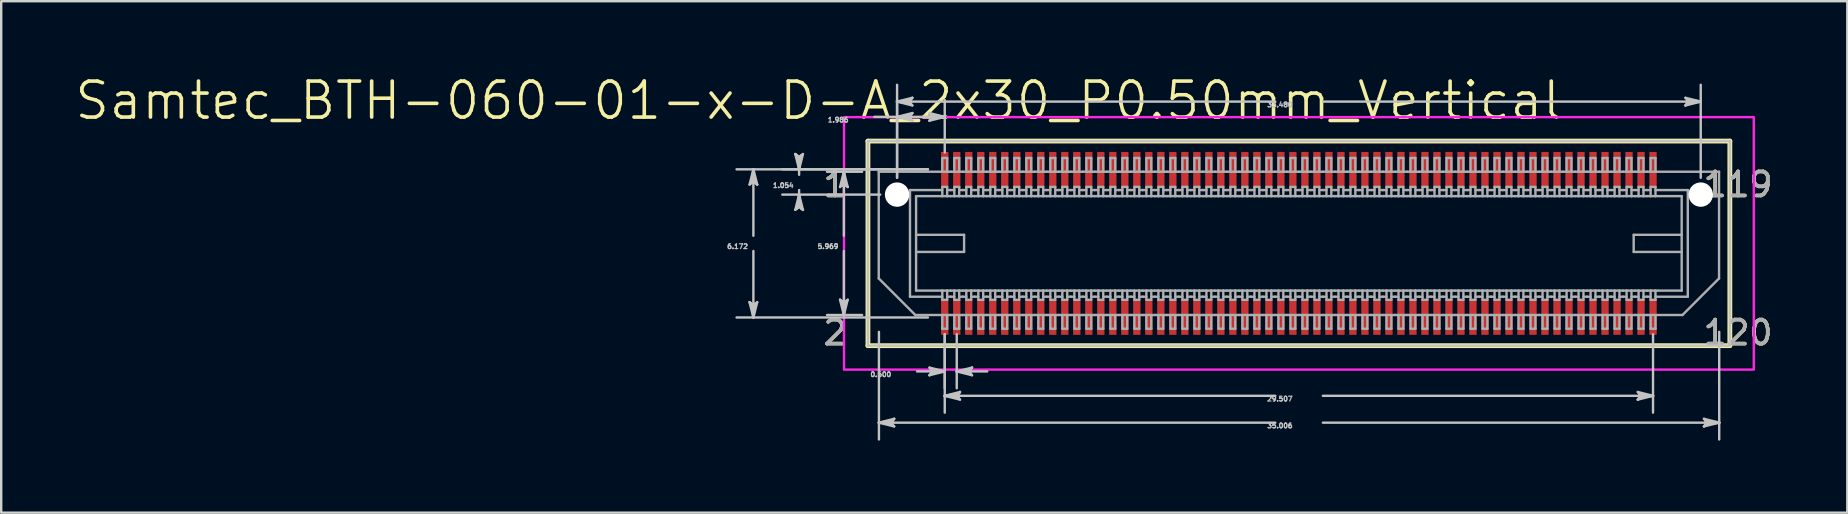
<source format=kicad_pcb>
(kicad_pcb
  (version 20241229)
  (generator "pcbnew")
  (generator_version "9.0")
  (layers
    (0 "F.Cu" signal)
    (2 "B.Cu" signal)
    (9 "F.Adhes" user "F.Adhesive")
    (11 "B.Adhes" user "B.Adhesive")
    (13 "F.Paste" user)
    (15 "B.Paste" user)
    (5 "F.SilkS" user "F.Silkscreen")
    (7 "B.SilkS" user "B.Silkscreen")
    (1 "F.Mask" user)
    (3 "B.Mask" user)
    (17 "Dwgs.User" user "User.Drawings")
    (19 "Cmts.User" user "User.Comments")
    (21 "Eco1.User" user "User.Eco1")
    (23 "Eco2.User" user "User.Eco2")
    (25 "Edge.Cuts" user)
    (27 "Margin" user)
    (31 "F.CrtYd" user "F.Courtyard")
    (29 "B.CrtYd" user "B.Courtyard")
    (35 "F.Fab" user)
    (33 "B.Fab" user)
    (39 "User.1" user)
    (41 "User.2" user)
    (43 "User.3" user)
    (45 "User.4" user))
  (footprint "Samtec_BTH-060-01-x-D-A_2x30_P0.50mm_Vertical"
    (layer "F.Cu")
    (at 51.069 7.089)
    (property "Reference" "Samtec_BTH-060-01-x-D-A_2x30_P0.50mm_Vertical" (at -20.029 -5.949 0) (layer "F.SilkS") (effects (font (size 1.5 1.5) (thickness 0.15))))
    (attr through_hole)
    (fp_circle (center -16.747 -2.032) (end -16.188 -2.032) (stroke (width 0.1) (type solid)) (fill no) (layer "F.Mask"))
    (fp_circle (center 16.733 -2.032) (end 17.292 -2.032) (stroke (width 0.1) (type solid)) (fill no) (layer "F.Mask"))
    (fp_poly (pts (xy -14.965 -3.861) (xy -14.558 -3.861) (xy -14.558 -2.311) (xy -14.965 -2.311)) (stroke (width 0.01) (type solid)) (fill yes) (layer "F.Mask"))
    (fp_poly (pts (xy -14.965 2.311) (xy -14.558 2.311) (xy -14.558 3.861) (xy -14.965 3.861)) (stroke (width 0.01) (type solid)) (fill yes) (layer "F.Mask"))
    (fp_poly (pts (xy -14.465 -3.861) (xy -14.058 -3.861) (xy -14.058 -2.311) (xy -14.465 -2.311)) (stroke (width 0.01) (type solid)) (fill yes) (layer "F.Mask"))
    (fp_poly (pts (xy -14.465 2.311) (xy -14.058 2.311) (xy -14.058 3.861) (xy -14.465 3.861)) (stroke (width 0.01) (type solid)) (fill yes) (layer "F.Mask"))
    (fp_poly (pts (xy -13.965 -3.861) (xy -13.558 -3.861) (xy -13.558 -2.311) (xy -13.965 -2.311)) (stroke (width 0.01) (type solid)) (fill yes) (layer "F.Mask"))
    (fp_poly (pts (xy -13.965 2.311) (xy -13.558 2.311) (xy -13.558 3.861) (xy -13.965 3.861)) (stroke (width 0.01) (type solid)) (fill yes) (layer "F.Mask"))
    (fp_poly (pts (xy -13.465 -3.861) (xy -13.058 -3.861) (xy -13.058 -2.311) (xy -13.465 -2.311)) (stroke (width 0.01) (type solid)) (fill yes) (layer "F.Mask"))
    (fp_poly (pts (xy -13.465 2.311) (xy -13.058 2.311) (xy -13.058 3.861) (xy -13.465 3.861)) (stroke (width 0.01) (type solid)) (fill yes) (layer "F.Mask"))
    (fp_poly (pts (xy -12.965 -3.861) (xy -12.558 -3.861) (xy -12.558 -2.311) (xy -12.965 -2.311)) (stroke (width 0.01) (type solid)) (fill yes) (layer "F.Mask"))
    (fp_poly (pts (xy -12.965 2.311) (xy -12.558 2.311) (xy -12.558 3.861) (xy -12.965 3.861)) (stroke (width 0.01) (type solid)) (fill yes) (layer "F.Mask"))
    (fp_poly (pts (xy -12.465 -3.861) (xy -12.058 -3.861) (xy -12.058 -2.311) (xy -12.465 -2.311)) (stroke (width 0.01) (type solid)) (fill yes) (layer "F.Mask"))
    (fp_poly (pts (xy -12.465 2.311) (xy -12.058 2.311) (xy -12.058 3.861) (xy -12.465 3.861)) (stroke (width 0.01) (type solid)) (fill yes) (layer "F.Mask"))
    (fp_poly (pts (xy -11.964 -3.861) (xy -11.557 -3.861) (xy -11.557 -2.311) (xy -11.964 -2.311)) (stroke (width 0.01) (type solid)) (fill yes) (layer "F.Mask"))
    (fp_poly (pts (xy -11.964 2.311) (xy -11.557 2.311) (xy -11.557 3.861) (xy -11.964 3.861)) (stroke (width 0.01) (type solid)) (fill yes) (layer "F.Mask"))
    (fp_poly (pts (xy -11.464 -3.861) (xy -11.057 -3.861) (xy -11.057 -2.311) (xy -11.464 -2.311)) (stroke (width 0.01) (type solid)) (fill yes) (layer "F.Mask"))
    (fp_poly (pts (xy -11.464 2.311) (xy -11.057 2.311) (xy -11.057 3.861) (xy -11.464 3.861)) (stroke (width 0.01) (type solid)) (fill yes) (layer "F.Mask"))
    (fp_poly (pts (xy -10.964 -3.861) (xy -10.557 -3.861) (xy -10.557 -2.311) (xy -10.964 -2.311)) (stroke (width 0.01) (type solid)) (fill yes) (layer "F.Mask"))
    (fp_poly (pts (xy -10.964 2.311) (xy -10.557 2.311) (xy -10.557 3.861) (xy -10.964 3.861)) (stroke (width 0.01) (type solid)) (fill yes) (layer "F.Mask"))
    (fp_poly (pts (xy -10.464 -3.861) (xy -10.057 -3.861) (xy -10.057 -2.311) (xy -10.464 -2.311)) (stroke (width 0.01) (type solid)) (fill yes) (layer "F.Mask"))
    (fp_poly (pts (xy -10.464 2.311) (xy -10.057 2.311) (xy -10.057 3.861) (xy -10.464 3.861)) (stroke (width 0.01) (type solid)) (fill yes) (layer "F.Mask"))
    (fp_poly (pts (xy -9.964 -3.861) (xy -9.557 -3.861) (xy -9.557 -2.311) (xy -9.964 -2.311)) (stroke (width 0.01) (type solid)) (fill yes) (layer "F.Mask"))
    (fp_poly (pts (xy -9.964 2.311) (xy -9.557 2.311) (xy -9.557 3.861) (xy -9.964 3.861)) (stroke (width 0.01) (type solid)) (fill yes) (layer "F.Mask"))
    (fp_poly (pts (xy -9.464 -3.861) (xy -9.057 -3.861) (xy -9.057 -2.311) (xy -9.464 -2.311)) (stroke (width 0.01) (type solid)) (fill yes) (layer "F.Mask"))
    (fp_poly (pts (xy -9.464 2.311) (xy -9.057 2.311) (xy -9.057 3.861) (xy -9.464 3.861)) (stroke (width 0.01) (type solid)) (fill yes) (layer "F.Mask"))
    (fp_poly (pts (xy -8.964 -3.861) (xy -8.557 -3.861) (xy -8.557 -2.311) (xy -8.964 -2.311)) (stroke (width 0.01) (type solid)) (fill yes) (layer "F.Mask"))
    (fp_poly (pts (xy -8.964 2.311) (xy -8.557 2.311) (xy -8.557 3.861) (xy -8.964 3.861)) (stroke (width 0.01) (type solid)) (fill yes) (layer "F.Mask"))
    (fp_poly (pts (xy -8.464 -3.861) (xy -8.057 -3.861) (xy -8.057 -2.311) (xy -8.464 -2.311)) (stroke (width 0.01) (type solid)) (fill yes) (layer "F.Mask"))
    (fp_poly (pts (xy -8.464 2.311) (xy -8.057 2.311) (xy -8.057 3.861) (xy -8.464 3.861)) (stroke (width 0.01) (type solid)) (fill yes) (layer "F.Mask"))
    (fp_poly (pts (xy -7.963 -3.861) (xy -7.556 -3.861) (xy -7.556 -2.311) (xy -7.963 -2.311)) (stroke (width 0.01) (type solid)) (fill yes) (layer "F.Mask"))
    (fp_poly (pts (xy -7.963 2.311) (xy -7.556 2.311) (xy -7.556 3.861) (xy -7.963 3.861)) (stroke (width 0.01) (type solid)) (fill yes) (layer "F.Mask"))
    (fp_poly (pts (xy -7.463 -3.861) (xy -7.056 -3.861) (xy -7.056 -2.311) (xy -7.463 -2.311)) (stroke (width 0.01) (type solid)) (fill yes) (layer "F.Mask"))
    (fp_poly (pts (xy -7.463 2.311) (xy -7.056 2.311) (xy -7.056 3.861) (xy -7.463 3.861)) (stroke (width 0.01) (type solid)) (fill yes) (layer "F.Mask"))
    (fp_poly (pts (xy -6.963 -3.861) (xy -6.556 -3.861) (xy -6.556 -2.311) (xy -6.963 -2.311)) (stroke (width 0.01) (type solid)) (fill yes) (layer "F.Mask"))
    (fp_poly (pts (xy -6.963 2.311) (xy -6.556 2.311) (xy -6.556 3.861) (xy -6.963 3.861)) (stroke (width 0.01) (type solid)) (fill yes) (layer "F.Mask"))
    (fp_poly (pts (xy -6.463 -3.861) (xy -6.056 -3.861) (xy -6.056 -2.311) (xy -6.463 -2.311)) (stroke (width 0.01) (type solid)) (fill yes) (layer "F.Mask"))
    (fp_poly (pts (xy -6.463 2.311) (xy -6.056 2.311) (xy -6.056 3.861) (xy -6.463 3.861)) (stroke (width 0.01) (type solid)) (fill yes) (layer "F.Mask"))
    (fp_poly (pts (xy -5.963 -3.861) (xy -5.556 -3.861) (xy -5.556 -2.311) (xy -5.963 -2.311)) (stroke (width 0.01) (type solid)) (fill yes) (layer "F.Mask"))
    (fp_poly (pts (xy -5.963 2.311) (xy -5.556 2.311) (xy -5.556 3.861) (xy -5.963 3.861)) (stroke (width 0.01) (type solid)) (fill yes) (layer "F.Mask"))
    (fp_poly (pts (xy -5.463 -3.861) (xy -5.056 -3.861) (xy -5.056 -2.311) (xy -5.463 -2.311)) (stroke (width 0.01) (type solid)) (fill yes) (layer "F.Mask"))
    (fp_poly (pts (xy -5.463 2.311) (xy -5.056 2.311) (xy -5.056 3.861) (xy -5.463 3.861)) (stroke (width 0.01) (type solid)) (fill yes) (layer "F.Mask"))
    (fp_poly (pts (xy -4.963 -3.861) (xy -4.556 -3.861) (xy -4.556 -2.311) (xy -4.963 -2.311)) (stroke (width 0.01) (type solid)) (fill yes) (layer "F.Mask"))
    (fp_poly (pts (xy -4.963 2.311) (xy -4.556 2.311) (xy -4.556 3.861) (xy -4.963 3.861)) (stroke (width 0.01) (type solid)) (fill yes) (layer "F.Mask"))
    (fp_poly (pts (xy -4.463 -3.861) (xy -4.056 -3.861) (xy -4.056 -2.311) (xy -4.463 -2.311)) (stroke (width 0.01) (type solid)) (fill yes) (layer "F.Mask"))
    (fp_poly (pts (xy -4.463 2.311) (xy -4.056 2.311) (xy -4.056 3.861) (xy -4.463 3.861)) (stroke (width 0.01) (type solid)) (fill yes) (layer "F.Mask"))
    (fp_poly (pts (xy -3.962 -3.861) (xy -3.555 -3.861) (xy -3.555 -2.311) (xy -3.962 -2.311)) (stroke (width 0.01) (type solid)) (fill yes) (layer "F.Mask"))
    (fp_poly (pts (xy -3.962 2.311) (xy -3.555 2.311) (xy -3.555 3.861) (xy -3.962 3.861)) (stroke (width 0.01) (type solid)) (fill yes) (layer "F.Mask"))
    (fp_poly (pts (xy -3.462 -3.861) (xy -3.055 -3.861) (xy -3.055 -2.311) (xy -3.462 -2.311)) (stroke (width 0.01) (type solid)) (fill yes) (layer "F.Mask"))
    (fp_poly (pts (xy -3.462 2.311) (xy -3.055 2.311) (xy -3.055 3.861) (xy -3.462 3.861)) (stroke (width 0.01) (type solid)) (fill yes) (layer "F.Mask"))
    (fp_poly (pts (xy -2.962 -3.861) (xy -2.555 -3.861) (xy -2.555 -2.311) (xy -2.962 -2.311)) (stroke (width 0.01) (type solid)) (fill yes) (layer "F.Mask"))
    (fp_poly (pts (xy -2.962 2.311) (xy -2.555 2.311) (xy -2.555 3.861) (xy -2.962 3.861)) (stroke (width 0.01) (type solid)) (fill yes) (layer "F.Mask"))
    (fp_poly (pts (xy -2.462 -3.861) (xy -2.055 -3.861) (xy -2.055 -2.311) (xy -2.462 -2.311)) (stroke (width 0.01) (type solid)) (fill yes) (layer "F.Mask"))
    (fp_poly (pts (xy -2.462 2.311) (xy -2.055 2.311) (xy -2.055 3.861) (xy -2.462 3.861)) (stroke (width 0.01) (type solid)) (fill yes) (layer "F.Mask"))
    (fp_poly (pts (xy -1.962 -3.861) (xy -1.555 -3.861) (xy -1.555 -2.311) (xy -1.962 -2.311)) (stroke (width 0.01) (type solid)) (fill yes) (layer "F.Mask"))
    (fp_poly (pts (xy -1.962 2.311) (xy -1.555 2.311) (xy -1.555 3.861) (xy -1.962 3.861)) (stroke (width 0.01) (type solid)) (fill yes) (layer "F.Mask"))
    (fp_poly (pts (xy -1.462 -3.861) (xy -1.055 -3.861) (xy -1.055 -2.311) (xy -1.462 -2.311)) (stroke (width 0.01) (type solid)) (fill yes) (layer "F.Mask"))
    (fp_poly (pts (xy -1.462 2.311) (xy -1.055 2.311) (xy -1.055 3.861) (xy -1.462 3.861)) (stroke (width 0.01) (type solid)) (fill yes) (layer "F.Mask"))
    (fp_poly (pts (xy -0.962 -3.861) (xy -0.555 -3.861) (xy -0.555 -2.311) (xy -0.962 -2.311)) (stroke (width 0.01) (type solid)) (fill yes) (layer "F.Mask"))
    (fp_poly (pts (xy -0.962 2.311) (xy -0.555 2.311) (xy -0.555 3.861) (xy -0.962 3.861)) (stroke (width 0.01) (type solid)) (fill yes) (layer "F.Mask"))
    (fp_poly (pts (xy -0.462 -3.861) (xy -0.055 -3.861) (xy -0.055 -2.311) (xy -0.462 -2.311)) (stroke (width 0.01) (type solid)) (fill yes) (layer "F.Mask"))
    (fp_poly (pts (xy -0.462 2.311) (xy -0.055 2.311) (xy -0.055 3.861) (xy -0.462 3.861)) (stroke (width 0.01) (type solid)) (fill yes) (layer "F.Mask"))
    (fp_poly (pts (xy 0.039 -3.861) (xy 0.446 -3.861) (xy 0.446 -2.311) (xy 0.039 -2.311)) (stroke (width 0.01) (type solid)) (fill yes) (layer "F.Mask"))
    (fp_poly (pts (xy 0.039 2.311) (xy 0.446 2.311) (xy 0.446 3.861) (xy 0.039 3.861)) (stroke (width 0.01) (type solid)) (fill yes) (layer "F.Mask"))
    (fp_poly (pts (xy 0.539 -3.861) (xy 0.946 -3.861) (xy 0.946 -2.311) (xy 0.539 -2.311)) (stroke (width 0.01) (type solid)) (fill yes) (layer "F.Mask"))
    (fp_poly (pts (xy 0.539 2.311) (xy 0.946 2.311) (xy 0.946 3.861) (xy 0.539 3.861)) (stroke (width 0.01) (type solid)) (fill yes) (layer "F.Mask"))
    (fp_poly (pts (xy 1.039 -3.861) (xy 1.446 -3.861) (xy 1.446 -2.311) (xy 1.039 -2.311)) (stroke (width 0.01) (type solid)) (fill yes) (layer "F.Mask"))
    (fp_poly (pts (xy 1.039 2.311) (xy 1.446 2.311) (xy 1.446 3.861) (xy 1.039 3.861)) (stroke (width 0.01) (type solid)) (fill yes) (layer "F.Mask"))
    (fp_poly (pts (xy 1.539 -3.861) (xy 1.946 -3.861) (xy 1.946 -2.311) (xy 1.539 -2.311)) (stroke (width 0.01) (type solid)) (fill yes) (layer "F.Mask"))
    (fp_poly (pts (xy 1.539 2.311) (xy 1.946 2.311) (xy 1.946 3.861) (xy 1.539 3.861)) (stroke (width 0.01) (type solid)) (fill yes) (layer "F.Mask"))
    (fp_poly (pts (xy 2.039 -3.861) (xy 2.446 -3.861) (xy 2.446 -2.311) (xy 2.039 -2.311)) (stroke (width 0.01) (type solid)) (fill yes) (layer "F.Mask"))
    (fp_poly (pts (xy 2.039 2.311) (xy 2.446 2.311) (xy 2.446 3.861) (xy 2.039 3.861)) (stroke (width 0.01) (type solid)) (fill yes) (layer "F.Mask"))
    (fp_poly (pts (xy 2.539 -3.861) (xy 2.946 -3.861) (xy 2.946 -2.311) (xy 2.539 -2.311)) (stroke (width 0.01) (type solid)) (fill yes) (layer "F.Mask"))
    (fp_poly (pts (xy 2.539 2.311) (xy 2.946 2.311) (xy 2.946 3.861) (xy 2.539 3.861)) (stroke (width 0.01) (type solid)) (fill yes) (layer "F.Mask"))
    (fp_poly (pts (xy 3.039 -3.861) (xy 3.446 -3.861) (xy 3.446 -2.311) (xy 3.039 -2.311)) (stroke (width 0.01) (type solid)) (fill yes) (layer "F.Mask"))
    (fp_poly (pts (xy 3.039 2.311) (xy 3.446 2.311) (xy 3.446 3.861) (xy 3.039 3.861)) (stroke (width 0.01) (type solid)) (fill yes) (layer "F.Mask"))
    (fp_poly (pts (xy 3.539 -3.861) (xy 3.946 -3.861) (xy 3.946 -2.311) (xy 3.539 -2.311)) (stroke (width 0.01) (type solid)) (fill yes) (layer "F.Mask"))
    (fp_poly (pts (xy 3.539 2.311) (xy 3.946 2.311) (xy 3.946 3.861) (xy 3.539 3.861)) (stroke (width 0.01) (type solid)) (fill yes) (layer "F.Mask"))
    (fp_poly (pts (xy 4.04 -3.861) (xy 4.447 -3.861) (xy 4.447 -2.311) (xy 4.04 -2.311)) (stroke (width 0.01) (type solid)) (fill yes) (layer "F.Mask"))
    (fp_poly (pts (xy 4.04 2.311) (xy 4.447 2.311) (xy 4.447 3.861) (xy 4.04 3.861)) (stroke (width 0.01) (type solid)) (fill yes) (layer "F.Mask"))
    (fp_poly (pts (xy 4.54 -3.861) (xy 4.947 -3.861) (xy 4.947 -2.311) (xy 4.54 -2.311)) (stroke (width 0.01) (type solid)) (fill yes) (layer "F.Mask"))
    (fp_poly (pts (xy 4.54 2.311) (xy 4.947 2.311) (xy 4.947 3.861) (xy 4.54 3.861)) (stroke (width 0.01) (type solid)) (fill yes) (layer "F.Mask"))
    (fp_poly (pts (xy 5.04 -3.861) (xy 5.447 -3.861) (xy 5.447 -2.311) (xy 5.04 -2.311)) (stroke (width 0.01) (type solid)) (fill yes) (layer "F.Mask"))
    (fp_poly (pts (xy 5.04 2.311) (xy 5.447 2.311) (xy 5.447 3.861) (xy 5.04 3.861)) (stroke (width 0.01) (type solid)) (fill yes) (layer "F.Mask"))
    (fp_poly (pts (xy 5.54 -3.861) (xy 5.947 -3.861) (xy 5.947 -2.311) (xy 5.54 -2.311)) (stroke (width 0.01) (type solid)) (fill yes) (layer "F.Mask"))
    (fp_poly (pts (xy 5.54 2.311) (xy 5.947 2.311) (xy 5.947 3.861) (xy 5.54 3.861)) (stroke (width 0.01) (type solid)) (fill yes) (layer "F.Mask"))
    (fp_poly (pts (xy 6.04 -3.861) (xy 6.447 -3.861) (xy 6.447 -2.311) (xy 6.04 -2.311)) (stroke (width 0.01) (type solid)) (fill yes) (layer "F.Mask"))
    (fp_poly (pts (xy 6.04 2.311) (xy 6.447 2.311) (xy 6.447 3.861) (xy 6.04 3.861)) (stroke (width 0.01) (type solid)) (fill yes) (layer "F.Mask"))
    (fp_poly (pts (xy 6.54 -3.861) (xy 6.947 -3.861) (xy 6.947 -2.311) (xy 6.54 -2.311)) (stroke (width 0.01) (type solid)) (fill yes) (layer "F.Mask"))
    (fp_poly (pts (xy 6.54 2.311) (xy 6.947 2.311) (xy 6.947 3.861) (xy 6.54 3.861)) (stroke (width 0.01) (type solid)) (fill yes) (layer "F.Mask"))
    (fp_poly (pts (xy 7.04 -3.861) (xy 7.447 -3.861) (xy 7.447 -2.311) (xy 7.04 -2.311)) (stroke (width 0.01) (type solid)) (fill yes) (layer "F.Mask"))
    (fp_poly (pts (xy 7.04 2.311) (xy 7.447 2.311) (xy 7.447 3.861) (xy 7.04 3.861)) (stroke (width 0.01) (type solid)) (fill yes) (layer "F.Mask"))
    (fp_poly (pts (xy 7.54 -3.861) (xy 7.947 -3.861) (xy 7.947 -2.311) (xy 7.54 -2.311)) (stroke (width 0.01) (type solid)) (fill yes) (layer "F.Mask"))
    (fp_poly (pts (xy 7.54 2.311) (xy 7.947 2.311) (xy 7.947 3.861) (xy 7.54 3.861)) (stroke (width 0.01) (type solid)) (fill yes) (layer "F.Mask"))
    (fp_poly (pts (xy 8.041 -3.861) (xy 8.448 -3.861) (xy 8.448 -2.311) (xy 8.041 -2.311)) (stroke (width 0.01) (type solid)) (fill yes) (layer "F.Mask"))
    (fp_poly (pts (xy 8.041 2.311) (xy 8.448 2.311) (xy 8.448 3.861) (xy 8.041 3.861)) (stroke (width 0.01) (type solid)) (fill yes) (layer "F.Mask"))
    (fp_poly (pts (xy 8.541 -3.861) (xy 8.948 -3.861) (xy 8.948 -2.311) (xy 8.541 -2.311)) (stroke (width 0.01) (type solid)) (fill yes) (layer "F.Mask"))
    (fp_poly (pts (xy 8.541 2.311) (xy 8.948 2.311) (xy 8.948 3.861) (xy 8.541 3.861)) (stroke (width 0.01) (type solid)) (fill yes) (layer "F.Mask"))
    (fp_poly (pts (xy 9.041 -3.861) (xy 9.448 -3.861) (xy 9.448 -2.311) (xy 9.041 -2.311)) (stroke (width 0.01) (type solid)) (fill yes) (layer "F.Mask"))
    (fp_poly (pts (xy 9.041 2.311) (xy 9.448 2.311) (xy 9.448 3.861) (xy 9.041 3.861)) (stroke (width 0.01) (type solid)) (fill yes) (layer "F.Mask"))
    (fp_poly (pts (xy 9.541 -3.861) (xy 9.948 -3.861) (xy 9.948 -2.311) (xy 9.541 -2.311)) (stroke (width 0.01) (type solid)) (fill yes) (layer "F.Mask"))
    (fp_poly (pts (xy 9.541 2.311) (xy 9.948 2.311) (xy 9.948 3.861) (xy 9.541 3.861)) (stroke (width 0.01) (type solid)) (fill yes) (layer "F.Mask"))
    (fp_poly (pts (xy 10.041 -3.861) (xy 10.448 -3.861) (xy 10.448 -2.311) (xy 10.041 -2.311)) (stroke (width 0.01) (type solid)) (fill yes) (layer "F.Mask"))
    (fp_poly (pts (xy 10.041 2.311) (xy 10.448 2.311) (xy 10.448 3.861) (xy 10.041 3.861)) (stroke (width 0.01) (type solid)) (fill yes) (layer "F.Mask"))
    (fp_poly (pts (xy 10.541 -3.861) (xy 10.948 -3.861) (xy 10.948 -2.311) (xy 10.541 -2.311)) (stroke (width 0.01) (type solid)) (fill yes) (layer "F.Mask"))
    (fp_poly (pts (xy 10.541 2.311) (xy 10.948 2.311) (xy 10.948 3.861) (xy 10.541 3.861)) (stroke (width 0.01) (type solid)) (fill yes) (layer "F.Mask"))
    (fp_poly (pts (xy 11.041 -3.861) (xy 11.448 -3.861) (xy 11.448 -2.311) (xy 11.041 -2.311)) (stroke (width 0.01) (type solid)) (fill yes) (layer "F.Mask"))
    (fp_poly (pts (xy 11.041 2.311) (xy 11.448 2.311) (xy 11.448 3.861) (xy 11.041 3.861)) (stroke (width 0.01) (type solid)) (fill yes) (layer "F.Mask"))
    (fp_poly (pts (xy 11.541 -3.861) (xy 11.948 -3.861) (xy 11.948 -2.311) (xy 11.541 -2.311)) (stroke (width 0.01) (type solid)) (fill yes) (layer "F.Mask"))
    (fp_poly (pts (xy 11.541 2.311) (xy 11.948 2.311) (xy 11.948 3.861) (xy 11.541 3.861)) (stroke (width 0.01) (type solid)) (fill yes) (layer "F.Mask"))
    (fp_poly (pts (xy 12.042 -3.861) (xy 12.449 -3.861) (xy 12.449 -2.311) (xy 12.042 -2.311)) (stroke (width 0.01) (type solid)) (fill yes) (layer "F.Mask"))
    (fp_poly (pts (xy 12.042 2.311) (xy 12.449 2.311) (xy 12.449 3.861) (xy 12.042 3.861)) (stroke (width 0.01) (type solid)) (fill yes) (layer "F.Mask"))
    (fp_poly (pts (xy 12.542 -3.861) (xy 12.949 -3.861) (xy 12.949 -2.311) (xy 12.542 -2.311)) (stroke (width 0.01) (type solid)) (fill yes) (layer "F.Mask"))
    (fp_poly (pts (xy 12.542 2.311) (xy 12.949 2.311) (xy 12.949 3.861) (xy 12.542 3.861)) (stroke (width 0.01) (type solid)) (fill yes) (layer "F.Mask"))
    (fp_poly (pts (xy 13.042 -3.861) (xy 13.449 -3.861) (xy 13.449 -2.311) (xy 13.042 -2.311)) (stroke (width 0.01) (type solid)) (fill yes) (layer "F.Mask"))
    (fp_poly (pts (xy 13.042 2.311) (xy 13.449 2.311) (xy 13.449 3.861) (xy 13.042 3.861)) (stroke (width 0.01) (type solid)) (fill yes) (layer "F.Mask"))
    (fp_poly (pts (xy 13.542 -3.861) (xy 13.949 -3.861) (xy 13.949 -2.311) (xy 13.542 -2.311)) (stroke (width 0.01) (type solid)) (fill yes) (layer "F.Mask"))
    (fp_poly (pts (xy 13.542 2.311) (xy 13.949 2.311) (xy 13.949 3.861) (xy 13.542 3.861)) (stroke (width 0.01) (type solid)) (fill yes) (layer "F.Mask"))
    (fp_poly (pts (xy 14.042 -3.861) (xy 14.449 -3.861) (xy 14.449 -2.311) (xy 14.042 -2.311)) (stroke (width 0.01) (type solid)) (fill yes) (layer "F.Mask"))
    (fp_poly (pts (xy 14.042 2.311) (xy 14.449 2.311) (xy 14.449 3.861) (xy 14.042 3.861)) (stroke (width 0.01) (type solid)) (fill yes) (layer "F.Mask"))
    (fp_poly (pts (xy 14.542 -3.861) (xy 14.949 -3.861) (xy 14.949 -2.311) (xy 14.542 -2.311)) (stroke (width 0.01) (type solid)) (fill yes) (layer "F.Mask"))
    (fp_poly (pts (xy 14.542 2.311) (xy 14.949 2.311) (xy 14.949 3.861) (xy 14.542 3.861)) (stroke (width 0.01) (type solid)) (fill yes) (layer "F.Mask"))
    (fp_circle (center -16.747 -2.032) (end -16.188 -2.032) (stroke (width 0.1) (type solid)) (fill no) (layer "B.Mask"))
    (fp_circle (center 16.733 -2.032) (end 17.292 -2.032) (stroke (width 0.1) (type solid)) (fill no) (layer "B.Mask"))
    (fp_line (start -17.961 -4.261) (end -17.961 4.261) (stroke (width 0.2) (type solid)) (layer "F.SilkS"))
    (fp_line (start -17.961 4.261) (end 17.946 4.261) (stroke (width 0.2) (type solid)) (layer "F.SilkS"))
    (fp_line (start 17.946 -4.261) (end -17.961 -4.261) (stroke (width 0.2) (type solid)) (layer "F.SilkS"))
    (fp_line (start 17.946 4.261) (end 17.946 -4.261) (stroke (width 0.2) (type solid)) (layer "F.SilkS"))
    (fp_poly (pts (xy -14.914 -3.81) (xy -14.609 -3.81) (xy -14.609 -2.362) (xy -14.914 -2.362)) (stroke (width 0.01) (type solid)) (fill yes) (layer "F.Paste"))
    (fp_poly (pts (xy -14.914 2.362) (xy -14.609 2.362) (xy -14.609 3.81) (xy -14.914 3.81)) (stroke (width 0.01) (type solid)) (fill yes) (layer "F.Paste"))
    (fp_poly (pts (xy -14.414 -3.81) (xy -14.109 -3.81) (xy -14.109 -2.362) (xy -14.414 -2.362)) (stroke (width 0.01) (type solid)) (fill yes) (layer "F.Paste"))
    (fp_poly (pts (xy -14.414 2.362) (xy -14.109 2.362) (xy -14.109 3.81) (xy -14.414 3.81)) (stroke (width 0.01) (type solid)) (fill yes) (layer "F.Paste"))
    (fp_poly (pts (xy -13.914 -3.81) (xy -13.609 -3.81) (xy -13.609 -2.362) (xy -13.914 -2.362)) (stroke (width 0.01) (type solid)) (fill yes) (layer "F.Paste"))
    (fp_poly (pts (xy -13.914 2.362) (xy -13.609 2.362) (xy -13.609 3.81) (xy -13.914 3.81)) (stroke (width 0.01) (type solid)) (fill yes) (layer "F.Paste"))
    (fp_poly (pts (xy -13.414 -3.81) (xy -13.109 -3.81) (xy -13.109 -2.362) (xy -13.414 -2.362)) (stroke (width 0.01) (type solid)) (fill yes) (layer "F.Paste"))
    (fp_poly (pts (xy -13.414 2.362) (xy -13.109 2.362) (xy -13.109 3.81) (xy -13.414 3.81)) (stroke (width 0.01) (type solid)) (fill yes) (layer "F.Paste"))
    (fp_poly (pts (xy -12.914 -3.81) (xy -12.609 -3.81) (xy -12.609 -2.362) (xy -12.914 -2.362)) (stroke (width 0.01) (type solid)) (fill yes) (layer "F.Paste"))
    (fp_poly (pts (xy -12.914 2.362) (xy -12.609 2.362) (xy -12.609 3.81) (xy -12.914 3.81)) (stroke (width 0.01) (type solid)) (fill yes) (layer "F.Paste"))
    (fp_poly (pts (xy -12.414 -3.81) (xy -12.109 -3.81) (xy -12.109 -2.362) (xy -12.414 -2.362)) (stroke (width 0.01) (type solid)) (fill yes) (layer "F.Paste"))
    (fp_poly (pts (xy -12.414 2.362) (xy -12.109 2.362) (xy -12.109 3.81) (xy -12.414 3.81)) (stroke (width 0.01) (type solid)) (fill yes) (layer "F.Paste"))
    (fp_poly (pts (xy -11.913 -3.81) (xy -11.608 -3.81) (xy -11.608 -2.362) (xy -11.913 -2.362)) (stroke (width 0.01) (type solid)) (fill yes) (layer "F.Paste"))
    (fp_poly (pts (xy -11.913 2.362) (xy -11.608 2.362) (xy -11.608 3.81) (xy -11.913 3.81)) (stroke (width 0.01) (type solid)) (fill yes) (layer "F.Paste"))
    (fp_poly (pts (xy -11.413 -3.81) (xy -11.108 -3.81) (xy -11.108 -2.362) (xy -11.413 -2.362)) (stroke (width 0.01) (type solid)) (fill yes) (layer "F.Paste"))
    (fp_poly (pts (xy -11.413 2.362) (xy -11.108 2.362) (xy -11.108 3.81) (xy -11.413 3.81)) (stroke (width 0.01) (type solid)) (fill yes) (layer "F.Paste"))
    (fp_poly (pts (xy -10.913 -3.81) (xy -10.608 -3.81) (xy -10.608 -2.362) (xy -10.913 -2.362)) (stroke (width 0.01) (type solid)) (fill yes) (layer "F.Paste"))
    (fp_poly (pts (xy -10.913 2.362) (xy -10.608 2.362) (xy -10.608 3.81) (xy -10.913 3.81)) (stroke (width 0.01) (type solid)) (fill yes) (layer "F.Paste"))
    (fp_poly (pts (xy -10.413 -3.81) (xy -10.108 -3.81) (xy -10.108 -2.362) (xy -10.413 -2.362)) (stroke (width 0.01) (type solid)) (fill yes) (layer "F.Paste"))
    (fp_poly (pts (xy -10.413 2.362) (xy -10.108 2.362) (xy -10.108 3.81) (xy -10.413 3.81)) (stroke (width 0.01) (type solid)) (fill yes) (layer "F.Paste"))
    (fp_poly (pts (xy -9.913 -3.81) (xy -9.608 -3.81) (xy -9.608 -2.362) (xy -9.913 -2.362)) (stroke (width 0.01) (type solid)) (fill yes) (layer "F.Paste"))
    (fp_poly (pts (xy -9.913 2.362) (xy -9.608 2.362) (xy -9.608 3.81) (xy -9.913 3.81)) (stroke (width 0.01) (type solid)) (fill yes) (layer "F.Paste"))
    (fp_poly (pts (xy -9.413 -3.81) (xy -9.108 -3.81) (xy -9.108 -2.362) (xy -9.413 -2.362)) (stroke (width 0.01) (type solid)) (fill yes) (layer "F.Paste"))
    (fp_poly (pts (xy -9.413 2.362) (xy -9.108 2.362) (xy -9.108 3.81) (xy -9.413 3.81)) (stroke (width 0.01) (type solid)) (fill yes) (layer "F.Paste"))
    (fp_poly (pts (xy -8.913 -3.81) (xy -8.608 -3.81) (xy -8.608 -2.362) (xy -8.913 -2.362)) (stroke (width 0.01) (type solid)) (fill yes) (layer "F.Paste"))
    (fp_poly (pts (xy -8.913 2.362) (xy -8.608 2.362) (xy -8.608 3.81) (xy -8.913 3.81)) (stroke (width 0.01) (type solid)) (fill yes) (layer "F.Paste"))
    (fp_poly (pts (xy -8.413 -3.81) (xy -8.108 -3.81) (xy -8.108 -2.362) (xy -8.413 -2.362)) (stroke (width 0.01) (type solid)) (fill yes) (layer "F.Paste"))
    (fp_poly (pts (xy -8.413 2.362) (xy -8.108 2.362) (xy -8.108 3.81) (xy -8.413 3.81)) (stroke (width 0.01) (type solid)) (fill yes) (layer "F.Paste"))
    (fp_poly (pts (xy -7.912 -3.81) (xy -7.607 -3.81) (xy -7.607 -2.362) (xy -7.912 -2.362)) (stroke (width 0.01) (type solid)) (fill yes) (layer "F.Paste"))
    (fp_poly (pts (xy -7.912 2.362) (xy -7.607 2.362) (xy -7.607 3.81) (xy -7.912 3.81)) (stroke (width 0.01) (type solid)) (fill yes) (layer "F.Paste"))
    (fp_poly (pts (xy -7.412 -3.81) (xy -7.107 -3.81) (xy -7.107 -2.362) (xy -7.412 -2.362)) (stroke (width 0.01) (type solid)) (fill yes) (layer "F.Paste"))
    (fp_poly (pts (xy -7.412 2.362) (xy -7.107 2.362) (xy -7.107 3.81) (xy -7.412 3.81)) (stroke (width 0.01) (type solid)) (fill yes) (layer "F.Paste"))
    (fp_poly (pts (xy -6.912 -3.81) (xy -6.607 -3.81) (xy -6.607 -2.362) (xy -6.912 -2.362)) (stroke (width 0.01) (type solid)) (fill yes) (layer "F.Paste"))
    (fp_poly (pts (xy -6.912 2.362) (xy -6.607 2.362) (xy -6.607 3.81) (xy -6.912 3.81)) (stroke (width 0.01) (type solid)) (fill yes) (layer "F.Paste"))
    (fp_poly (pts (xy -6.412 -3.81) (xy -6.107 -3.81) (xy -6.107 -2.362) (xy -6.412 -2.362)) (stroke (width 0.01) (type solid)) (fill yes) (layer "F.Paste"))
    (fp_poly (pts (xy -6.412 2.362) (xy -6.107 2.362) (xy -6.107 3.81) (xy -6.412 3.81)) (stroke (width 0.01) (type solid)) (fill yes) (layer "F.Paste"))
    (fp_poly (pts (xy -5.912 -3.81) (xy -5.607 -3.81) (xy -5.607 -2.362) (xy -5.912 -2.362)) (stroke (width 0.01) (type solid)) (fill yes) (layer "F.Paste"))
    (fp_poly (pts (xy -5.912 2.362) (xy -5.607 2.362) (xy -5.607 3.81) (xy -5.912 3.81)) (stroke (width 0.01) (type solid)) (fill yes) (layer "F.Paste"))
    (fp_poly (pts (xy -5.412 -3.81) (xy -5.107 -3.81) (xy -5.107 -2.362) (xy -5.412 -2.362)) (stroke (width 0.01) (type solid)) (fill yes) (layer "F.Paste"))
    (fp_poly (pts (xy -5.412 2.362) (xy -5.107 2.362) (xy -5.107 3.81) (xy -5.412 3.81)) (stroke (width 0.01) (type solid)) (fill yes) (layer "F.Paste"))
    (fp_poly (pts (xy -4.912 -3.81) (xy -4.607 -3.81) (xy -4.607 -2.362) (xy -4.912 -2.362)) (stroke (width 0.01) (type solid)) (fill yes) (layer "F.Paste"))
    (fp_poly (pts (xy -4.912 2.362) (xy -4.607 2.362) (xy -4.607 3.81) (xy -4.912 3.81)) (stroke (width 0.01) (type solid)) (fill yes) (layer "F.Paste"))
    (fp_poly (pts (xy -4.412 -3.81) (xy -4.107 -3.81) (xy -4.107 -2.362) (xy -4.412 -2.362)) (stroke (width 0.01) (type solid)) (fill yes) (layer "F.Paste"))
    (fp_poly (pts (xy -4.412 2.362) (xy -4.107 2.362) (xy -4.107 3.81) (xy -4.412 3.81)) (stroke (width 0.01) (type solid)) (fill yes) (layer "F.Paste"))
    (fp_poly (pts (xy -3.911 -3.81) (xy -3.606 -3.81) (xy -3.606 -2.362) (xy -3.911 -2.362)) (stroke (width 0.01) (type solid)) (fill yes) (layer "F.Paste"))
    (fp_poly (pts (xy -3.911 2.362) (xy -3.606 2.362) (xy -3.606 3.81) (xy -3.911 3.81)) (stroke (width 0.01) (type solid)) (fill yes) (layer "F.Paste"))
    (fp_poly (pts (xy -3.411 -3.81) (xy -3.106 -3.81) (xy -3.106 -2.362) (xy -3.411 -2.362)) (stroke (width 0.01) (type solid)) (fill yes) (layer "F.Paste"))
    (fp_poly (pts (xy -3.411 2.362) (xy -3.106 2.362) (xy -3.106 3.81) (xy -3.411 3.81)) (stroke (width 0.01) (type solid)) (fill yes) (layer "F.Paste"))
    (fp_poly (pts (xy -2.911 -3.81) (xy -2.606 -3.81) (xy -2.606 -2.362) (xy -2.911 -2.362)) (stroke (width 0.01) (type solid)) (fill yes) (layer "F.Paste"))
    (fp_poly (pts (xy -2.911 2.362) (xy -2.606 2.362) (xy -2.606 3.81) (xy -2.911 3.81)) (stroke (width 0.01) (type solid)) (fill yes) (layer "F.Paste"))
    (fp_poly (pts (xy -2.411 -3.81) (xy -2.106 -3.81) (xy -2.106 -2.362) (xy -2.411 -2.362)) (stroke (width 0.01) (type solid)) (fill yes) (layer "F.Paste"))
    (fp_poly (pts (xy -2.411 2.362) (xy -2.106 2.362) (xy -2.106 3.81) (xy -2.411 3.81)) (stroke (width 0.01) (type solid)) (fill yes) (layer "F.Paste"))
    (fp_poly (pts (xy -1.911 -3.81) (xy -1.606 -3.81) (xy -1.606 -2.362) (xy -1.911 -2.362)) (stroke (width 0.01) (type solid)) (fill yes) (layer "F.Paste"))
    (fp_poly (pts (xy -1.911 2.362) (xy -1.606 2.362) (xy -1.606 3.81) (xy -1.911 3.81)) (stroke (width 0.01) (type solid)) (fill yes) (layer "F.Paste"))
    (fp_poly (pts (xy -1.411 -3.81) (xy -1.106 -3.81) (xy -1.106 -2.362) (xy -1.411 -2.362)) (stroke (width 0.01) (type solid)) (fill yes) (layer "F.Paste"))
    (fp_poly (pts (xy -1.411 2.362) (xy -1.106 2.362) (xy -1.106 3.81) (xy -1.411 3.81)) (stroke (width 0.01) (type solid)) (fill yes) (layer "F.Paste"))
    (fp_poly (pts (xy -0.911 -3.81) (xy -0.606 -3.81) (xy -0.606 -2.362) (xy -0.911 -2.362)) (stroke (width 0.01) (type solid)) (fill yes) (layer "F.Paste"))
    (fp_poly (pts (xy -0.911 2.362) (xy -0.606 2.362) (xy -0.606 3.81) (xy -0.911 3.81)) (stroke (width 0.01) (type solid)) (fill yes) (layer "F.Paste"))
    (fp_poly (pts (xy -0.411 -3.81) (xy -0.106 -3.81) (xy -0.106 -2.362) (xy -0.411 -2.362)) (stroke (width 0.01) (type solid)) (fill yes) (layer "F.Paste"))
    (fp_poly (pts (xy -0.411 2.362) (xy -0.106 2.362) (xy -0.106 3.81) (xy -0.411 3.81)) (stroke (width 0.01) (type solid)) (fill yes) (layer "F.Paste"))
    (fp_poly (pts (xy 0.09 -3.81) (xy 0.395 -3.81) (xy 0.395 -2.362) (xy 0.09 -2.362)) (stroke (width 0.01) (type solid)) (fill yes) (layer "F.Paste"))
    (fp_poly (pts (xy 0.09 2.362) (xy 0.395 2.362) (xy 0.395 3.81) (xy 0.09 3.81)) (stroke (width 0.01) (type solid)) (fill yes) (layer "F.Paste"))
    (fp_poly (pts (xy 0.59 -3.81) (xy 0.895 -3.81) (xy 0.895 -2.362) (xy 0.59 -2.362)) (stroke (width 0.01) (type solid)) (fill yes) (layer "F.Paste"))
    (fp_poly (pts (xy 0.59 2.362) (xy 0.895 2.362) (xy 0.895 3.81) (xy 0.59 3.81)) (stroke (width 0.01) (type solid)) (fill yes) (layer "F.Paste"))
    (fp_poly (pts (xy 1.09 -3.81) (xy 1.395 -3.81) (xy 1.395 -2.362) (xy 1.09 -2.362)) (stroke (width 0.01) (type solid)) (fill yes) (layer "F.Paste"))
    (fp_poly (pts (xy 1.09 2.362) (xy 1.395 2.362) (xy 1.395 3.81) (xy 1.09 3.81)) (stroke (width 0.01) (type solid)) (fill yes) (layer "F.Paste"))
    (fp_poly (pts (xy 1.59 -3.81) (xy 1.895 -3.81) (xy 1.895 -2.362) (xy 1.59 -2.362)) (stroke (width 0.01) (type solid)) (fill yes) (layer "F.Paste"))
    (fp_poly (pts (xy 1.59 2.362) (xy 1.895 2.362) (xy 1.895 3.81) (xy 1.59 3.81)) (stroke (width 0.01) (type solid)) (fill yes) (layer "F.Paste"))
    (fp_poly (pts (xy 2.09 -3.81) (xy 2.395 -3.81) (xy 2.395 -2.362) (xy 2.09 -2.362)) (stroke (width 0.01) (type solid)) (fill yes) (layer "F.Paste"))
    (fp_poly (pts (xy 2.09 2.362) (xy 2.395 2.362) (xy 2.395 3.81) (xy 2.09 3.81)) (stroke (width 0.01) (type solid)) (fill yes) (layer "F.Paste"))
    (fp_poly (pts (xy 2.59 -3.81) (xy 2.895 -3.81) (xy 2.895 -2.362) (xy 2.59 -2.362)) (stroke (width 0.01) (type solid)) (fill yes) (layer "F.Paste"))
    (fp_poly (pts (xy 2.59 2.362) (xy 2.895 2.362) (xy 2.895 3.81) (xy 2.59 3.81)) (stroke (width 0.01) (type solid)) (fill yes) (layer "F.Paste"))
    (fp_poly (pts (xy 3.09 -3.81) (xy 3.395 -3.81) (xy 3.395 -2.362) (xy 3.09 -2.362)) (stroke (width 0.01) (type solid)) (fill yes) (layer "F.Paste"))
    (fp_poly (pts (xy 3.09 2.362) (xy 3.395 2.362) (xy 3.395 3.81) (xy 3.09 3.81)) (stroke (width 0.01) (type solid)) (fill yes) (layer "F.Paste"))
    (fp_poly (pts (xy 3.59 -3.81) (xy 3.895 -3.81) (xy 3.895 -2.362) (xy 3.59 -2.362)) (stroke (width 0.01) (type solid)) (fill yes) (layer "F.Paste"))
    (fp_poly (pts (xy 3.59 2.362) (xy 3.895 2.362) (xy 3.895 3.81) (xy 3.59 3.81)) (stroke (width 0.01) (type solid)) (fill yes) (layer "F.Paste"))
    (fp_poly (pts (xy 4.091 -3.81) (xy 4.396 -3.81) (xy 4.396 -2.362) (xy 4.091 -2.362)) (stroke (width 0.01) (type solid)) (fill yes) (layer "F.Paste"))
    (fp_poly (pts (xy 4.091 2.362) (xy 4.396 2.362) (xy 4.396 3.81) (xy 4.091 3.81)) (stroke (width 0.01) (type solid)) (fill yes) (layer "F.Paste"))
    (fp_poly (pts (xy 4.591 -3.81) (xy 4.896 -3.81) (xy 4.896 -2.362) (xy 4.591 -2.362)) (stroke (width 0.01) (type solid)) (fill yes) (layer "F.Paste"))
    (fp_poly (pts (xy 4.591 2.362) (xy 4.896 2.362) (xy 4.896 3.81) (xy 4.591 3.81)) (stroke (width 0.01) (type solid)) (fill yes) (layer "F.Paste"))
    (fp_poly (pts (xy 5.091 -3.81) (xy 5.396 -3.81) (xy 5.396 -2.362) (xy 5.091 -2.362)) (stroke (width 0.01) (type solid)) (fill yes) (layer "F.Paste"))
    (fp_poly (pts (xy 5.091 2.362) (xy 5.396 2.362) (xy 5.396 3.81) (xy 5.091 3.81)) (stroke (width 0.01) (type solid)) (fill yes) (layer "F.Paste"))
    (fp_poly (pts (xy 5.591 -3.81) (xy 5.896 -3.81) (xy 5.896 -2.362) (xy 5.591 -2.362)) (stroke (width 0.01) (type solid)) (fill yes) (layer "F.Paste"))
    (fp_poly (pts (xy 5.591 2.362) (xy 5.896 2.362) (xy 5.896 3.81) (xy 5.591 3.81)) (stroke (width 0.01) (type solid)) (fill yes) (layer "F.Paste"))
    (fp_poly (pts (xy 6.091 -3.81) (xy 6.396 -3.81) (xy 6.396 -2.362) (xy 6.091 -2.362)) (stroke (width 0.01) (type solid)) (fill yes) (layer "F.Paste"))
    (fp_poly (pts (xy 6.091 2.362) (xy 6.396 2.362) (xy 6.396 3.81) (xy 6.091 3.81)) (stroke (width 0.01) (type solid)) (fill yes) (layer "F.Paste"))
    (fp_poly (pts (xy 6.591 -3.81) (xy 6.896 -3.81) (xy 6.896 -2.362) (xy 6.591 -2.362)) (stroke (width 0.01) (type solid)) (fill yes) (layer "F.Paste"))
    (fp_poly (pts (xy 6.591 2.362) (xy 6.896 2.362) (xy 6.896 3.81) (xy 6.591 3.81)) (stroke (width 0.01) (type solid)) (fill yes) (layer "F.Paste"))
    (fp_poly (pts (xy 7.091 -3.81) (xy 7.396 -3.81) (xy 7.396 -2.362) (xy 7.091 -2.362)) (stroke (width 0.01) (type solid)) (fill yes) (layer "F.Paste"))
    (fp_poly (pts (xy 7.091 2.362) (xy 7.396 2.362) (xy 7.396 3.81) (xy 7.091 3.81)) (stroke (width 0.01) (type solid)) (fill yes) (layer "F.Paste"))
    (fp_poly (pts (xy 7.591 -3.81) (xy 7.896 -3.81) (xy 7.896 -2.362) (xy 7.591 -2.362)) (stroke (width 0.01) (type solid)) (fill yes) (layer "F.Paste"))
    (fp_poly (pts (xy 7.591 2.362) (xy 7.896 2.362) (xy 7.896 3.81) (xy 7.591 3.81)) (stroke (width 0.01) (type solid)) (fill yes) (layer "F.Paste"))
    (fp_poly (pts (xy 8.092 -3.81) (xy 8.397 -3.81) (xy 8.397 -2.362) (xy 8.092 -2.362)) (stroke (width 0.01) (type solid)) (fill yes) (layer "F.Paste"))
    (fp_poly (pts (xy 8.092 2.362) (xy 8.397 2.362) (xy 8.397 3.81) (xy 8.092 3.81)) (stroke (width 0.01) (type solid)) (fill yes) (layer "F.Paste"))
    (fp_poly (pts (xy 8.592 -3.81) (xy 8.897 -3.81) (xy 8.897 -2.362) (xy 8.592 -2.362)) (stroke (width 0.01) (type solid)) (fill yes) (layer "F.Paste"))
    (fp_poly (pts (xy 8.592 2.362) (xy 8.897 2.362) (xy 8.897 3.81) (xy 8.592 3.81)) (stroke (width 0.01) (type solid)) (fill yes) (layer "F.Paste"))
    (fp_poly (pts (xy 9.092 -3.81) (xy 9.397 -3.81) (xy 9.397 -2.362) (xy 9.092 -2.362)) (stroke (width 0.01) (type solid)) (fill yes) (layer "F.Paste"))
    (fp_poly (pts (xy 9.092 2.362) (xy 9.397 2.362) (xy 9.397 3.81) (xy 9.092 3.81)) (stroke (width 0.01) (type solid)) (fill yes) (layer "F.Paste"))
    (fp_poly (pts (xy 9.592 -3.81) (xy 9.897 -3.81) (xy 9.897 -2.362) (xy 9.592 -2.362)) (stroke (width 0.01) (type solid)) (fill yes) (layer "F.Paste"))
    (fp_poly (pts (xy 9.592 2.362) (xy 9.897 2.362) (xy 9.897 3.81) (xy 9.592 3.81)) (stroke (width 0.01) (type solid)) (fill yes) (layer "F.Paste"))
    (fp_poly (pts (xy 10.092 -3.81) (xy 10.397 -3.81) (xy 10.397 -2.362) (xy 10.092 -2.362)) (stroke (width 0.01) (type solid)) (fill yes) (layer "F.Paste"))
    (fp_poly (pts (xy 10.092 2.362) (xy 10.397 2.362) (xy 10.397 3.81) (xy 10.092 3.81)) (stroke (width 0.01) (type solid)) (fill yes) (layer "F.Paste"))
    (fp_poly (pts (xy 10.592 -3.81) (xy 10.897 -3.81) (xy 10.897 -2.362) (xy 10.592 -2.362)) (stroke (width 0.01) (type solid)) (fill yes) (layer "F.Paste"))
    (fp_poly (pts (xy 10.592 2.362) (xy 10.897 2.362) (xy 10.897 3.81) (xy 10.592 3.81)) (stroke (width 0.01) (type solid)) (fill yes) (layer "F.Paste"))
    (fp_poly (pts (xy 11.092 -3.81) (xy 11.397 -3.81) (xy 11.397 -2.362) (xy 11.092 -2.362)) (stroke (width 0.01) (type solid)) (fill yes) (layer "F.Paste"))
    (fp_poly (pts (xy 11.092 2.362) (xy 11.397 2.362) (xy 11.397 3.81) (xy 11.092 3.81)) (stroke (width 0.01) (type solid)) (fill yes) (layer "F.Paste"))
    (fp_poly (pts (xy 11.592 -3.81) (xy 11.897 -3.81) (xy 11.897 -2.362) (xy 11.592 -2.362)) (stroke (width 0.01) (type solid)) (fill yes) (layer "F.Paste"))
    (fp_poly (pts (xy 11.592 2.362) (xy 11.897 2.362) (xy 11.897 3.81) (xy 11.592 3.81)) (stroke (width 0.01) (type solid)) (fill yes) (layer "F.Paste"))
    (fp_poly (pts (xy 12.093 -3.81) (xy 12.398 -3.81) (xy 12.398 -2.362) (xy 12.093 -2.362)) (stroke (width 0.01) (type solid)) (fill yes) (layer "F.Paste"))
    (fp_poly (pts (xy 12.093 2.362) (xy 12.398 2.362) (xy 12.398 3.81) (xy 12.093 3.81)) (stroke (width 0.01) (type solid)) (fill yes) (layer "F.Paste"))
    (fp_poly (pts (xy 12.593 -3.81) (xy 12.898 -3.81) (xy 12.898 -2.362) (xy 12.593 -2.362)) (stroke (width 0.01) (type solid)) (fill yes) (layer "F.Paste"))
    (fp_poly (pts (xy 12.593 2.362) (xy 12.898 2.362) (xy 12.898 3.81) (xy 12.593 3.81)) (stroke (width 0.01) (type solid)) (fill yes) (layer "F.Paste"))
    (fp_poly (pts (xy 13.093 -3.81) (xy 13.398 -3.81) (xy 13.398 -2.362) (xy 13.093 -2.362)) (stroke (width 0.01) (type solid)) (fill yes) (layer "F.Paste"))
    (fp_poly (pts (xy 13.093 2.362) (xy 13.398 2.362) (xy 13.398 3.81) (xy 13.093 3.81)) (stroke (width 0.01) (type solid)) (fill yes) (layer "F.Paste"))
    (fp_poly (pts (xy 13.593 -3.81) (xy 13.898 -3.81) (xy 13.898 -2.362) (xy 13.593 -2.362)) (stroke (width 0.01) (type solid)) (fill yes) (layer "F.Paste"))
    (fp_poly (pts (xy 13.593 2.362) (xy 13.898 2.362) (xy 13.898 3.81) (xy 13.593 3.81)) (stroke (width 0.01) (type solid)) (fill yes) (layer "F.Paste"))
    (fp_poly (pts (xy 14.093 -3.81) (xy 14.398 -3.81) (xy 14.398 -2.362) (xy 14.093 -2.362)) (stroke (width 0.01) (type solid)) (fill yes) (layer "F.Paste"))
    (fp_poly (pts (xy 14.093 2.362) (xy 14.398 2.362) (xy 14.398 3.81) (xy 14.093 3.81)) (stroke (width 0.01) (type solid)) (fill yes) (layer "F.Paste"))
    (fp_poly (pts (xy 14.593 -3.81) (xy 14.898 -3.81) (xy 14.898 -2.362) (xy 14.593 -2.362)) (stroke (width 0.01) (type solid)) (fill yes) (layer "F.Paste"))
    (fp_poly (pts (xy 14.593 2.362) (xy 14.898 2.362) (xy 14.898 3.81) (xy 14.593 3.81)) (stroke (width 0.01) (type solid)) (fill yes) (layer "F.Paste"))
    (fp_line (start -22.892 -2.451) (end -22.733 -2.578) (stroke (width 0.1) (type solid)) (layer "Dwgs.User"))
    (fp_line (start -22.892 2.451) (end -22.733 3.086) (stroke (width 0.1) (type solid)) (layer "Dwgs.User"))
    (fp_line (start -22.812 -2.515) (end -22.733 -2.578) (stroke (width 0.1) (type solid)) (layer "Dwgs.User"))
    (fp_line (start -22.812 2.515) (end -22.892 2.451) (stroke (width 0.1) (type solid)) (layer "Dwgs.User"))
    (fp_line (start -22.733 -3.086) (end -22.892 -2.451) (stroke (width 0.1) (type solid)) (layer "Dwgs.User"))
    (fp_line (start -22.733 -3.086) (end -22.812 -2.515) (stroke (width 0.1) (type solid)) (layer "Dwgs.User"))
    (fp_line (start -22.733 -3.086) (end -22.654 -2.515) (stroke (width 0.1) (type solid)) (layer "Dwgs.User"))
    (fp_line (start -22.733 -2.578) (end -22.733 -3.086) (stroke (width 0.1) (type solid)) (layer "Dwgs.User"))
    (fp_line (start -22.733 -2.578) (end -22.574 -2.451) (stroke (width 0.1) (type solid)) (layer "Dwgs.User"))
    (fp_line (start -22.733 -0.318) (end -22.733 -3.086) (stroke (width 0.1) (type solid)) (layer "Dwgs.User"))
    (fp_line (start -22.733 0.318) (end -22.733 3.086) (stroke (width 0.1) (type solid)) (layer "Dwgs.User"))
    (fp_line (start -22.733 2.578) (end -22.892 2.451) (stroke (width 0.1) (type solid)) (layer "Dwgs.User"))
    (fp_line (start -22.733 2.578) (end -22.733 3.086) (stroke (width 0.1) (type solid)) (layer "Dwgs.User"))
    (fp_line (start -22.733 3.086) (end -22.812 2.515) (stroke (width 0.1) (type solid)) (layer "Dwgs.User"))
    (fp_line (start -22.733 3.086) (end -22.654 2.515) (stroke (width 0.1) (type solid)) (layer "Dwgs.User"))
    (fp_line (start -22.733 3.086) (end -22.574 2.451) (stroke (width 0.1) (type solid)) (layer "Dwgs.User"))
    (fp_line (start -22.654 -2.515) (end -22.574 -2.451) (stroke (width 0.1) (type solid)) (layer "Dwgs.User"))
    (fp_line (start -22.654 2.515) (end -22.733 2.578) (stroke (width 0.1) (type solid)) (layer "Dwgs.User"))
    (fp_line (start -22.574 -2.451) (end -22.733 -3.086) (stroke (width 0.1) (type solid)) (layer "Dwgs.User"))
    (fp_line (start -22.574 2.451) (end -22.733 2.578) (stroke (width 0.1) (type solid)) (layer "Dwgs.User"))
    (fp_line (start -20.987 -3.721) (end -20.828 -3.086) (stroke (width 0.1) (type solid)) (layer "Dwgs.User"))
    (fp_line (start -20.987 -1.397) (end -20.828 -1.524) (stroke (width 0.1) (type solid)) (layer "Dwgs.User"))
    (fp_line (start -20.907 -3.658) (end -20.987 -3.721) (stroke (width 0.1) (type solid)) (layer "Dwgs.User"))
    (fp_line (start -20.907 -1.46) (end -20.828 -1.524) (stroke (width 0.1) (type solid)) (layer "Dwgs.User"))
    (fp_line (start -20.828 -3.594) (end -20.987 -3.721) (stroke (width 0.1) (type solid)) (layer "Dwgs.User"))
    (fp_line (start -20.828 -3.594) (end -20.828 -3.086) (stroke (width 0.1) (type solid)) (layer "Dwgs.User"))
    (fp_line (start -20.828 -3.086) (end -20.907 -3.658) (stroke (width 0.1) (type solid)) (layer "Dwgs.User"))
    (fp_line (start -20.828 -3.086) (end -20.749 -3.658) (stroke (width 0.1) (type solid)) (layer "Dwgs.User"))
    (fp_line (start -20.828 -3.086) (end -20.669 -3.721) (stroke (width 0.1) (type solid)) (layer "Dwgs.User"))
    (fp_line (start -20.828 -2.858) (end -20.828 -3.086) (stroke (width 0.1) (type solid)) (layer "Dwgs.User"))
    (fp_line (start -20.828 -2.222) (end -20.828 -2.032) (stroke (width 0.1) (type solid)) (layer "Dwgs.User"))
    (fp_line (start -20.828 -2.032) (end -20.987 -1.397) (stroke (width 0.1) (type solid)) (layer "Dwgs.User"))
    (fp_line (start -20.828 -2.032) (end -20.907 -1.46) (stroke (width 0.1) (type solid)) (layer "Dwgs.User"))
    (fp_line (start -20.828 -2.032) (end -20.749 -1.46) (stroke (width 0.1) (type solid)) (layer "Dwgs.User"))
    (fp_line (start -20.828 -1.524) (end -20.828 -2.032) (stroke (width 0.1) (type solid)) (layer "Dwgs.User"))
    (fp_line (start -20.828 -1.524) (end -20.669 -1.397) (stroke (width 0.1) (type solid)) (layer "Dwgs.User"))
    (fp_line (start -20.749 -3.658) (end -20.828 -3.594) (stroke (width 0.1) (type solid)) (layer "Dwgs.User"))
    (fp_line (start -20.749 -1.46) (end -20.669 -1.397) (stroke (width 0.1) (type solid)) (layer "Dwgs.User"))
    (fp_line (start -20.669 -3.721) (end -20.828 -3.594) (stroke (width 0.1) (type solid)) (layer "Dwgs.User"))
    (fp_line (start -20.669 -1.397) (end -20.828 -2.032) (stroke (width 0.1) (type solid)) (layer "Dwgs.User"))
    (fp_line (start -19.122 -2.35) (end -18.964 -2.476) (stroke (width 0.1) (type solid)) (layer "Dwgs.User"))
    (fp_line (start -19.122 2.35) (end -18.964 2.984) (stroke (width 0.1) (type solid)) (layer "Dwgs.User"))
    (fp_line (start -19.043 -2.413) (end -18.964 -2.476) (stroke (width 0.1) (type solid)) (layer "Dwgs.User"))
    (fp_line (start -19.043 2.413) (end -19.122 2.35) (stroke (width 0.1) (type solid)) (layer "Dwgs.User"))
    (fp_line (start -18.964 -2.984) (end -19.122 -2.35) (stroke (width 0.1) (type solid)) (layer "Dwgs.User"))
    (fp_line (start -18.964 -2.984) (end -19.043 -2.413) (stroke (width 0.1) (type solid)) (layer "Dwgs.User"))
    (fp_line (start -18.964 -2.984) (end -18.884 -2.413) (stroke (width 0.1) (type solid)) (layer "Dwgs.User"))
    (fp_line (start -18.964 -2.476) (end -18.964 -2.984) (stroke (width 0.1) (type solid)) (layer "Dwgs.User"))
    (fp_line (start -18.964 -2.476) (end -18.805 -2.35) (stroke (width 0.1) (type solid)) (layer "Dwgs.User"))
    (fp_line (start -18.964 -0.318) (end -18.964 -2.984) (stroke (width 0.1) (type solid)) (layer "Dwgs.User"))
    (fp_line (start -18.964 0.318) (end -18.964 2.984) (stroke (width 0.1) (type solid)) (layer "Dwgs.User"))
    (fp_line (start -18.964 2.476) (end -19.122 2.35) (stroke (width 0.1) (type solid)) (layer "Dwgs.User"))
    (fp_line (start -18.964 2.476) (end -18.964 2.984) (stroke (width 0.1) (type solid)) (layer "Dwgs.User"))
    (fp_line (start -18.964 2.984) (end -19.043 2.413) (stroke (width 0.1) (type solid)) (layer "Dwgs.User"))
    (fp_line (start -18.964 2.984) (end -18.884 2.413) (stroke (width 0.1) (type solid)) (layer "Dwgs.User"))
    (fp_line (start -18.964 2.984) (end -18.805 2.35) (stroke (width 0.1) (type solid)) (layer "Dwgs.User"))
    (fp_line (start -18.884 -2.413) (end -18.805 -2.35) (stroke (width 0.1) (type solid)) (layer "Dwgs.User"))
    (fp_line (start -18.884 2.413) (end -18.964 2.476) (stroke (width 0.1) (type solid)) (layer "Dwgs.User"))
    (fp_line (start -18.805 -2.35) (end -18.964 -2.984) (stroke (width 0.1) (type solid)) (layer "Dwgs.User"))
    (fp_line (start -18.805 2.35) (end -18.964 2.476) (stroke (width 0.1) (type solid)) (layer "Dwgs.User"))
    (fp_line (start -18.204 -2.984) (end -19.665 -2.984) (stroke (width 0.1) (type solid)) (layer "Dwgs.User"))
    (fp_line (start -18.204 2.984) (end -19.665 2.984) (stroke (width 0.1) (type solid)) (layer "Dwgs.User"))
    (fp_line (start -17.961 -4.261) (end -17.961 4.261) (stroke (width 0.1) (type solid)) (layer "Dwgs.User"))
    (fp_line (start -17.961 4.261) (end 17.946 4.261) (stroke (width 0.1) (type solid)) (layer "Dwgs.User"))
    (fp_line (start -17.691 -5.27) (end -16.747 -5.27) (stroke (width 0.1) (type solid)) (layer "Dwgs.User"))
    (fp_line (start -17.503 3.686) (end -17.503 8.169) (stroke (width 0.1) (type solid)) (layer "Dwgs.User"))
    (fp_line (start -17.503 7.468) (end -16.932 7.388) (stroke (width 0.1) (type solid)) (layer "Dwgs.User"))
    (fp_line (start -17.503 7.468) (end -16.932 7.547) (stroke (width 0.1) (type solid)) (layer "Dwgs.User"))
    (fp_line (start -17.503 7.468) (end -16.868 7.626) (stroke (width 0.1) (type solid)) (layer "Dwgs.User"))
    (fp_line (start -17.449 -2.032) (end -21.529 -2.032) (stroke (width 0.1) (type solid)) (layer "Dwgs.User"))
    (fp_line (start -16.995 7.468) (end -17.503 7.468) (stroke (width 0.1) (type solid)) (layer "Dwgs.User"))
    (fp_line (start -16.995 7.468) (end -16.868 7.309) (stroke (width 0.1) (type solid)) (layer "Dwgs.User"))
    (fp_line (start -16.932 7.388) (end -16.868 7.309) (stroke (width 0.1) (type solid)) (layer "Dwgs.User"))
    (fp_line (start -16.932 7.547) (end -16.995 7.468) (stroke (width 0.1) (type solid)) (layer "Dwgs.User"))
    (fp_line (start -16.868 7.309) (end -17.503 7.468) (stroke (width 0.1) (type solid)) (layer "Dwgs.User"))
    (fp_line (start -16.868 7.626) (end -16.995 7.468) (stroke (width 0.1) (type solid)) (layer "Dwgs.User"))
    (fp_line (start -16.747 -5.906) (end -16.176 -5.985) (stroke (width 0.1) (type solid)) (layer "Dwgs.User"))
    (fp_line (start -16.747 -5.906) (end -16.176 -5.826) (stroke (width 0.1) (type solid)) (layer "Dwgs.User"))
    (fp_line (start -16.747 -5.906) (end -16.112 -5.747) (stroke (width 0.1) (type solid)) (layer "Dwgs.User"))
    (fp_line (start -16.747 -5.27) (end -16.176 -5.35) (stroke (width 0.1) (type solid)) (layer "Dwgs.User"))
    (fp_line (start -16.747 -5.27) (end -16.176 -5.191) (stroke (width 0.1) (type solid)) (layer "Dwgs.User"))
    (fp_line (start -16.747 -5.27) (end -16.112 -5.112) (stroke (width 0.1) (type solid)) (layer "Dwgs.User"))
    (fp_line (start -16.747 -5.27) (end -14.761 -5.27) (stroke (width 0.1) (type solid)) (layer "Dwgs.User"))
    (fp_line (start -16.747 -2.733) (end -16.747 -6.607) (stroke (width 0.1) (type solid)) (layer "Dwgs.User"))
    (fp_line (start -16.747 -2.733) (end -16.747 -5.972) (stroke (width 0.1) (type solid)) (layer "Dwgs.User"))
    (fp_line (start -16.239 -5.906) (end -16.747 -5.906) (stroke (width 0.1) (type solid)) (layer "Dwgs.User"))
    (fp_line (start -16.239 -5.906) (end -16.112 -6.064) (stroke (width 0.1) (type solid)) (layer "Dwgs.User"))
    (fp_line (start -16.239 -5.27) (end -16.747 -5.27) (stroke (width 0.1) (type solid)) (layer "Dwgs.User"))
    (fp_line (start -16.239 -5.27) (end -16.112 -5.429) (stroke (width 0.1) (type solid)) (layer "Dwgs.User"))
    (fp_line (start -16.176 -5.985) (end -16.112 -6.064) (stroke (width 0.1) (type solid)) (layer "Dwgs.User"))
    (fp_line (start -16.176 -5.826) (end -16.239 -5.906) (stroke (width 0.1) (type solid)) (layer "Dwgs.User"))
    (fp_line (start -16.176 -5.35) (end -16.112 -5.429) (stroke (width 0.1) (type solid)) (layer "Dwgs.User"))
    (fp_line (start -16.176 -5.191) (end -16.239 -5.27) (stroke (width 0.1) (type solid)) (layer "Dwgs.User"))
    (fp_line (start -16.112 -6.064) (end -16.747 -5.906) (stroke (width 0.1) (type solid)) (layer "Dwgs.User"))
    (fp_line (start -16.112 -5.747) (end -16.239 -5.906) (stroke (width 0.1) (type solid)) (layer "Dwgs.User"))
    (fp_line (start -16.112 -5.429) (end -16.747 -5.27) (stroke (width 0.1) (type solid)) (layer "Dwgs.User"))
    (fp_line (start -16.112 -5.112) (end -16.239 -5.27) (stroke (width 0.1) (type solid)) (layer "Dwgs.User"))
    (fp_line (start -15.913 5.334) (end -14.761 5.334) (stroke (width 0.1) (type solid)) (layer "Dwgs.User"))
    (fp_line (start -15.462 -3.086) (end -23.434 -3.086) (stroke (width 0.1) (type solid)) (layer "Dwgs.User"))
    (fp_line (start -15.462 -3.086) (end -21.529 -3.086) (stroke (width 0.1) (type solid)) (layer "Dwgs.User"))
    (fp_line (start -15.462 3.086) (end -23.434 3.086) (stroke (width 0.1) (type solid)) (layer "Dwgs.User"))
    (fp_line (start -15.396 -5.429) (end -15.269 -5.27) (stroke (width 0.1) (type solid)) (layer "Dwgs.User"))
    (fp_line (start -15.396 -5.112) (end -14.761 -5.27) (stroke (width 0.1) (type solid)) (layer "Dwgs.User"))
    (fp_line (start -15.396 5.175) (end -15.269 5.334) (stroke (width 0.1) (type solid)) (layer "Dwgs.User"))
    (fp_line (start -15.396 5.493) (end -14.761 5.334) (stroke (width 0.1) (type solid)) (layer "Dwgs.User"))
    (fp_line (start -15.333 -5.35) (end -15.269 -5.27) (stroke (width 0.1) (type solid)) (layer "Dwgs.User"))
    (fp_line (start -15.333 -5.191) (end -15.396 -5.112) (stroke (width 0.1) (type solid)) (layer "Dwgs.User"))
    (fp_line (start -15.333 5.255) (end -15.269 5.334) (stroke (width 0.1) (type solid)) (layer "Dwgs.User"))
    (fp_line (start -15.333 5.413) (end -15.396 5.493) (stroke (width 0.1) (type solid)) (layer "Dwgs.User"))
    (fp_line (start -15.269 -5.27) (end -15.396 -5.112) (stroke (width 0.1) (type solid)) (layer "Dwgs.User"))
    (fp_line (start -15.269 -5.27) (end -14.761 -5.27) (stroke (width 0.1) (type solid)) (layer "Dwgs.User"))
    (fp_line (start -15.269 5.334) (end -15.396 5.493) (stroke (width 0.1) (type solid)) (layer "Dwgs.User"))
    (fp_line (start -15.269 5.334) (end -14.761 5.334) (stroke (width 0.1) (type solid)) (layer "Dwgs.User"))
    (fp_line (start -14.761 -5.27) (end -15.396 -5.429) (stroke (width 0.1) (type solid)) (layer "Dwgs.User"))
    (fp_line (start -14.761 -5.27) (end -15.333 -5.35) (stroke (width 0.1) (type solid)) (layer "Dwgs.User"))
    (fp_line (start -14.761 -5.27) (end -15.333 -5.191) (stroke (width 0.1) (type solid)) (layer "Dwgs.User"))
    (fp_line (start -14.761 -3.787) (end -14.761 -5.972) (stroke (width 0.1) (type solid)) (layer "Dwgs.User"))
    (fp_line (start -14.761 3.787) (end -14.761 6.035) (stroke (width 0.1) (type solid)) (layer "Dwgs.User"))
    (fp_line (start -14.761 3.787) (end -14.761 7.051) (stroke (width 0.1) (type solid)) (layer "Dwgs.User"))
    (fp_line (start -14.761 5.334) (end -15.396 5.175) (stroke (width 0.1) (type solid)) (layer "Dwgs.User"))
    (fp_line (start -14.761 5.334) (end -15.333 5.255) (stroke (width 0.1) (type solid)) (layer "Dwgs.User"))
    (fp_line (start -14.761 5.334) (end -15.333 5.413) (stroke (width 0.1) (type solid)) (layer "Dwgs.User"))
    (fp_line (start -14.761 6.35) (end -14.19 6.271) (stroke (width 0.1) (type solid)) (layer "Dwgs.User"))
    (fp_line (start -14.761 6.35) (end -14.19 6.429) (stroke (width 0.1) (type solid)) (layer "Dwgs.User"))
    (fp_line (start -14.761 6.35) (end -14.126 6.509) (stroke (width 0.1) (type solid)) (layer "Dwgs.User"))
    (fp_line (start -14.261 3.787) (end -14.261 6.035) (stroke (width 0.1) (type solid)) (layer "Dwgs.User"))
    (fp_line (start -14.261 5.334) (end -13.69 5.255) (stroke (width 0.1) (type solid)) (layer "Dwgs.User"))
    (fp_line (start -14.261 5.334) (end -13.69 5.413) (stroke (width 0.1) (type solid)) (layer "Dwgs.User"))
    (fp_line (start -14.261 5.334) (end -13.626 5.493) (stroke (width 0.1) (type solid)) (layer "Dwgs.User"))
    (fp_line (start -14.253 6.35) (end -14.761 6.35) (stroke (width 0.1) (type solid)) (layer "Dwgs.User"))
    (fp_line (start -14.253 6.35) (end -14.126 6.191) (stroke (width 0.1) (type solid)) (layer "Dwgs.User"))
    (fp_line (start -14.19 6.271) (end -14.126 6.191) (stroke (width 0.1) (type solid)) (layer "Dwgs.User"))
    (fp_line (start -14.19 6.429) (end -14.253 6.35) (stroke (width 0.1) (type solid)) (layer "Dwgs.User"))
    (fp_line (start -14.126 6.191) (end -14.761 6.35) (stroke (width 0.1) (type solid)) (layer "Dwgs.User"))
    (fp_line (start -14.126 6.509) (end -14.253 6.35) (stroke (width 0.1) (type solid)) (layer "Dwgs.User"))
    (fp_line (start -13.753 5.334) (end -14.261 5.334) (stroke (width 0.1) (type solid)) (layer "Dwgs.User"))
    (fp_line (start -13.753 5.334) (end -13.626 5.175) (stroke (width 0.1) (type solid)) (layer "Dwgs.User"))
    (fp_line (start -13.69 5.255) (end -13.626 5.175) (stroke (width 0.1) (type solid)) (layer "Dwgs.User"))
    (fp_line (start -13.69 5.413) (end -13.753 5.334) (stroke (width 0.1) (type solid)) (layer "Dwgs.User"))
    (fp_line (start -13.626 5.175) (end -14.261 5.334) (stroke (width 0.1) (type solid)) (layer "Dwgs.User"))
    (fp_line (start -13.626 5.493) (end -13.753 5.334) (stroke (width 0.1) (type solid)) (layer "Dwgs.User"))
    (fp_line (start -12.991 5.334) (end -14.261 5.334) (stroke (width 0.1) (type solid)) (layer "Dwgs.User"))
    (fp_line (start -0.991 -5.906) (end -16.747 -5.906) (stroke (width 0.1) (type solid)) (layer "Dwgs.User"))
    (fp_line (start -0.991 6.35) (end -14.761 6.35) (stroke (width 0.1) (type solid)) (layer "Dwgs.User"))
    (fp_line (start -0.991 7.468) (end -17.503 7.468) (stroke (width 0.1) (type solid)) (layer "Dwgs.User"))
    (fp_line (start 0.991 -5.906) (end 16.733 -5.906) (stroke (width 0.1) (type solid)) (layer "Dwgs.User"))
    (fp_line (start 0.991 6.35) (end 14.746 6.35) (stroke (width 0.1) (type solid)) (layer "Dwgs.User"))
    (fp_line (start 0.991 7.468) (end 17.503 7.468) (stroke (width 0.1) (type solid)) (layer "Dwgs.User"))
    (fp_line (start 14.111 6.191) (end 14.238 6.35) (stroke (width 0.1) (type solid)) (layer "Dwgs.User"))
    (fp_line (start 14.111 6.509) (end 14.746 6.35) (stroke (width 0.1) (type solid)) (layer "Dwgs.User"))
    (fp_line (start 14.175 6.271) (end 14.238 6.35) (stroke (width 0.1) (type solid)) (layer "Dwgs.User"))
    (fp_line (start 14.175 6.429) (end 14.111 6.509) (stroke (width 0.1) (type solid)) (layer "Dwgs.User"))
    (fp_line (start 14.238 6.35) (end 14.111 6.509) (stroke (width 0.1) (type solid)) (layer "Dwgs.User"))
    (fp_line (start 14.238 6.35) (end 14.746 6.35) (stroke (width 0.1) (type solid)) (layer "Dwgs.User"))
    (fp_line (start 14.746 3.787) (end 14.746 7.051) (stroke (width 0.1) (type solid)) (layer "Dwgs.User"))
    (fp_line (start 14.746 6.35) (end 14.111 6.191) (stroke (width 0.1) (type solid)) (layer "Dwgs.User"))
    (fp_line (start 14.746 6.35) (end 14.175 6.271) (stroke (width 0.1) (type solid)) (layer "Dwgs.User"))
    (fp_line (start 14.746 6.35) (end 14.175 6.429) (stroke (width 0.1) (type solid)) (layer "Dwgs.User"))
    (fp_line (start 16.098 -6.064) (end 16.225 -5.906) (stroke (width 0.1) (type solid)) (layer "Dwgs.User"))
    (fp_line (start 16.098 -5.747) (end 16.733 -5.906) (stroke (width 0.1) (type solid)) (layer "Dwgs.User"))
    (fp_line (start 16.161 -5.985) (end 16.225 -5.906) (stroke (width 0.1) (type solid)) (layer "Dwgs.User"))
    (fp_line (start 16.161 -5.826) (end 16.098 -5.747) (stroke (width 0.1) (type solid)) (layer "Dwgs.User"))
    (fp_line (start 16.225 -5.906) (end 16.098 -5.747) (stroke (width 0.1) (type solid)) (layer "Dwgs.User"))
    (fp_line (start 16.225 -5.906) (end 16.733 -5.906) (stroke (width 0.1) (type solid)) (layer "Dwgs.User"))
    (fp_line (start 16.733 -5.906) (end 16.098 -6.064) (stroke (width 0.1) (type solid)) (layer "Dwgs.User"))
    (fp_line (start 16.733 -5.906) (end 16.161 -5.985) (stroke (width 0.1) (type solid)) (layer "Dwgs.User"))
    (fp_line (start 16.733 -5.906) (end 16.161 -5.826) (stroke (width 0.1) (type solid)) (layer "Dwgs.User"))
    (fp_line (start 16.733 -2.733) (end 16.733 -6.607) (stroke (width 0.1) (type solid)) (layer "Dwgs.User"))
    (fp_line (start 16.868 7.309) (end 16.995 7.468) (stroke (width 0.1) (type solid)) (layer "Dwgs.User"))
    (fp_line (start 16.868 7.626) (end 17.503 7.468) (stroke (width 0.1) (type solid)) (layer "Dwgs.User"))
    (fp_line (start 16.932 7.388) (end 16.995 7.468) (stroke (width 0.1) (type solid)) (layer "Dwgs.User"))
    (fp_line (start 16.932 7.547) (end 16.868 7.626) (stroke (width 0.1) (type solid)) (layer "Dwgs.User"))
    (fp_line (start 16.995 7.468) (end 16.868 7.626) (stroke (width 0.1) (type solid)) (layer "Dwgs.User"))
    (fp_line (start 16.995 7.468) (end 17.503 7.468) (stroke (width 0.1) (type solid)) (layer "Dwgs.User"))
    (fp_line (start 17.503 3.686) (end 17.503 8.169) (stroke (width 0.1) (type solid)) (layer "Dwgs.User"))
    (fp_line (start 17.503 7.468) (end 16.868 7.309) (stroke (width 0.1) (type solid)) (layer "Dwgs.User"))
    (fp_line (start 17.503 7.468) (end 16.932 7.388) (stroke (width 0.1) (type solid)) (layer "Dwgs.User"))
    (fp_line (start 17.503 7.468) (end 16.932 7.547) (stroke (width 0.1) (type solid)) (layer "Dwgs.User"))
    (fp_line (start 17.946 -4.261) (end -17.961 -4.261) (stroke (width 0.1) (type solid)) (layer "Dwgs.User"))
    (fp_line (start 17.946 4.261) (end 17.946 -4.261) (stroke (width 0.1) (type solid)) (layer "Dwgs.User"))
    (fp_poly (pts (xy 18.943 -5.258) (xy -18.958 -5.258) (xy -18.958 5.258) (xy 18.943 5.258) (xy 18.943 -5.258)) (stroke (width 0.1) (type solid)) (fill no) (layer "F.CrtYd"))
    (fp_line (start -17.511 -2.984) (end -17.511 1.46) (stroke (width 0.1) (type solid)) (layer "F.Fab"))
    (fp_line (start -17.511 1.46) (end -15.987 2.984) (stroke (width 0.1) (type solid)) (layer "F.Fab"))
    (fp_line (start -16.209 -2.222) (end -14.863 -2.222) (stroke (width 0.1) (type solid)) (layer "F.Fab"))
    (fp_line (start -16.209 2.222) (end -16.209 -2.222) (stroke (width 0.1) (type solid)) (layer "F.Fab"))
    (fp_line (start -16.209 2.222) (end -14.863 2.222) (stroke (width 0.1) (type solid)) (layer "F.Fab"))
    (fp_line (start -15.987 2.984) (end -14.511 2.984) (stroke (width 0.1) (type solid)) (layer "F.Fab"))
    (fp_line (start -15.955 -1.968) (end -15.955 1.968) (stroke (width 0.1) (type solid)) (layer "F.Fab"))
    (fp_line (start -15.955 0.356) (end -13.955 0.356) (stroke (width 0.1) (type solid)) (layer "F.Fab"))
    (fp_line (start -15.955 1.968) (end -14.863 1.968) (stroke (width 0.1) (type solid)) (layer "F.Fab"))
    (fp_line (start -14.863 -3.556) (end -14.863 -2.984) (stroke (width 0.1) (type solid)) (layer "F.Fab"))
    (fp_line (start -14.863 -2.35) (end -14.66 -2.35) (stroke (width 0.1) (type solid)) (layer "F.Fab"))
    (fp_line (start -14.863 -1.968) (end -15.955 -1.968) (stroke (width 0.1) (type solid)) (layer "F.Fab"))
    (fp_line (start -14.863 -1.968) (end -14.863 -2.35) (stroke (width 0.1) (type solid)) (layer "F.Fab"))
    (fp_line (start -14.863 2.35) (end -14.863 1.968) (stroke (width 0.1) (type solid)) (layer "F.Fab"))
    (fp_line (start -14.863 2.984) (end -14.863 3.556) (stroke (width 0.1) (type solid)) (layer "F.Fab"))
    (fp_line (start -14.66 -3.556) (end -14.863 -3.556) (stroke (width 0.1) (type solid)) (layer "F.Fab"))
    (fp_line (start -14.66 -2.984) (end -14.66 -3.556) (stroke (width 0.1) (type solid)) (layer "F.Fab"))
    (fp_line (start -14.66 -2.35) (end -14.66 -1.968) (stroke (width 0.1) (type solid)) (layer "F.Fab"))
    (fp_line (start -14.66 -2.222) (end -14.511 -2.222) (stroke (width 0.1) (type solid)) (layer "F.Fab"))
    (fp_line (start -14.66 -1.968) (end -14.863 -1.968) (stroke (width 0.1) (type solid)) (layer "F.Fab"))
    (fp_line (start -14.66 1.968) (end -14.863 1.968) (stroke (width 0.1) (type solid)) (layer "F.Fab"))
    (fp_line (start -14.66 1.968) (end -14.66 2.35) (stroke (width 0.1) (type solid)) (layer "F.Fab"))
    (fp_line (start -14.66 1.968) (end -14.511 1.968) (stroke (width 0.1) (type solid)) (layer "F.Fab"))
    (fp_line (start -14.66 2.222) (end -14.511 2.222) (stroke (width 0.1) (type solid)) (layer "F.Fab"))
    (fp_line (start -14.66 2.35) (end -14.863 2.35) (stroke (width 0.1) (type solid)) (layer "F.Fab"))
    (fp_line (start -14.66 3.556) (end -14.863 3.556) (stroke (width 0.1) (type solid)) (layer "F.Fab"))
    (fp_line (start -14.66 3.556) (end -14.66 2.984) (stroke (width 0.1) (type solid)) (layer "F.Fab"))
    (fp_line (start -14.511 -2.984) (end -17.511 -2.984) (stroke (width 0.1) (type solid)) (layer "F.Fab"))
    (fp_line (start -14.511 -2.222) (end -14.363 -2.222) (stroke (width 0.1) (type solid)) (layer "F.Fab"))
    (fp_line (start -14.511 -1.968) (end -14.66 -1.968) (stroke (width 0.1) (type solid)) (layer "F.Fab"))
    (fp_line (start -14.511 1.968) (end -14.363 1.968) (stroke (width 0.1) (type solid)) (layer "F.Fab"))
    (fp_line (start -14.511 2.222) (end -14.363 2.222) (stroke (width 0.1) (type solid)) (layer "F.Fab"))
    (fp_line (start -14.511 2.984) (end -14.011 2.984) (stroke (width 0.1) (type solid)) (layer "F.Fab"))
    (fp_line (start -14.363 -2.984) (end -14.363 -3.556) (stroke (width 0.1) (type solid)) (layer "F.Fab"))
    (fp_line (start -14.363 -2.35) (end -14.363 -1.968) (stroke (width 0.1) (type solid)) (layer "F.Fab"))
    (fp_line (start -14.363 -1.968) (end -14.511 -1.968) (stroke (width 0.1) (type solid)) (layer "F.Fab"))
    (fp_line (start -14.363 -1.968) (end -14.159 -1.968) (stroke (width 0.1) (type solid)) (layer "F.Fab"))
    (fp_line (start -14.363 1.968) (end -14.363 2.35) (stroke (width 0.1) (type solid)) (layer "F.Fab"))
    (fp_line (start -14.363 1.968) (end -14.159 1.968) (stroke (width 0.1) (type solid)) (layer "F.Fab"))
    (fp_line (start -14.363 2.35) (end -14.159 2.35) (stroke (width 0.1) (type solid)) (layer "F.Fab"))
    (fp_line (start -14.363 3.556) (end -14.363 2.984) (stroke (width 0.1) (type solid)) (layer "F.Fab"))
    (fp_line (start -14.159 -3.556) (end -14.363 -3.556) (stroke (width 0.1) (type solid)) (layer "F.Fab"))
    (fp_line (start -14.159 -2.984) (end -14.159 -3.556) (stroke (width 0.1) (type solid)) (layer "F.Fab"))
    (fp_line (start -14.159 -2.35) (end -14.363 -2.35) (stroke (width 0.1) (type solid)) (layer "F.Fab"))
    (fp_line (start -14.159 -2.222) (end -14.011 -2.222) (stroke (width 0.1) (type solid)) (layer "F.Fab"))
    (fp_line (start -14.159 -1.968) (end -14.159 -2.35) (stroke (width 0.1) (type solid)) (layer "F.Fab"))
    (fp_line (start -14.159 1.968) (end -14.011 1.968) (stroke (width 0.1) (type solid)) (layer "F.Fab"))
    (fp_line (start -14.159 2.222) (end -14.011 2.222) (stroke (width 0.1) (type solid)) (layer "F.Fab"))
    (fp_line (start -14.159 2.35) (end -14.159 1.968) (stroke (width 0.1) (type solid)) (layer "F.Fab"))
    (fp_line (start -14.159 3.556) (end -14.363 3.556) (stroke (width 0.1) (type solid)) (layer "F.Fab"))
    (fp_line (start -14.159 3.556) (end -14.159 2.984) (stroke (width 0.1) (type solid)) (layer "F.Fab"))
    (fp_line (start -14.011 -2.984) (end -14.511 -2.984) (stroke (width 0.1) (type solid)) (layer "F.Fab"))
    (fp_line (start -14.011 -2.222) (end -13.863 -2.222) (stroke (width 0.1) (type solid)) (layer "F.Fab"))
    (fp_line (start -14.011 -1.968) (end -14.159 -1.968) (stroke (width 0.1) (type solid)) (layer "F.Fab"))
    (fp_line (start -14.011 1.968) (end -13.863 1.968) (stroke (width 0.1) (type solid)) (layer "F.Fab"))
    (fp_line (start -14.011 2.222) (end -13.863 2.222) (stroke (width 0.1) (type solid)) (layer "F.Fab"))
    (fp_line (start -14.011 2.984) (end -13.511 2.984) (stroke (width 0.1) (type solid)) (layer "F.Fab"))
    (fp_line (start -13.955 -0.356) (end -15.955 -0.356) (stroke (width 0.1) (type solid)) (layer "F.Fab"))
    (fp_line (start -13.955 -0.356) (end -13.955 0.356) (stroke (width 0.1) (type solid)) (layer "F.Fab"))
    (fp_line (start -13.863 -2.984) (end -13.863 -3.556) (stroke (width 0.1) (type solid)) (layer "F.Fab"))
    (fp_line (start -13.863 -2.35) (end -13.863 -1.968) (stroke (width 0.1) (type solid)) (layer "F.Fab"))
    (fp_line (start -13.863 -1.968) (end -14.011 -1.968) (stroke (width 0.1) (type solid)) (layer "F.Fab"))
    (fp_line (start -13.863 -1.968) (end -13.659 -1.968) (stroke (width 0.1) (type solid)) (layer "F.Fab"))
    (fp_line (start -13.863 1.968) (end -13.863 2.35) (stroke (width 0.1) (type solid)) (layer "F.Fab"))
    (fp_line (start -13.863 1.968) (end -13.659 1.968) (stroke (width 0.1) (type solid)) (layer "F.Fab"))
    (fp_line (start -13.863 2.35) (end -13.659 2.35) (stroke (width 0.1) (type solid)) (layer "F.Fab"))
    (fp_line (start -13.863 3.556) (end -13.863 2.984) (stroke (width 0.1) (type solid)) (layer "F.Fab"))
    (fp_line (start -13.659 -3.556) (end -13.863 -3.556) (stroke (width 0.1) (type solid)) (layer "F.Fab"))
    (fp_line (start -13.659 -2.984) (end -13.659 -3.556) (stroke (width 0.1) (type solid)) (layer "F.Fab"))
    (fp_line (start -13.659 -2.35) (end -13.863 -2.35) (stroke (width 0.1) (type solid)) (layer "F.Fab"))
    (fp_line (start -13.659 -2.222) (end -13.511 -2.222) (stroke (width 0.1) (type solid)) (layer "F.Fab"))
    (fp_line (start -13.659 -1.968) (end -13.659 -2.35) (stroke (width 0.1) (type solid)) (layer "F.Fab"))
    (fp_line (start -13.659 1.968) (end -13.511 1.968) (stroke (width 0.1) (type solid)) (layer "F.Fab"))
    (fp_line (start -13.659 2.222) (end -13.511 2.222) (stroke (width 0.1) (type solid)) (layer "F.Fab"))
    (fp_line (start -13.659 2.35) (end -13.659 1.968) (stroke (width 0.1) (type solid)) (layer "F.Fab"))
    (fp_line (start -13.659 3.556) (end -13.863 3.556) (stroke (width 0.1) (type solid)) (layer "F.Fab"))
    (fp_line (start -13.659 3.556) (end -13.659 2.984) (stroke (width 0.1) (type solid)) (layer "F.Fab"))
    (fp_line (start -13.511 -2.984) (end -14.011 -2.984) (stroke (width 0.1) (type solid)) (layer "F.Fab"))
    (fp_line (start -13.511 -2.222) (end -13.362 -2.222) (stroke (width 0.1) (type solid)) (layer "F.Fab"))
    (fp_line (start -13.511 -1.968) (end -13.659 -1.968) (stroke (width 0.1) (type solid)) (layer "F.Fab"))
    (fp_line (start -13.511 1.968) (end -13.362 1.968) (stroke (width 0.1) (type solid)) (layer "F.Fab"))
    (fp_line (start -13.511 2.222) (end -13.362 2.222) (stroke (width 0.1) (type solid)) (layer "F.Fab"))
    (fp_line (start -13.511 2.984) (end -13.011 2.984) (stroke (width 0.1) (type solid)) (layer "F.Fab"))
    (fp_line (start -13.362 -2.984) (end -13.362 -3.556) (stroke (width 0.1) (type solid)) (layer "F.Fab"))
    (fp_line (start -13.362 -2.35) (end -13.362 -1.968) (stroke (width 0.1) (type solid)) (layer "F.Fab"))
    (fp_line (start -13.362 -1.968) (end -13.511 -1.968) (stroke (width 0.1) (type solid)) (layer "F.Fab"))
    (fp_line (start -13.362 -1.968) (end -13.159 -1.968) (stroke (width 0.1) (type solid)) (layer "F.Fab"))
    (fp_line (start -13.362 1.968) (end -13.362 2.35) (stroke (width 0.1) (type solid)) (layer "F.Fab"))
    (fp_line (start -13.362 1.968) (end -13.159 1.968) (stroke (width 0.1) (type solid)) (layer "F.Fab"))
    (fp_line (start -13.362 2.35) (end -13.159 2.35) (stroke (width 0.1) (type solid)) (layer "F.Fab"))
    (fp_line (start -13.362 3.556) (end -13.362 2.984) (stroke (width 0.1) (type solid)) (layer "F.Fab"))
    (fp_line (start -13.159 -3.556) (end -13.362 -3.556) (stroke (width 0.1) (type solid)) (layer "F.Fab"))
    (fp_line (start -13.159 -2.984) (end -13.159 -3.556) (stroke (width 0.1) (type solid)) (layer "F.Fab"))
    (fp_line (start -13.159 -2.35) (end -13.362 -2.35) (stroke (width 0.1) (type solid)) (layer "F.Fab"))
    (fp_line (start -13.159 -2.222) (end -13.011 -2.222) (stroke (width 0.1) (type solid)) (layer "F.Fab"))
    (fp_line (start -13.159 -1.968) (end -13.159 -2.35) (stroke (width 0.1) (type solid)) (layer "F.Fab"))
    (fp_line (start -13.159 1.968) (end -13.011 1.968) (stroke (width 0.1) (type solid)) (layer "F.Fab"))
    (fp_line (start -13.159 2.222) (end -13.011 2.222) (stroke (width 0.1) (type solid)) (layer "F.Fab"))
    (fp_line (start -13.159 2.35) (end -13.159 1.968) (stroke (width 0.1) (type solid)) (layer "F.Fab"))
    (fp_line (start -13.159 3.556) (end -13.362 3.556) (stroke (width 0.1) (type solid)) (layer "F.Fab"))
    (fp_line (start -13.159 3.556) (end -13.159 2.984) (stroke (width 0.1) (type solid)) (layer "F.Fab"))
    (fp_line (start -13.011 -2.984) (end -13.511 -2.984) (stroke (width 0.1) (type solid)) (layer "F.Fab"))
    (fp_line (start -13.011 -2.222) (end -12.862 -2.222) (stroke (width 0.1) (type solid)) (layer "F.Fab"))
    (fp_line (start -13.011 -1.968) (end -13.159 -1.968) (stroke (width 0.1) (type solid)) (layer "F.Fab"))
    (fp_line (start -13.011 1.968) (end -12.862 1.968) (stroke (width 0.1) (type solid)) (layer "F.Fab"))
    (fp_line (start -13.011 2.222) (end -12.862 2.222) (stroke (width 0.1) (type solid)) (layer "F.Fab"))
    (fp_line (start -13.011 2.984) (end -12.511 2.984) (stroke (width 0.1) (type solid)) (layer "F.Fab"))
    (fp_line (start -12.862 -2.984) (end -12.862 -3.556) (stroke (width 0.1) (type solid)) (layer "F.Fab"))
    (fp_line (start -12.862 -2.35) (end -12.862 -1.968) (stroke (width 0.1) (type solid)) (layer "F.Fab"))
    (fp_line (start -12.862 -1.968) (end -13.011 -1.968) (stroke (width 0.1) (type solid)) (layer "F.Fab"))
    (fp_line (start -12.862 -1.968) (end -12.659 -1.968) (stroke (width 0.1) (type solid)) (layer "F.Fab"))
    (fp_line (start -12.862 1.968) (end -12.862 2.35) (stroke (width 0.1) (type solid)) (layer "F.Fab"))
    (fp_line (start -12.862 1.968) (end -12.659 1.968) (stroke (width 0.1) (type solid)) (layer "F.Fab"))
    (fp_line (start -12.862 2.35) (end -12.659 2.35) (stroke (width 0.1) (type solid)) (layer "F.Fab"))
    (fp_line (start -12.862 3.556) (end -12.862 2.984) (stroke (width 0.1) (type solid)) (layer "F.Fab"))
    (fp_line (start -12.659 -3.556) (end -12.862 -3.556) (stroke (width 0.1) (type solid)) (layer "F.Fab"))
    (fp_line (start -12.659 -2.984) (end -12.659 -3.556) (stroke (width 0.1) (type solid)) (layer "F.Fab"))
    (fp_line (start -12.659 -2.35) (end -12.862 -2.35) (stroke (width 0.1) (type solid)) (layer "F.Fab"))
    (fp_line (start -12.659 -2.222) (end -12.511 -2.222) (stroke (width 0.1) (type solid)) (layer "F.Fab"))
    (fp_line (start -12.659 -1.968) (end -12.659 -2.35) (stroke (width 0.1) (type solid)) (layer "F.Fab"))
    (fp_line (start -12.659 1.968) (end -12.511 1.968) (stroke (width 0.1) (type solid)) (layer "F.Fab"))
    (fp_line (start -12.659 2.222) (end -12.511 2.222) (stroke (width 0.1) (type solid)) (layer "F.Fab"))
    (fp_line (start -12.659 2.35) (end -12.659 1.968) (stroke (width 0.1) (type solid)) (layer "F.Fab"))
    (fp_line (start -12.659 3.556) (end -12.862 3.556) (stroke (width 0.1) (type solid)) (layer "F.Fab"))
    (fp_line (start -12.659 3.556) (end -12.659 2.984) (stroke (width 0.1) (type solid)) (layer "F.Fab"))
    (fp_line (start -12.511 -2.984) (end -13.011 -2.984) (stroke (width 0.1) (type solid)) (layer "F.Fab"))
    (fp_line (start -12.511 -2.222) (end -12.362 -2.222) (stroke (width 0.1) (type solid)) (layer "F.Fab"))
    (fp_line (start -12.511 -1.968) (end -12.659 -1.968) (stroke (width 0.1) (type solid)) (layer "F.Fab"))
    (fp_line (start -12.511 1.968) (end -12.362 1.968) (stroke (width 0.1) (type solid)) (layer "F.Fab"))
    (fp_line (start -12.511 2.222) (end -12.362 2.222) (stroke (width 0.1) (type solid)) (layer "F.Fab"))
    (fp_line (start -12.511 2.984) (end -12.011 2.984) (stroke (width 0.1) (type solid)) (layer "F.Fab"))
    (fp_line (start -12.362 -2.984) (end -12.362 -3.556) (stroke (width 0.1) (type solid)) (layer "F.Fab"))
    (fp_line (start -12.362 -2.35) (end -12.362 -1.968) (stroke (width 0.1) (type solid)) (layer "F.Fab"))
    (fp_line (start -12.362 -1.968) (end -12.511 -1.968) (stroke (width 0.1) (type solid)) (layer "F.Fab"))
    (fp_line (start -12.362 -1.968) (end -12.159 -1.968) (stroke (width 0.1) (type solid)) (layer "F.Fab"))
    (fp_line (start -12.362 1.968) (end -12.362 2.35) (stroke (width 0.1) (type solid)) (layer "F.Fab"))
    (fp_line (start -12.362 1.968) (end -12.159 1.968) (stroke (width 0.1) (type solid)) (layer "F.Fab"))
    (fp_line (start -12.362 2.35) (end -12.159 2.35) (stroke (width 0.1) (type solid)) (layer "F.Fab"))
    (fp_line (start -12.362 3.556) (end -12.362 2.984) (stroke (width 0.1) (type solid)) (layer "F.Fab"))
    (fp_line (start -12.159 -3.556) (end -12.362 -3.556) (stroke (width 0.1) (type solid)) (layer "F.Fab"))
    (fp_line (start -12.159 -2.984) (end -12.159 -3.556) (stroke (width 0.1) (type solid)) (layer "F.Fab"))
    (fp_line (start -12.159 -2.35) (end -12.362 -2.35) (stroke (width 0.1) (type solid)) (layer "F.Fab"))
    (fp_line (start -12.159 -2.222) (end -12.011 -2.222) (stroke (width 0.1) (type solid)) (layer "F.Fab"))
    (fp_line (start -12.159 -1.968) (end -12.159 -2.35) (stroke (width 0.1) (type solid)) (layer "F.Fab"))
    (fp_line (start -12.159 1.968) (end -12.011 1.968) (stroke (width 0.1) (type solid)) (layer "F.Fab"))
    (fp_line (start -12.159 2.222) (end -12.011 2.222) (stroke (width 0.1) (type solid)) (layer "F.Fab"))
    (fp_line (start -12.159 2.35) (end -12.159 1.968) (stroke (width 0.1) (type solid)) (layer "F.Fab"))
    (fp_line (start -12.159 3.556) (end -12.362 3.556) (stroke (width 0.1) (type solid)) (layer "F.Fab"))
    (fp_line (start -12.159 3.556) (end -12.159 2.984) (stroke (width 0.1) (type solid)) (layer "F.Fab"))
    (fp_line (start -12.011 -2.984) (end -12.511 -2.984) (stroke (width 0.1) (type solid)) (layer "F.Fab"))
    (fp_line (start -12.011 -2.222) (end -11.862 -2.222) (stroke (width 0.1) (type solid)) (layer "F.Fab"))
    (fp_line (start -12.011 -1.968) (end -12.159 -1.968) (stroke (width 0.1) (type solid)) (layer "F.Fab"))
    (fp_line (start -12.011 1.968) (end -11.862 1.968) (stroke (width 0.1) (type solid)) (layer "F.Fab"))
    (fp_line (start -12.011 2.222) (end -11.862 2.222) (stroke (width 0.1) (type solid)) (layer "F.Fab"))
    (fp_line (start -12.011 2.984) (end -11.51 2.984) (stroke (width 0.1) (type solid)) (layer "F.Fab"))
    (fp_line (start -11.862 -2.984) (end -11.862 -3.556) (stroke (width 0.1) (type solid)) (layer "F.Fab"))
    (fp_line (start -11.862 -2.35) (end -11.862 -1.968) (stroke (width 0.1) (type solid)) (layer "F.Fab"))
    (fp_line (start -11.862 -1.968) (end -12.011 -1.968) (stroke (width 0.1) (type solid)) (layer "F.Fab"))
    (fp_line (start -11.862 -1.968) (end -11.659 -1.968) (stroke (width 0.1) (type solid)) (layer "F.Fab"))
    (fp_line (start -11.862 1.968) (end -11.862 2.35) (stroke (width 0.1) (type solid)) (layer "F.Fab"))
    (fp_line (start -11.862 1.968) (end -11.659 1.968) (stroke (width 0.1) (type solid)) (layer "F.Fab"))
    (fp_line (start -11.862 2.35) (end -11.659 2.35) (stroke (width 0.1) (type solid)) (layer "F.Fab"))
    (fp_line (start -11.862 3.556) (end -11.862 2.984) (stroke (width 0.1) (type solid)) (layer "F.Fab"))
    (fp_line (start -11.659 -3.556) (end -11.862 -3.556) (stroke (width 0.1) (type solid)) (layer "F.Fab"))
    (fp_line (start -11.659 -2.984) (end -11.659 -3.556) (stroke (width 0.1) (type solid)) (layer "F.Fab"))
    (fp_line (start -11.659 -2.35) (end -11.862 -2.35) (stroke (width 0.1) (type solid)) (layer "F.Fab"))
    (fp_line (start -11.659 -2.222) (end -11.51 -2.222) (stroke (width 0.1) (type solid)) (layer "F.Fab"))
    (fp_line (start -11.659 -1.968) (end -11.659 -2.35) (stroke (width 0.1) (type solid)) (layer "F.Fab"))
    (fp_line (start -11.659 1.968) (end -11.51 1.968) (stroke (width 0.1) (type solid)) (layer "F.Fab"))
    (fp_line (start -11.659 2.222) (end -11.51 2.222) (stroke (width 0.1) (type solid)) (layer "F.Fab"))
    (fp_line (start -11.659 2.35) (end -11.659 1.968) (stroke (width 0.1) (type solid)) (layer "F.Fab"))
    (fp_line (start -11.659 3.556) (end -11.862 3.556) (stroke (width 0.1) (type solid)) (layer "F.Fab"))
    (fp_line (start -11.659 3.556) (end -11.659 2.984) (stroke (width 0.1) (type solid)) (layer "F.Fab"))
    (fp_line (start -11.51 -2.984) (end -12.011 -2.984) (stroke (width 0.1) (type solid)) (layer "F.Fab"))
    (fp_line (start -11.51 -2.222) (end -11.362 -2.222) (stroke (width 0.1) (type solid)) (layer "F.Fab"))
    (fp_line (start -11.51 -1.968) (end -11.659 -1.968) (stroke (width 0.1) (type solid)) (layer "F.Fab"))
    (fp_line (start -11.51 1.968) (end -11.362 1.968) (stroke (width 0.1) (type solid)) (layer "F.Fab"))
    (fp_line (start -11.51 2.222) (end -11.362 2.222) (stroke (width 0.1) (type solid)) (layer "F.Fab"))
    (fp_line (start -11.51 2.984) (end -11.01 2.984) (stroke (width 0.1) (type solid)) (layer "F.Fab"))
    (fp_line (start -11.362 -2.984) (end -11.362 -3.556) (stroke (width 0.1) (type solid)) (layer "F.Fab"))
    (fp_line (start -11.362 -2.35) (end -11.362 -1.968) (stroke (width 0.1) (type solid)) (layer "F.Fab"))
    (fp_line (start -11.362 -1.968) (end -11.51 -1.968) (stroke (width 0.1) (type solid)) (layer "F.Fab"))
    (fp_line (start -11.362 -1.968) (end -11.159 -1.968) (stroke (width 0.1) (type solid)) (layer "F.Fab"))
    (fp_line (start -11.362 1.968) (end -11.362 2.35) (stroke (width 0.1) (type solid)) (layer "F.Fab"))
    (fp_line (start -11.362 1.968) (end -11.159 1.968) (stroke (width 0.1) (type solid)) (layer "F.Fab"))
    (fp_line (start -11.362 2.35) (end -11.159 2.35) (stroke (width 0.1) (type solid)) (layer "F.Fab"))
    (fp_line (start -11.362 3.556) (end -11.362 2.984) (stroke (width 0.1) (type solid)) (layer "F.Fab"))
    (fp_line (start -11.159 -3.556) (end -11.362 -3.556) (stroke (width 0.1) (type solid)) (layer "F.Fab"))
    (fp_line (start -11.159 -2.984) (end -11.159 -3.556) (stroke (width 0.1) (type solid)) (layer "F.Fab"))
    (fp_line (start -11.159 -2.35) (end -11.362 -2.35) (stroke (width 0.1) (type solid)) (layer "F.Fab"))
    (fp_line (start -11.159 -2.222) (end -11.01 -2.222) (stroke (width 0.1) (type solid)) (layer "F.Fab"))
    (fp_line (start -11.159 -1.968) (end -11.159 -2.35) (stroke (width 0.1) (type solid)) (layer "F.Fab"))
    (fp_line (start -11.159 1.968) (end -11.01 1.968) (stroke (width 0.1) (type solid)) (layer "F.Fab"))
    (fp_line (start -11.159 2.222) (end -11.01 2.222) (stroke (width 0.1) (type solid)) (layer "F.Fab"))
    (fp_line (start -11.159 2.35) (end -11.159 1.968) (stroke (width 0.1) (type solid)) (layer "F.Fab"))
    (fp_line (start -11.159 3.556) (end -11.362 3.556) (stroke (width 0.1) (type solid)) (layer "F.Fab"))
    (fp_line (start -11.159 3.556) (end -11.159 2.984) (stroke (width 0.1) (type solid)) (layer "F.Fab"))
    (fp_line (start -11.01 -2.984) (end -11.51 -2.984) (stroke (width 0.1) (type solid)) (layer "F.Fab"))
    (fp_line (start -11.01 -2.222) (end -10.862 -2.222) (stroke (width 0.1) (type solid)) (layer "F.Fab"))
    (fp_line (start -11.01 -1.968) (end -11.159 -1.968) (stroke (width 0.1) (type solid)) (layer "F.Fab"))
    (fp_line (start -11.01 1.968) (end -10.862 1.968) (stroke (width 0.1) (type solid)) (layer "F.Fab"))
    (fp_line (start -11.01 2.222) (end -10.862 2.222) (stroke (width 0.1) (type solid)) (layer "F.Fab"))
    (fp_line (start -11.01 2.984) (end -10.51 2.984) (stroke (width 0.1) (type solid)) (layer "F.Fab"))
    (fp_line (start -10.862 -2.984) (end -10.862 -3.556) (stroke (width 0.1) (type solid)) (layer "F.Fab"))
    (fp_line (start -10.862 -2.35) (end -10.862 -1.968) (stroke (width 0.1) (type solid)) (layer "F.Fab"))
    (fp_line (start -10.862 -1.968) (end -11.01 -1.968) (stroke (width 0.1) (type solid)) (layer "F.Fab"))
    (fp_line (start -10.862 -1.968) (end -10.659 -1.968) (stroke (width 0.1) (type solid)) (layer "F.Fab"))
    (fp_line (start -10.862 1.968) (end -10.862 2.35) (stroke (width 0.1) (type solid)) (layer "F.Fab"))
    (fp_line (start -10.862 1.968) (end -10.659 1.968) (stroke (width 0.1) (type solid)) (layer "F.Fab"))
    (fp_line (start -10.862 2.35) (end -10.659 2.35) (stroke (width 0.1) (type solid)) (layer "F.Fab"))
    (fp_line (start -10.862 3.556) (end -10.862 2.984) (stroke (width 0.1) (type solid)) (layer "F.Fab"))
    (fp_line (start -10.659 -3.556) (end -10.862 -3.556) (stroke (width 0.1) (type solid)) (layer "F.Fab"))
    (fp_line (start -10.659 -2.984) (end -10.659 -3.556) (stroke (width 0.1) (type solid)) (layer "F.Fab"))
    (fp_line (start -10.659 -2.35) (end -10.862 -2.35) (stroke (width 0.1) (type solid)) (layer "F.Fab"))
    (fp_line (start -10.659 -2.222) (end -10.51 -2.222) (stroke (width 0.1) (type solid)) (layer "F.Fab"))
    (fp_line (start -10.659 -1.968) (end -10.659 -2.35) (stroke (width 0.1) (type solid)) (layer "F.Fab"))
    (fp_line (start -10.659 1.968) (end -10.51 1.968) (stroke (width 0.1) (type solid)) (layer "F.Fab"))
    (fp_line (start -10.659 2.222) (end -10.51 2.222) (stroke (width 0.1) (type solid)) (layer "F.Fab"))
    (fp_line (start -10.659 2.35) (end -10.659 1.968) (stroke (width 0.1) (type solid)) (layer "F.Fab"))
    (fp_line (start -10.659 3.556) (end -10.862 3.556) (stroke (width 0.1) (type solid)) (layer "F.Fab"))
    (fp_line (start -10.659 3.556) (end -10.659 2.984) (stroke (width 0.1) (type solid)) (layer "F.Fab"))
    (fp_line (start -10.51 -2.984) (end -11.01 -2.984) (stroke (width 0.1) (type solid)) (layer "F.Fab"))
    (fp_line (start -10.51 -2.222) (end -10.362 -2.222) (stroke (width 0.1) (type solid)) (layer "F.Fab"))
    (fp_line (start -10.51 -1.968) (end -10.659 -1.968) (stroke (width 0.1) (type solid)) (layer "F.Fab"))
    (fp_line (start -10.51 1.968) (end -10.362 1.968) (stroke (width 0.1) (type solid)) (layer "F.Fab"))
    (fp_line (start -10.51 2.222) (end -10.362 2.222) (stroke (width 0.1) (type solid)) (layer "F.Fab"))
    (fp_line (start -10.51 2.984) (end -10.01 2.984) (stroke (width 0.1) (type solid)) (layer "F.Fab"))
    (fp_line (start -10.362 -2.984) (end -10.362 -3.556) (stroke (width 0.1) (type solid)) (layer "F.Fab"))
    (fp_line (start -10.362 -2.35) (end -10.362 -1.968) (stroke (width 0.1) (type solid)) (layer "F.Fab"))
    (fp_line (start -10.362 -1.968) (end -10.51 -1.968) (stroke (width 0.1) (type solid)) (layer "F.Fab"))
    (fp_line (start -10.362 -1.968) (end -10.158 -1.968) (stroke (width 0.1) (type solid)) (layer "F.Fab"))
    (fp_line (start -10.362 1.968) (end -10.362 2.35) (stroke (width 0.1) (type solid)) (layer "F.Fab"))
    (fp_line (start -10.362 1.968) (end -10.158 1.968) (stroke (width 0.1) (type solid)) (layer "F.Fab"))
    (fp_line (start -10.362 2.35) (end -10.158 2.35) (stroke (width 0.1) (type solid)) (layer "F.Fab"))
    (fp_line (start -10.362 3.556) (end -10.362 2.984) (stroke (width 0.1) (type solid)) (layer "F.Fab"))
    (fp_line (start -10.158 -3.556) (end -10.362 -3.556) (stroke (width 0.1) (type solid)) (layer "F.Fab"))
    (fp_line (start -10.158 -2.984) (end -10.158 -3.556) (stroke (width 0.1) (type solid)) (layer "F.Fab"))
    (fp_line (start -10.158 -2.35) (end -10.362 -2.35) (stroke (width 0.1) (type solid)) (layer "F.Fab"))
    (fp_line (start -10.158 -2.222) (end -10.01 -2.222) (stroke (width 0.1) (type solid)) (layer "F.Fab"))
    (fp_line (start -10.158 -1.968) (end -10.158 -2.35) (stroke (width 0.1) (type solid)) (layer "F.Fab"))
    (fp_line (start -10.158 1.968) (end -10.01 1.968) (stroke (width 0.1) (type solid)) (layer "F.Fab"))
    (fp_line (start -10.158 2.222) (end -10.01 2.222) (stroke (width 0.1) (type solid)) (layer "F.Fab"))
    (fp_line (start -10.158 2.35) (end -10.158 1.968) (stroke (width 0.1) (type solid)) (layer "F.Fab"))
    (fp_line (start -10.158 3.556) (end -10.362 3.556) (stroke (width 0.1) (type solid)) (layer "F.Fab"))
    (fp_line (start -10.158 3.556) (end -10.158 2.984) (stroke (width 0.1) (type solid)) (layer "F.Fab"))
    (fp_line (start -10.01 -2.984) (end -10.51 -2.984) (stroke (width 0.1) (type solid)) (layer "F.Fab"))
    (fp_line (start -10.01 -2.222) (end -9.862 -2.222) (stroke (width 0.1) (type solid)) (layer "F.Fab"))
    (fp_line (start -10.01 -1.968) (end -10.158 -1.968) (stroke (width 0.1) (type solid)) (layer "F.Fab"))
    (fp_line (start -10.01 1.968) (end -9.862 1.968) (stroke (width 0.1) (type solid)) (layer "F.Fab"))
    (fp_line (start -10.01 2.222) (end -9.862 2.222) (stroke (width 0.1) (type solid)) (layer "F.Fab"))
    (fp_line (start -10.01 2.984) (end -9.51 2.984) (stroke (width 0.1) (type solid)) (layer "F.Fab"))
    (fp_line (start -9.862 -2.984) (end -9.862 -3.556) (stroke (width 0.1) (type solid)) (layer "F.Fab"))
    (fp_line (start -9.862 -2.35) (end -9.862 -1.968) (stroke (width 0.1) (type solid)) (layer "F.Fab"))
    (fp_line (start -9.862 -1.968) (end -10.01 -1.968) (stroke (width 0.1) (type solid)) (layer "F.Fab"))
    (fp_line (start -9.862 -1.968) (end -9.658 -1.968) (stroke (width 0.1) (type solid)) (layer "F.Fab"))
    (fp_line (start -9.862 1.968) (end -9.862 2.35) (stroke (width 0.1) (type solid)) (layer "F.Fab"))
    (fp_line (start -9.862 1.968) (end -9.658 1.968) (stroke (width 0.1) (type solid)) (layer "F.Fab"))
    (fp_line (start -9.862 2.35) (end -9.658 2.35) (stroke (width 0.1) (type solid)) (layer "F.Fab"))
    (fp_line (start -9.862 3.556) (end -9.862 2.984) (stroke (width 0.1) (type solid)) (layer "F.Fab"))
    (fp_line (start -9.658 -3.556) (end -9.862 -3.556) (stroke (width 0.1) (type solid)) (layer "F.Fab"))
    (fp_line (start -9.658 -2.984) (end -9.658 -3.556) (stroke (width 0.1) (type solid)) (layer "F.Fab"))
    (fp_line (start -9.658 -2.35) (end -9.862 -2.35) (stroke (width 0.1) (type solid)) (layer "F.Fab"))
    (fp_line (start -9.658 -2.222) (end -9.51 -2.222) (stroke (width 0.1) (type solid)) (layer "F.Fab"))
    (fp_line (start -9.658 -1.968) (end -9.658 -2.35) (stroke (width 0.1) (type solid)) (layer "F.Fab"))
    (fp_line (start -9.658 1.968) (end -9.51 1.968) (stroke (width 0.1) (type solid)) (layer "F.Fab"))
    (fp_line (start -9.658 2.222) (end -9.51 2.222) (stroke (width 0.1) (type solid)) (layer "F.Fab"))
    (fp_line (start -9.658 2.35) (end -9.658 1.968) (stroke (width 0.1) (type solid)) (layer "F.Fab"))
    (fp_line (start -9.658 3.556) (end -9.862 3.556) (stroke (width 0.1) (type solid)) (layer "F.Fab"))
    (fp_line (start -9.658 3.556) (end -9.658 2.984) (stroke (width 0.1) (type solid)) (layer "F.Fab"))
    (fp_line (start -9.51 -2.984) (end -10.01 -2.984) (stroke (width 0.1) (type solid)) (layer "F.Fab"))
    (fp_line (start -9.51 -2.222) (end -9.361 -2.222) (stroke (width 0.1) (type solid)) (layer "F.Fab"))
    (fp_line (start -9.51 -1.968) (end -9.658 -1.968) (stroke (width 0.1) (type solid)) (layer "F.Fab"))
    (fp_line (start -9.51 1.968) (end -9.361 1.968) (stroke (width 0.1) (type solid)) (layer "F.Fab"))
    (fp_line (start -9.51 2.222) (end -9.361 2.222) (stroke (width 0.1) (type solid)) (layer "F.Fab"))
    (fp_line (start -9.51 2.984) (end -9.01 2.984) (stroke (width 0.1) (type solid)) (layer "F.Fab"))
    (fp_line (start -9.361 -2.984) (end -9.361 -3.556) (stroke (width 0.1) (type solid)) (layer "F.Fab"))
    (fp_line (start -9.361 -2.35) (end -9.361 -1.968) (stroke (width 0.1) (type solid)) (layer "F.Fab"))
    (fp_line (start -9.361 -1.968) (end -9.51 -1.968) (stroke (width 0.1) (type solid)) (layer "F.Fab"))
    (fp_line (start -9.361 -1.968) (end -9.158 -1.968) (stroke (width 0.1) (type solid)) (layer "F.Fab"))
    (fp_line (start -9.361 1.968) (end -9.361 2.35) (stroke (width 0.1) (type solid)) (layer "F.Fab"))
    (fp_line (start -9.361 1.968) (end -9.158 1.968) (stroke (width 0.1) (type solid)) (layer "F.Fab"))
    (fp_line (start -9.361 2.35) (end -9.158 2.35) (stroke (width 0.1) (type solid)) (layer "F.Fab"))
    (fp_line (start -9.361 3.556) (end -9.361 2.984) (stroke (width 0.1) (type solid)) (layer "F.Fab"))
    (fp_line (start -9.158 -3.556) (end -9.361 -3.556) (stroke (width 0.1) (type solid)) (layer "F.Fab"))
    (fp_line (start -9.158 -2.984) (end -9.158 -3.556) (stroke (width 0.1) (type solid)) (layer "F.Fab"))
    (fp_line (start -9.158 -2.35) (end -9.361 -2.35) (stroke (width 0.1) (type solid)) (layer "F.Fab"))
    (fp_line (start -9.158 -2.222) (end -9.01 -2.222) (stroke (width 0.1) (type solid)) (layer "F.Fab"))
    (fp_line (start -9.158 -1.968) (end -9.158 -2.35) (stroke (width 0.1) (type solid)) (layer "F.Fab"))
    (fp_line (start -9.158 1.968) (end -9.01 1.968) (stroke (width 0.1) (type solid)) (layer "F.Fab"))
    (fp_line (start -9.158 2.222) (end -9.01 2.222) (stroke (width 0.1) (type solid)) (layer "F.Fab"))
    (fp_line (start -9.158 2.35) (end -9.158 1.968) (stroke (width 0.1) (type solid)) (layer "F.Fab"))
    (fp_line (start -9.158 3.556) (end -9.361 3.556) (stroke (width 0.1) (type solid)) (layer "F.Fab"))
    (fp_line (start -9.158 3.556) (end -9.158 2.984) (stroke (width 0.1) (type solid)) (layer "F.Fab"))
    (fp_line (start -9.01 -2.984) (end -9.51 -2.984) (stroke (width 0.1) (type solid)) (layer "F.Fab"))
    (fp_line (start -9.01 -2.222) (end -8.861 -2.222) (stroke (width 0.1) (type solid)) (layer "F.Fab"))
    (fp_line (start -9.01 -1.968) (end -9.158 -1.968) (stroke (width 0.1) (type solid)) (layer "F.Fab"))
    (fp_line (start -9.01 1.968) (end -8.861 1.968) (stroke (width 0.1) (type solid)) (layer "F.Fab"))
    (fp_line (start -9.01 2.222) (end -8.861 2.222) (stroke (width 0.1) (type solid)) (layer "F.Fab"))
    (fp_line (start -9.01 2.984) (end -8.51 2.984) (stroke (width 0.1) (type solid)) (layer "F.Fab"))
    (fp_line (start -8.861 -2.984) (end -8.861 -3.556) (stroke (width 0.1) (type solid)) (layer "F.Fab"))
    (fp_line (start -8.861 -2.35) (end -8.861 -1.968) (stroke (width 0.1) (type solid)) (layer "F.Fab"))
    (fp_line (start -8.861 -1.968) (end -9.01 -1.968) (stroke (width 0.1) (type solid)) (layer "F.Fab"))
    (fp_line (start -8.861 -1.968) (end -8.658 -1.968) (stroke (width 0.1) (type solid)) (layer "F.Fab"))
    (fp_line (start -8.861 1.968) (end -8.861 2.35) (stroke (width 0.1) (type solid)) (layer "F.Fab"))
    (fp_line (start -8.861 1.968) (end -8.658 1.968) (stroke (width 0.1) (type solid)) (layer "F.Fab"))
    (fp_line (start -8.861 2.35) (end -8.658 2.35) (stroke (width 0.1) (type solid)) (layer "F.Fab"))
    (fp_line (start -8.861 3.556) (end -8.861 2.984) (stroke (width 0.1) (type solid)) (layer "F.Fab"))
    (fp_line (start -8.658 -3.556) (end -8.861 -3.556) (stroke (width 0.1) (type solid)) (layer "F.Fab"))
    (fp_line (start -8.658 -2.984) (end -8.658 -3.556) (stroke (width 0.1) (type solid)) (layer "F.Fab"))
    (fp_line (start -8.658 -2.35) (end -8.861 -2.35) (stroke (width 0.1) (type solid)) (layer "F.Fab"))
    (fp_line (start -8.658 -2.222) (end -8.51 -2.222) (stroke (width 0.1) (type solid)) (layer "F.Fab"))
    (fp_line (start -8.658 -1.968) (end -8.658 -2.35) (stroke (width 0.1) (type solid)) (layer "F.Fab"))
    (fp_line (start -8.658 1.968) (end -8.51 1.968) (stroke (width 0.1) (type solid)) (layer "F.Fab"))
    (fp_line (start -8.658 2.222) (end -8.51 2.222) (stroke (width 0.1) (type solid)) (layer "F.Fab"))
    (fp_line (start -8.658 2.35) (end -8.658 1.968) (stroke (width 0.1) (type solid)) (layer "F.Fab"))
    (fp_line (start -8.658 3.556) (end -8.861 3.556) (stroke (width 0.1) (type solid)) (layer "F.Fab"))
    (fp_line (start -8.658 3.556) (end -8.658 2.984) (stroke (width 0.1) (type solid)) (layer "F.Fab"))
    (fp_line (start -8.51 -2.984) (end -9.01 -2.984) (stroke (width 0.1) (type solid)) (layer "F.Fab"))
    (fp_line (start -8.51 -2.222) (end -8.361 -2.222) (stroke (width 0.1) (type solid)) (layer "F.Fab"))
    (fp_line (start -8.51 -1.968) (end -8.658 -1.968) (stroke (width 0.1) (type solid)) (layer "F.Fab"))
    (fp_line (start -8.51 1.968) (end -8.361 1.968) (stroke (width 0.1) (type solid)) (layer "F.Fab"))
    (fp_line (start -8.51 2.222) (end -8.361 2.222) (stroke (width 0.1) (type solid)) (layer "F.Fab"))
    (fp_line (start -8.51 2.984) (end -8.01 2.984) (stroke (width 0.1) (type solid)) (layer "F.Fab"))
    (fp_line (start -8.361 -2.984) (end -8.361 -3.556) (stroke (width 0.1) (type solid)) (layer "F.Fab"))
    (fp_line (start -8.361 -2.35) (end -8.361 -1.968) (stroke (width 0.1) (type solid)) (layer "F.Fab"))
    (fp_line (start -8.361 -1.968) (end -8.51 -1.968) (stroke (width 0.1) (type solid)) (layer "F.Fab"))
    (fp_line (start -8.361 -1.968) (end -8.158 -1.968) (stroke (width 0.1) (type solid)) (layer "F.Fab"))
    (fp_line (start -8.361 1.968) (end -8.361 2.35) (stroke (width 0.1) (type solid)) (layer "F.Fab"))
    (fp_line (start -8.361 1.968) (end -8.158 1.968) (stroke (width 0.1) (type solid)) (layer "F.Fab"))
    (fp_line (start -8.361 2.35) (end -8.158 2.35) (stroke (width 0.1) (type solid)) (layer "F.Fab"))
    (fp_line (start -8.361 3.556) (end -8.361 2.984) (stroke (width 0.1) (type solid)) (layer "F.Fab"))
    (fp_line (start -8.158 -3.556) (end -8.361 -3.556) (stroke (width 0.1) (type solid)) (layer "F.Fab"))
    (fp_line (start -8.158 -2.984) (end -8.158 -3.556) (stroke (width 0.1) (type solid)) (layer "F.Fab"))
    (fp_line (start -8.158 -2.35) (end -8.361 -2.35) (stroke (width 0.1) (type solid)) (layer "F.Fab"))
    (fp_line (start -8.158 -2.222) (end -8.01 -2.222) (stroke (width 0.1) (type solid)) (layer "F.Fab"))
    (fp_line (start -8.158 -1.968) (end -8.158 -2.35) (stroke (width 0.1) (type solid)) (layer "F.Fab"))
    (fp_line (start -8.158 1.968) (end -8.01 1.968) (stroke (width 0.1) (type solid)) (layer "F.Fab"))
    (fp_line (start -8.158 2.222) (end -8.01 2.222) (stroke (width 0.1) (type solid)) (layer "F.Fab"))
    (fp_line (start -8.158 2.35) (end -8.158 1.968) (stroke (width 0.1) (type solid)) (layer "F.Fab"))
    (fp_line (start -8.158 3.556) (end -8.361 3.556) (stroke (width 0.1) (type solid)) (layer "F.Fab"))
    (fp_line (start -8.158 3.556) (end -8.158 2.984) (stroke (width 0.1) (type solid)) (layer "F.Fab"))
    (fp_line (start -8.01 -2.984) (end -8.51 -2.984) (stroke (width 0.1) (type solid)) (layer "F.Fab"))
    (fp_line (start -8.01 -2.222) (end -7.861 -2.222) (stroke (width 0.1) (type solid)) (layer "F.Fab"))
    (fp_line (start -8.01 -1.968) (end -8.158 -1.968) (stroke (width 0.1) (type solid)) (layer "F.Fab"))
    (fp_line (start -8.01 1.968) (end -7.861 1.968) (stroke (width 0.1) (type solid)) (layer "F.Fab"))
    (fp_line (start -8.01 2.222) (end -7.861 2.222) (stroke (width 0.1) (type solid)) (layer "F.Fab"))
    (fp_line (start -8.01 2.984) (end -7.509 2.984) (stroke (width 0.1) (type solid)) (layer "F.Fab"))
    (fp_line (start -7.861 -2.984) (end -7.861 -3.556) (stroke (width 0.1) (type solid)) (layer "F.Fab"))
    (fp_line (start -7.861 -2.35) (end -7.861 -1.968) (stroke (width 0.1) (type solid)) (layer "F.Fab"))
    (fp_line (start -7.861 -1.968) (end -8.01 -1.968) (stroke (width 0.1) (type solid)) (layer "F.Fab"))
    (fp_line (start -7.861 -1.968) (end -7.658 -1.968) (stroke (width 0.1) (type solid)) (layer "F.Fab"))
    (fp_line (start -7.861 1.968) (end -7.861 2.35) (stroke (width 0.1) (type solid)) (layer "F.Fab"))
    (fp_line (start -7.861 1.968) (end -7.658 1.968) (stroke (width 0.1) (type solid)) (layer "F.Fab"))
    (fp_line (start -7.861 2.35) (end -7.658 2.35) (stroke (width 0.1) (type solid)) (layer "F.Fab"))
    (fp_line (start -7.861 3.556) (end -7.861 2.984) (stroke (width 0.1) (type solid)) (layer "F.Fab"))
    (fp_line (start -7.658 -3.556) (end -7.861 -3.556) (stroke (width 0.1) (type solid)) (layer "F.Fab"))
    (fp_line (start -7.658 -2.984) (end -7.658 -3.556) (stroke (width 0.1) (type solid)) (layer "F.Fab"))
    (fp_line (start -7.658 -2.35) (end -7.861 -2.35) (stroke (width 0.1) (type solid)) (layer "F.Fab"))
    (fp_line (start -7.658 -2.222) (end -7.509 -2.222) (stroke (width 0.1) (type solid)) (layer "F.Fab"))
    (fp_line (start -7.658 -1.968) (end -7.658 -2.35) (stroke (width 0.1) (type solid)) (layer "F.Fab"))
    (fp_line (start -7.658 1.968) (end -7.509 1.968) (stroke (width 0.1) (type solid)) (layer "F.Fab"))
    (fp_line (start -7.658 2.222) (end -7.509 2.222) (stroke (width 0.1) (type solid)) (layer "F.Fab"))
    (fp_line (start -7.658 2.35) (end -7.658 1.968) (stroke (width 0.1) (type solid)) (layer "F.Fab"))
    (fp_line (start -7.658 3.556) (end -7.861 3.556) (stroke (width 0.1) (type solid)) (layer "F.Fab"))
    (fp_line (start -7.658 3.556) (end -7.658 2.984) (stroke (width 0.1) (type solid)) (layer "F.Fab"))
    (fp_line (start -7.509 -2.984) (end -8.01 -2.984) (stroke (width 0.1) (type solid)) (layer "F.Fab"))
    (fp_line (start -7.509 -2.222) (end -7.361 -2.222) (stroke (width 0.1) (type solid)) (layer "F.Fab"))
    (fp_line (start -7.509 -1.968) (end -7.658 -1.968) (stroke (width 0.1) (type solid)) (layer "F.Fab"))
    (fp_line (start -7.509 1.968) (end -7.361 1.968) (stroke (width 0.1) (type solid)) (layer "F.Fab"))
    (fp_line (start -7.509 2.222) (end -7.361 2.222) (stroke (width 0.1) (type solid)) (layer "F.Fab"))
    (fp_line (start -7.509 2.984) (end -7.009 2.984) (stroke (width 0.1) (type solid)) (layer "F.Fab"))
    (fp_line (start -7.361 -2.984) (end -7.361 -3.556) (stroke (width 0.1) (type solid)) (layer "F.Fab"))
    (fp_line (start -7.361 -2.35) (end -7.361 -1.968) (stroke (width 0.1) (type solid)) (layer "F.Fab"))
    (fp_line (start -7.361 -1.968) (end -7.509 -1.968) (stroke (width 0.1) (type solid)) (layer "F.Fab"))
    (fp_line (start -7.361 -1.968) (end -7.158 -1.968) (stroke (width 0.1) (type solid)) (layer "F.Fab"))
    (fp_line (start -7.361 1.968) (end -7.361 2.35) (stroke (width 0.1) (type solid)) (layer "F.Fab"))
    (fp_line (start -7.361 1.968) (end -7.158 1.968) (stroke (width 0.1) (type solid)) (layer "F.Fab"))
    (fp_line (start -7.361 2.35) (end -7.158 2.35) (stroke (width 0.1) (type solid)) (layer "F.Fab"))
    (fp_line (start -7.361 3.556) (end -7.361 2.984) (stroke (width 0.1) (type solid)) (layer "F.Fab"))
    (fp_line (start -7.158 -3.556) (end -7.361 -3.556) (stroke (width 0.1) (type solid)) (layer "F.Fab"))
    (fp_line (start -7.158 -2.984) (end -7.158 -3.556) (stroke (width 0.1) (type solid)) (layer "F.Fab"))
    (fp_line (start -7.158 -2.35) (end -7.361 -2.35) (stroke (width 0.1) (type solid)) (layer "F.Fab"))
    (fp_line (start -7.158 -2.222) (end -7.009 -2.222) (stroke (width 0.1) (type solid)) (layer "F.Fab"))
    (fp_line (start -7.158 -1.968) (end -7.158 -2.35) (stroke (width 0.1) (type solid)) (layer "F.Fab"))
    (fp_line (start -7.158 1.968) (end -7.009 1.968) (stroke (width 0.1) (type solid)) (layer "F.Fab"))
    (fp_line (start -7.158 2.222) (end -7.009 2.222) (stroke (width 0.1) (type solid)) (layer "F.Fab"))
    (fp_line (start -7.158 2.35) (end -7.158 1.968) (stroke (width 0.1) (type solid)) (layer "F.Fab"))
    (fp_line (start -7.158 3.556) (end -7.361 3.556) (stroke (width 0.1) (type solid)) (layer "F.Fab"))
    (fp_line (start -7.158 3.556) (end -7.158 2.984) (stroke (width 0.1) (type solid)) (layer "F.Fab"))
    (fp_line (start -7.009 -2.984) (end -7.509 -2.984) (stroke (width 0.1) (type solid)) (layer "F.Fab"))
    (fp_line (start -7.009 -2.222) (end -6.861 -2.222) (stroke (width 0.1) (type solid)) (layer "F.Fab"))
    (fp_line (start -7.009 -1.968) (end -7.158 -1.968) (stroke (width 0.1) (type solid)) (layer "F.Fab"))
    (fp_line (start -7.009 1.968) (end -6.861 1.968) (stroke (width 0.1) (type solid)) (layer "F.Fab"))
    (fp_line (start -7.009 2.222) (end -6.861 2.222) (stroke (width 0.1) (type solid)) (layer "F.Fab"))
    (fp_line (start -7.009 2.984) (end -6.509 2.984) (stroke (width 0.1) (type solid)) (layer "F.Fab"))
    (fp_line (start -6.861 -2.984) (end -6.861 -3.556) (stroke (width 0.1) (type solid)) (layer "F.Fab"))
    (fp_line (start -6.861 -2.35) (end -6.861 -1.968) (stroke (width 0.1) (type solid)) (layer "F.Fab"))
    (fp_line (start -6.861 -1.968) (end -7.009 -1.968) (stroke (width 0.1) (type solid)) (layer "F.Fab"))
    (fp_line (start -6.861 -1.968) (end -6.658 -1.968) (stroke (width 0.1) (type solid)) (layer "F.Fab"))
    (fp_line (start -6.861 1.968) (end -6.861 2.35) (stroke (width 0.1) (type solid)) (layer "F.Fab"))
    (fp_line (start -6.861 1.968) (end -6.658 1.968) (stroke (width 0.1) (type solid)) (layer "F.Fab"))
    (fp_line (start -6.861 2.35) (end -6.658 2.35) (stroke (width 0.1) (type solid)) (layer "F.Fab"))
    (fp_line (start -6.861 3.556) (end -6.861 2.984) (stroke (width 0.1) (type solid)) (layer "F.Fab"))
    (fp_line (start -6.658 -3.556) (end -6.861 -3.556) (stroke (width 0.1) (type solid)) (layer "F.Fab"))
    (fp_line (start -6.658 -2.984) (end -6.658 -3.556) (stroke (width 0.1) (type solid)) (layer "F.Fab"))
    (fp_line (start -6.658 -2.35) (end -6.861 -2.35) (stroke (width 0.1) (type solid)) (layer "F.Fab"))
    (fp_line (start -6.658 -2.222) (end -6.509 -2.222) (stroke (width 0.1) (type solid)) (layer "F.Fab"))
    (fp_line (start -6.658 -1.968) (end -6.658 -2.35) (stroke (width 0.1) (type solid)) (layer "F.Fab"))
    (fp_line (start -6.658 1.968) (end -6.509 1.968) (stroke (width 0.1) (type solid)) (layer "F.Fab"))
    (fp_line (start -6.658 2.222) (end -6.509 2.222) (stroke (width 0.1) (type solid)) (layer "F.Fab"))
    (fp_line (start -6.658 2.35) (end -6.658 1.968) (stroke (width 0.1) (type solid)) (layer "F.Fab"))
    (fp_line (start -6.658 3.556) (end -6.861 3.556) (stroke (width 0.1) (type solid)) (layer "F.Fab"))
    (fp_line (start -6.658 3.556) (end -6.658 2.984) (stroke (width 0.1) (type solid)) (layer "F.Fab"))
    (fp_line (start -6.509 -2.984) (end -7.009 -2.984) (stroke (width 0.1) (type solid)) (layer "F.Fab"))
    (fp_line (start -6.509 -2.222) (end -6.361 -2.222) (stroke (width 0.1) (type solid)) (layer "F.Fab"))
    (fp_line (start -6.509 -1.968) (end -6.658 -1.968) (stroke (width 0.1) (type solid)) (layer "F.Fab"))
    (fp_line (start -6.509 1.968) (end -6.361 1.968) (stroke (width 0.1) (type solid)) (layer "F.Fab"))
    (fp_line (start -6.509 2.222) (end -6.361 2.222) (stroke (width 0.1) (type solid)) (layer "F.Fab"))
    (fp_line (start -6.509 2.984) (end -6.009 2.984) (stroke (width 0.1) (type solid)) (layer "F.Fab"))
    (fp_line (start -6.361 -2.984) (end -6.361 -3.556) (stroke (width 0.1) (type solid)) (layer "F.Fab"))
    (fp_line (start -6.361 -2.35) (end -6.361 -1.968) (stroke (width 0.1) (type solid)) (layer "F.Fab"))
    (fp_line (start -6.361 -1.968) (end -6.509 -1.968) (stroke (width 0.1) (type solid)) (layer "F.Fab"))
    (fp_line (start -6.361 -1.968) (end -6.157 -1.968) (stroke (width 0.1) (type solid)) (layer "F.Fab"))
    (fp_line (start -6.361 1.968) (end -6.361 2.35) (stroke (width 0.1) (type solid)) (layer "F.Fab"))
    (fp_line (start -6.361 1.968) (end -6.157 1.968) (stroke (width 0.1) (type solid)) (layer "F.Fab"))
    (fp_line (start -6.361 2.35) (end -6.157 2.35) (stroke (width 0.1) (type solid)) (layer "F.Fab"))
    (fp_line (start -6.361 3.556) (end -6.361 2.984) (stroke (width 0.1) (type solid)) (layer "F.Fab"))
    (fp_line (start -6.157 -3.556) (end -6.361 -3.556) (stroke (width 0.1) (type solid)) (layer "F.Fab"))
    (fp_line (start -6.157 -2.984) (end -6.157 -3.556) (stroke (width 0.1) (type solid)) (layer "F.Fab"))
    (fp_line (start -6.157 -2.35) (end -6.361 -2.35) (stroke (width 0.1) (type solid)) (layer "F.Fab"))
    (fp_line (start -6.157 -2.222) (end -6.009 -2.222) (stroke (width 0.1) (type solid)) (layer "F.Fab"))
    (fp_line (start -6.157 -1.968) (end -6.157 -2.35) (stroke (width 0.1) (type solid)) (layer "F.Fab"))
    (fp_line (start -6.157 1.968) (end -6.009 1.968) (stroke (width 0.1) (type solid)) (layer "F.Fab"))
    (fp_line (start -6.157 2.222) (end -6.009 2.222) (stroke (width 0.1) (type solid)) (layer "F.Fab"))
    (fp_line (start -6.157 2.35) (end -6.157 1.968) (stroke (width 0.1) (type solid)) (layer "F.Fab"))
    (fp_line (start -6.157 3.556) (end -6.361 3.556) (stroke (width 0.1) (type solid)) (layer "F.Fab"))
    (fp_line (start -6.157 3.556) (end -6.157 2.984) (stroke (width 0.1) (type solid)) (layer "F.Fab"))
    (fp_line (start -6.009 -2.984) (end -6.509 -2.984) (stroke (width 0.1) (type solid)) (layer "F.Fab"))
    (fp_line (start -6.009 -2.222) (end -5.861 -2.222) (stroke (width 0.1) (type solid)) (layer "F.Fab"))
    (fp_line (start -6.009 -1.968) (end -6.157 -1.968) (stroke (width 0.1) (type solid)) (layer "F.Fab"))
    (fp_line (start -6.009 1.968) (end -5.861 1.968) (stroke (width 0.1) (type solid)) (layer "F.Fab"))
    (fp_line (start -6.009 2.222) (end -5.861 2.222) (stroke (width 0.1) (type solid)) (layer "F.Fab"))
    (fp_line (start -6.009 2.984) (end -5.509 2.984) (stroke (width 0.1) (type solid)) (layer "F.Fab"))
    (fp_line (start -5.861 -2.984) (end -5.861 -3.556) (stroke (width 0.1) (type solid)) (layer "F.Fab"))
    (fp_line (start -5.861 -2.35) (end -5.861 -1.968) (stroke (width 0.1) (type solid)) (layer "F.Fab"))
    (fp_line (start -5.861 -1.968) (end -6.009 -1.968) (stroke (width 0.1) (type solid)) (layer "F.Fab"))
    (fp_line (start -5.861 -1.968) (end -5.657 -1.968) (stroke (width 0.1) (type solid)) (layer "F.Fab"))
    (fp_line (start -5.861 1.968) (end -5.861 2.35) (stroke (width 0.1) (type solid)) (layer "F.Fab"))
    (fp_line (start -5.861 1.968) (end -5.657 1.968) (stroke (width 0.1) (type solid)) (layer "F.Fab"))
    (fp_line (start -5.861 2.35) (end -5.657 2.35) (stroke (width 0.1) (type solid)) (layer "F.Fab"))
    (fp_line (start -5.861 3.556) (end -5.861 2.984) (stroke (width 0.1) (type solid)) (layer "F.Fab"))
    (fp_line (start -5.657 -3.556) (end -5.861 -3.556) (stroke (width 0.1) (type solid)) (layer "F.Fab"))
    (fp_line (start -5.657 -2.984) (end -5.657 -3.556) (stroke (width 0.1) (type solid)) (layer "F.Fab"))
    (fp_line (start -5.657 -2.35) (end -5.861 -2.35) (stroke (width 0.1) (type solid)) (layer "F.Fab"))
    (fp_line (start -5.657 -2.222) (end -5.509 -2.222) (stroke (width 0.1) (type solid)) (layer "F.Fab"))
    (fp_line (start -5.657 -1.968) (end -5.657 -2.35) (stroke (width 0.1) (type solid)) (layer "F.Fab"))
    (fp_line (start -5.657 1.968) (end -5.509 1.968) (stroke (width 0.1) (type solid)) (layer "F.Fab"))
    (fp_line (start -5.657 2.222) (end -5.509 2.222) (stroke (width 0.1) (type solid)) (layer "F.Fab"))
    (fp_line (start -5.657 2.35) (end -5.657 1.968) (stroke (width 0.1) (type solid)) (layer "F.Fab"))
    (fp_line (start -5.657 3.556) (end -5.861 3.556) (stroke (width 0.1) (type solid)) (layer "F.Fab"))
    (fp_line (start -5.657 3.556) (end -5.657 2.984) (stroke (width 0.1) (type solid)) (layer "F.Fab"))
    (fp_line (start -5.509 -2.984) (end -6.009 -2.984) (stroke (width 0.1) (type solid)) (layer "F.Fab"))
    (fp_line (start -5.509 -2.222) (end -5.36 -2.222) (stroke (width 0.1) (type solid)) (layer "F.Fab"))
    (fp_line (start -5.509 -1.968) (end -5.657 -1.968) (stroke (width 0.1) (type solid)) (layer "F.Fab"))
    (fp_line (start -5.509 1.968) (end -5.36 1.968) (stroke (width 0.1) (type solid)) (layer "F.Fab"))
    (fp_line (start -5.509 2.222) (end -5.36 2.222) (stroke (width 0.1) (type solid)) (layer "F.Fab"))
    (fp_line (start -5.509 2.984) (end -5.009 2.984) (stroke (width 0.1) (type solid)) (layer "F.Fab"))
    (fp_line (start -5.36 -2.984) (end -5.36 -3.556) (stroke (width 0.1) (type solid)) (layer "F.Fab"))
    (fp_line (start -5.36 -2.35) (end -5.36 -1.968) (stroke (width 0.1) (type solid)) (layer "F.Fab"))
    (fp_line (start -5.36 -1.968) (end -5.509 -1.968) (stroke (width 0.1) (type solid)) (layer "F.Fab"))
    (fp_line (start -5.36 -1.968) (end -5.157 -1.968) (stroke (width 0.1) (type solid)) (layer "F.Fab"))
    (fp_line (start -5.36 1.968) (end -5.36 2.35) (stroke (width 0.1) (type solid)) (layer "F.Fab"))
    (fp_line (start -5.36 1.968) (end -5.157 1.968) (stroke (width 0.1) (type solid)) (layer "F.Fab"))
    (fp_line (start -5.36 2.35) (end -5.157 2.35) (stroke (width 0.1) (type solid)) (layer "F.Fab"))
    (fp_line (start -5.36 3.556) (end -5.36 2.984) (stroke (width 0.1) (type solid)) (layer "F.Fab"))
    (fp_line (start -5.157 -3.556) (end -5.36 -3.556) (stroke (width 0.1) (type solid)) (layer "F.Fab"))
    (fp_line (start -5.157 -2.984) (end -5.157 -3.556) (stroke (width 0.1) (type solid)) (layer "F.Fab"))
    (fp_line (start -5.157 -2.35) (end -5.36 -2.35) (stroke (width 0.1) (type solid)) (layer "F.Fab"))
    (fp_line (start -5.157 -2.222) (end -5.009 -2.222) (stroke (width 0.1) (type solid)) (layer "F.Fab"))
    (fp_line (start -5.157 -1.968) (end -5.157 -2.35) (stroke (width 0.1) (type solid)) (layer "F.Fab"))
    (fp_line (start -5.157 1.968) (end -5.009 1.968) (stroke (width 0.1) (type solid)) (layer "F.Fab"))
    (fp_line (start -5.157 2.222) (end -5.009 2.222) (stroke (width 0.1) (type solid)) (layer "F.Fab"))
    (fp_line (start -5.157 2.35) (end -5.157 1.968) (stroke (width 0.1) (type solid)) (layer "F.Fab"))
    (fp_line (start -5.157 3.556) (end -5.36 3.556) (stroke (width 0.1) (type solid)) (layer "F.Fab"))
    (fp_line (start -5.157 3.556) (end -5.157 2.984) (stroke (width 0.1) (type solid)) (layer "F.Fab"))
    (fp_line (start -5.009 -2.984) (end -5.509 -2.984) (stroke (width 0.1) (type solid)) (layer "F.Fab"))
    (fp_line (start -5.009 -2.222) (end -4.86 -2.222) (stroke (width 0.1) (type solid)) (layer "F.Fab"))
    (fp_line (start -5.009 -1.968) (end -5.157 -1.968) (stroke (width 0.1) (type solid)) (layer "F.Fab"))
    (fp_line (start -5.009 1.968) (end -4.86 1.968) (stroke (width 0.1) (type solid)) (layer "F.Fab"))
    (fp_line (start -5.009 2.222) (end -4.86 2.222) (stroke (width 0.1) (type solid)) (layer "F.Fab"))
    (fp_line (start -5.009 2.984) (end -4.509 2.984) (stroke (width 0.1) (type solid)) (layer "F.Fab"))
    (fp_line (start -4.86 -2.984) (end -4.86 -3.556) (stroke (width 0.1) (type solid)) (layer "F.Fab"))
    (fp_line (start -4.86 -2.35) (end -4.86 -1.968) (stroke (width 0.1) (type solid)) (layer "F.Fab"))
    (fp_line (start -4.86 -1.968) (end -5.009 -1.968) (stroke (width 0.1) (type solid)) (layer "F.Fab"))
    (fp_line (start -4.86 -1.968) (end -4.657 -1.968) (stroke (width 0.1) (type solid)) (layer "F.Fab"))
    (fp_line (start -4.86 1.968) (end -4.86 2.35) (stroke (width 0.1) (type solid)) (layer "F.Fab"))
    (fp_line (start -4.86 1.968) (end -4.657 1.968) (stroke (width 0.1) (type solid)) (layer "F.Fab"))
    (fp_line (start -4.86 2.35) (end -4.657 2.35) (stroke (width 0.1) (type solid)) (layer "F.Fab"))
    (fp_line (start -4.86 3.556) (end -4.86 2.984) (stroke (width 0.1) (type solid)) (layer "F.Fab"))
    (fp_line (start -4.657 -3.556) (end -4.86 -3.556) (stroke (width 0.1) (type solid)) (layer "F.Fab"))
    (fp_line (start -4.657 -2.984) (end -4.657 -3.556) (stroke (width 0.1) (type solid)) (layer "F.Fab"))
    (fp_line (start -4.657 -2.35) (end -4.86 -2.35) (stroke (width 0.1) (type solid)) (layer "F.Fab"))
    (fp_line (start -4.657 -2.222) (end -4.509 -2.222) (stroke (width 0.1) (type solid)) (layer "F.Fab"))
    (fp_line (start -4.657 -1.968) (end -4.657 -2.35) (stroke (width 0.1) (type solid)) (layer "F.Fab"))
    (fp_line (start -4.657 1.968) (end -4.509 1.968) (stroke (width 0.1) (type solid)) (layer "F.Fab"))
    (fp_line (start -4.657 2.222) (end -4.509 2.222) (stroke (width 0.1) (type solid)) (layer "F.Fab"))
    (fp_line (start -4.657 2.35) (end -4.657 1.968) (stroke (width 0.1) (type solid)) (layer "F.Fab"))
    (fp_line (start -4.657 3.556) (end -4.86 3.556) (stroke (width 0.1) (type solid)) (layer "F.Fab"))
    (fp_line (start -4.657 3.556) (end -4.657 2.984) (stroke (width 0.1) (type solid)) (layer "F.Fab"))
    (fp_line (start -4.509 -2.984) (end -5.009 -2.984) (stroke (width 0.1) (type solid)) (layer "F.Fab"))
    (fp_line (start -4.509 -2.222) (end -4.36 -2.222) (stroke (width 0.1) (type solid)) (layer "F.Fab"))
    (fp_line (start -4.509 -1.968) (end -4.657 -1.968) (stroke (width 0.1) (type solid)) (layer "F.Fab"))
    (fp_line (start -4.509 1.968) (end -4.36 1.968) (stroke (width 0.1) (type solid)) (layer "F.Fab"))
    (fp_line (start -4.509 2.222) (end -4.36 2.222) (stroke (width 0.1) (type solid)) (layer "F.Fab"))
    (fp_line (start -4.509 2.984) (end -4.009 2.984) (stroke (width 0.1) (type solid)) (layer "F.Fab"))
    (fp_line (start -4.36 -2.984) (end -4.36 -3.556) (stroke (width 0.1) (type solid)) (layer "F.Fab"))
    (fp_line (start -4.36 -2.35) (end -4.36 -1.968) (stroke (width 0.1) (type solid)) (layer "F.Fab"))
    (fp_line (start -4.36 -1.968) (end -4.509 -1.968) (stroke (width 0.1) (type solid)) (layer "F.Fab"))
    (fp_line (start -4.36 -1.968) (end -4.157 -1.968) (stroke (width 0.1) (type solid)) (layer "F.Fab"))
    (fp_line (start -4.36 1.968) (end -4.36 2.35) (stroke (width 0.1) (type solid)) (layer "F.Fab"))
    (fp_line (start -4.36 1.968) (end -4.157 1.968) (stroke (width 0.1) (type solid)) (layer "F.Fab"))
    (fp_line (start -4.36 2.35) (end -4.157 2.35) (stroke (width 0.1) (type solid)) (layer "F.Fab"))
    (fp_line (start -4.36 3.556) (end -4.36 2.984) (stroke (width 0.1) (type solid)) (layer "F.Fab"))
    (fp_line (start -4.157 -3.556) (end -4.36 -3.556) (stroke (width 0.1) (type solid)) (layer "F.Fab"))
    (fp_line (start -4.157 -2.984) (end -4.157 -3.556) (stroke (width 0.1) (type solid)) (layer "F.Fab"))
    (fp_line (start -4.157 -2.35) (end -4.36 -2.35) (stroke (width 0.1) (type solid)) (layer "F.Fab"))
    (fp_line (start -4.157 -2.222) (end -4.009 -2.222) (stroke (width 0.1) (type solid)) (layer "F.Fab"))
    (fp_line (start -4.157 -1.968) (end -4.157 -2.35) (stroke (width 0.1) (type solid)) (layer "F.Fab"))
    (fp_line (start -4.157 1.968) (end -4.009 1.968) (stroke (width 0.1) (type solid)) (layer "F.Fab"))
    (fp_line (start -4.157 2.222) (end -4.009 2.222) (stroke (width 0.1) (type solid)) (layer "F.Fab"))
    (fp_line (start -4.157 2.35) (end -4.157 1.968) (stroke (width 0.1) (type solid)) (layer "F.Fab"))
    (fp_line (start -4.157 3.556) (end -4.36 3.556) (stroke (width 0.1) (type solid)) (layer "F.Fab"))
    (fp_line (start -4.157 3.556) (end -4.157 2.984) (stroke (width 0.1) (type solid)) (layer "F.Fab"))
    (fp_line (start -4.009 -2.984) (end -4.509 -2.984) (stroke (width 0.1) (type solid)) (layer "F.Fab"))
    (fp_line (start -4.009 -2.222) (end -3.86 -2.222) (stroke (width 0.1) (type solid)) (layer "F.Fab"))
    (fp_line (start -4.009 -1.968) (end -4.157 -1.968) (stroke (width 0.1) (type solid)) (layer "F.Fab"))
    (fp_line (start -4.009 1.968) (end -3.86 1.968) (stroke (width 0.1) (type solid)) (layer "F.Fab"))
    (fp_line (start -4.009 2.222) (end -3.86 2.222) (stroke (width 0.1) (type solid)) (layer "F.Fab"))
    (fp_line (start -4.009 2.984) (end -3.508 2.984) (stroke (width 0.1) (type solid)) (layer "F.Fab"))
    (fp_line (start -3.86 -2.984) (end -3.86 -3.556) (stroke (width 0.1) (type solid)) (layer "F.Fab"))
    (fp_line (start -3.86 -2.35) (end -3.86 -1.968) (stroke (width 0.1) (type solid)) (layer "F.Fab"))
    (fp_line (start -3.86 -1.968) (end -4.009 -1.968) (stroke (width 0.1) (type solid)) (layer "F.Fab"))
    (fp_line (start -3.86 -1.968) (end -3.657 -1.968) (stroke (width 0.1) (type solid)) (layer "F.Fab"))
    (fp_line (start -3.86 1.968) (end -3.86 2.35) (stroke (width 0.1) (type solid)) (layer "F.Fab"))
    (fp_line (start -3.86 1.968) (end -3.657 1.968) (stroke (width 0.1) (type solid)) (layer "F.Fab"))
    (fp_line (start -3.86 2.35) (end -3.657 2.35) (stroke (width 0.1) (type solid)) (layer "F.Fab"))
    (fp_line (start -3.86 3.556) (end -3.86 2.984) (stroke (width 0.1) (type solid)) (layer "F.Fab"))
    (fp_line (start -3.657 -3.556) (end -3.86 -3.556) (stroke (width 0.1) (type solid)) (layer "F.Fab"))
    (fp_line (start -3.657 -2.984) (end -3.657 -3.556) (stroke (width 0.1) (type solid)) (layer "F.Fab"))
    (fp_line (start -3.657 -2.35) (end -3.86 -2.35) (stroke (width 0.1) (type solid)) (layer "F.Fab"))
    (fp_line (start -3.657 -2.222) (end -3.508 -2.222) (stroke (width 0.1) (type solid)) (layer "F.Fab"))
    (fp_line (start -3.657 -1.968) (end -3.657 -2.35) (stroke (width 0.1) (type solid)) (layer "F.Fab"))
    (fp_line (start -3.657 1.968) (end -3.508 1.968) (stroke (width 0.1) (type solid)) (layer "F.Fab"))
    (fp_line (start -3.657 2.222) (end -3.508 2.222) (stroke (width 0.1) (type solid)) (layer "F.Fab"))
    (fp_line (start -3.657 2.35) (end -3.657 1.968) (stroke (width 0.1) (type solid)) (layer "F.Fab"))
    (fp_line (start -3.657 3.556) (end -3.86 3.556) (stroke (width 0.1) (type solid)) (layer "F.Fab"))
    (fp_line (start -3.657 3.556) (end -3.657 2.984) (stroke (width 0.1) (type solid)) (layer "F.Fab"))
    (fp_line (start -3.508 -2.984) (end -4.009 -2.984) (stroke (width 0.1) (type solid)) (layer "F.Fab"))
    (fp_line (start -3.508 -2.222) (end -3.36 -2.222) (stroke (width 0.1) (type solid)) (layer "F.Fab"))
    (fp_line (start -3.508 -1.968) (end -3.657 -1.968) (stroke (width 0.1) (type solid)) (layer "F.Fab"))
    (fp_line (start -3.508 1.968) (end -3.36 1.968) (stroke (width 0.1) (type solid)) (layer "F.Fab"))
    (fp_line (start -3.508 2.222) (end -3.36 2.222) (stroke (width 0.1) (type solid)) (layer "F.Fab"))
    (fp_line (start -3.508 2.984) (end -3.008 2.984) (stroke (width 0.1) (type solid)) (layer "F.Fab"))
    (fp_line (start -3.36 -2.984) (end -3.36 -3.556) (stroke (width 0.1) (type solid)) (layer "F.Fab"))
    (fp_line (start -3.36 -2.35) (end -3.36 -1.968) (stroke (width 0.1) (type solid)) (layer "F.Fab"))
    (fp_line (start -3.36 -1.968) (end -3.508 -1.968) (stroke (width 0.1) (type solid)) (layer "F.Fab"))
    (fp_line (start -3.36 -1.968) (end -3.157 -1.968) (stroke (width 0.1) (type solid)) (layer "F.Fab"))
    (fp_line (start -3.36 1.968) (end -3.36 2.35) (stroke (width 0.1) (type solid)) (layer "F.Fab"))
    (fp_line (start -3.36 1.968) (end -3.157 1.968) (stroke (width 0.1) (type solid)) (layer "F.Fab"))
    (fp_line (start -3.36 2.35) (end -3.157 2.35) (stroke (width 0.1) (type solid)) (layer "F.Fab"))
    (fp_line (start -3.36 3.556) (end -3.36 2.984) (stroke (width 0.1) (type solid)) (layer "F.Fab"))
    (fp_line (start -3.157 -3.556) (end -3.36 -3.556) (stroke (width 0.1) (type solid)) (layer "F.Fab"))
    (fp_line (start -3.157 -2.984) (end -3.157 -3.556) (stroke (width 0.1) (type solid)) (layer "F.Fab"))
    (fp_line (start -3.157 -2.35) (end -3.36 -2.35) (stroke (width 0.1) (type solid)) (layer "F.Fab"))
    (fp_line (start -3.157 -2.222) (end -3.008 -2.222) (stroke (width 0.1) (type solid)) (layer "F.Fab"))
    (fp_line (start -3.157 -1.968) (end -3.157 -2.35) (stroke (width 0.1) (type solid)) (layer "F.Fab"))
    (fp_line (start -3.157 1.968) (end -3.008 1.968) (stroke (width 0.1) (type solid)) (layer "F.Fab"))
    (fp_line (start -3.157 2.222) (end -3.008 2.222) (stroke (width 0.1) (type solid)) (layer "F.Fab"))
    (fp_line (start -3.157 2.35) (end -3.157 1.968) (stroke (width 0.1) (type solid)) (layer "F.Fab"))
    (fp_line (start -3.157 3.556) (end -3.36 3.556) (stroke (width 0.1) (type solid)) (layer "F.Fab"))
    (fp_line (start -3.157 3.556) (end -3.157 2.984) (stroke (width 0.1) (type solid)) (layer "F.Fab"))
    (fp_line (start -3.008 -2.984) (end -3.508 -2.984) (stroke (width 0.1) (type solid)) (layer "F.Fab"))
    (fp_line (start -3.008 -2.222) (end -2.86 -2.222) (stroke (width 0.1) (type solid)) (layer "F.Fab"))
    (fp_line (start -3.008 -1.968) (end -3.157 -1.968) (stroke (width 0.1) (type solid)) (layer "F.Fab"))
    (fp_line (start -3.008 1.968) (end -2.86 1.968) (stroke (width 0.1) (type solid)) (layer "F.Fab"))
    (fp_line (start -3.008 2.222) (end -2.86 2.222) (stroke (width 0.1) (type solid)) (layer "F.Fab"))
    (fp_line (start -3.008 2.984) (end -2.508 2.984) (stroke (width 0.1) (type solid)) (layer "F.Fab"))
    (fp_line (start -2.86 -2.984) (end -2.86 -3.556) (stroke (width 0.1) (type solid)) (layer "F.Fab"))
    (fp_line (start -2.86 -2.35) (end -2.86 -1.968) (stroke (width 0.1) (type solid)) (layer "F.Fab"))
    (fp_line (start -2.86 -1.968) (end -3.008 -1.968) (stroke (width 0.1) (type solid)) (layer "F.Fab"))
    (fp_line (start -2.86 -1.968) (end -2.657 -1.968) (stroke (width 0.1) (type solid)) (layer "F.Fab"))
    (fp_line (start -2.86 1.968) (end -2.86 2.35) (stroke (width 0.1) (type solid)) (layer "F.Fab"))
    (fp_line (start -2.86 1.968) (end -2.657 1.968) (stroke (width 0.1) (type solid)) (layer "F.Fab"))
    (fp_line (start -2.86 2.35) (end -2.657 2.35) (stroke (width 0.1) (type solid)) (layer "F.Fab"))
    (fp_line (start -2.86 3.556) (end -2.86 2.984) (stroke (width 0.1) (type solid)) (layer "F.Fab"))
    (fp_line (start -2.657 -3.556) (end -2.86 -3.556) (stroke (width 0.1) (type solid)) (layer "F.Fab"))
    (fp_line (start -2.657 -2.984) (end -2.657 -3.556) (stroke (width 0.1) (type solid)) (layer "F.Fab"))
    (fp_line (start -2.657 -2.35) (end -2.86 -2.35) (stroke (width 0.1) (type solid)) (layer "F.Fab"))
    (fp_line (start -2.657 -2.222) (end -2.508 -2.222) (stroke (width 0.1) (type solid)) (layer "F.Fab"))
    (fp_line (start -2.657 -1.968) (end -2.657 -2.35) (stroke (width 0.1) (type solid)) (layer "F.Fab"))
    (fp_line (start -2.657 1.968) (end -2.508 1.968) (stroke (width 0.1) (type solid)) (layer "F.Fab"))
    (fp_line (start -2.657 2.222) (end -2.508 2.222) (stroke (width 0.1) (type solid)) (layer "F.Fab"))
    (fp_line (start -2.657 2.35) (end -2.657 1.968) (stroke (width 0.1) (type solid)) (layer "F.Fab"))
    (fp_line (start -2.657 3.556) (end -2.86 3.556) (stroke (width 0.1) (type solid)) (layer "F.Fab"))
    (fp_line (start -2.657 3.556) (end -2.657 2.984) (stroke (width 0.1) (type solid)) (layer "F.Fab"))
    (fp_line (start -2.508 -2.984) (end -3.008 -2.984) (stroke (width 0.1) (type solid)) (layer "F.Fab"))
    (fp_line (start -2.508 -2.222) (end -2.36 -2.222) (stroke (width 0.1) (type solid)) (layer "F.Fab"))
    (fp_line (start -2.508 -1.968) (end -2.657 -1.968) (stroke (width 0.1) (type solid)) (layer "F.Fab"))
    (fp_line (start -2.508 1.968) (end -2.36 1.968) (stroke (width 0.1) (type solid)) (layer "F.Fab"))
    (fp_line (start -2.508 2.222) (end -2.36 2.222) (stroke (width 0.1) (type solid)) (layer "F.Fab"))
    (fp_line (start -2.508 2.984) (end -2.008 2.984) (stroke (width 0.1) (type solid)) (layer "F.Fab"))
    (fp_line (start -2.36 -2.984) (end -2.36 -3.556) (stroke (width 0.1) (type solid)) (layer "F.Fab"))
    (fp_line (start -2.36 -2.35) (end -2.36 -1.968) (stroke (width 0.1) (type solid)) (layer "F.Fab"))
    (fp_line (start -2.36 -1.968) (end -2.508 -1.968) (stroke (width 0.1) (type solid)) (layer "F.Fab"))
    (fp_line (start -2.36 -1.968) (end -2.156 -1.968) (stroke (width 0.1) (type solid)) (layer "F.Fab"))
    (fp_line (start -2.36 1.968) (end -2.36 2.35) (stroke (width 0.1) (type solid)) (layer "F.Fab"))
    (fp_line (start -2.36 1.968) (end -2.156 1.968) (stroke (width 0.1) (type solid)) (layer "F.Fab"))
    (fp_line (start -2.36 2.35) (end -2.156 2.35) (stroke (width 0.1) (type solid)) (layer "F.Fab"))
    (fp_line (start -2.36 3.556) (end -2.36 2.984) (stroke (width 0.1) (type solid)) (layer "F.Fab"))
    (fp_line (start -2.156 -3.556) (end -2.36 -3.556) (stroke (width 0.1) (type solid)) (layer "F.Fab"))
    (fp_line (start -2.156 -2.984) (end -2.156 -3.556) (stroke (width 0.1) (type solid)) (layer "F.Fab"))
    (fp_line (start -2.156 -2.35) (end -2.36 -2.35) (stroke (width 0.1) (type solid)) (layer "F.Fab"))
    (fp_line (start -2.156 -2.222) (end -2.008 -2.222) (stroke (width 0.1) (type solid)) (layer "F.Fab"))
    (fp_line (start -2.156 -1.968) (end -2.156 -2.35) (stroke (width 0.1) (type solid)) (layer "F.Fab"))
    (fp_line (start -2.156 1.968) (end -2.008 1.968) (stroke (width 0.1) (type solid)) (layer "F.Fab"))
    (fp_line (start -2.156 2.222) (end -2.008 2.222) (stroke (width 0.1) (type solid)) (layer "F.Fab"))
    (fp_line (start -2.156 2.35) (end -2.156 1.968) (stroke (width 0.1) (type solid)) (layer "F.Fab"))
    (fp_line (start -2.156 3.556) (end -2.36 3.556) (stroke (width 0.1) (type solid)) (layer "F.Fab"))
    (fp_line (start -2.156 3.556) (end -2.156 2.984) (stroke (width 0.1) (type solid)) (layer "F.Fab"))
    (fp_line (start -2.008 -2.984) (end -2.508 -2.984) (stroke (width 0.1) (type solid)) (layer "F.Fab"))
    (fp_line (start -2.008 -2.222) (end -1.86 -2.222) (stroke (width 0.1) (type solid)) (layer "F.Fab"))
    (fp_line (start -2.008 -1.968) (end -2.156 -1.968) (stroke (width 0.1) (type solid)) (layer "F.Fab"))
    (fp_line (start -2.008 1.968) (end -1.86 1.968) (stroke (width 0.1) (type solid)) (layer "F.Fab"))
    (fp_line (start -2.008 2.222) (end -1.86 2.222) (stroke (width 0.1) (type solid)) (layer "F.Fab"))
    (fp_line (start -2.008 2.984) (end -1.508 2.984) (stroke (width 0.1) (type solid)) (layer "F.Fab"))
    (fp_line (start -1.86 -2.984) (end -1.86 -3.556) (stroke (width 0.1) (type solid)) (layer "F.Fab"))
    (fp_line (start -1.86 -2.35) (end -1.86 -1.968) (stroke (width 0.1) (type solid)) (layer "F.Fab"))
    (fp_line (start -1.86 -1.968) (end -2.008 -1.968) (stroke (width 0.1) (type solid)) (layer "F.Fab"))
    (fp_line (start -1.86 -1.968) (end -1.656 -1.968) (stroke (width 0.1) (type solid)) (layer "F.Fab"))
    (fp_line (start -1.86 1.968) (end -1.86 2.35) (stroke (width 0.1) (type solid)) (layer "F.Fab"))
    (fp_line (start -1.86 1.968) (end -1.656 1.968) (stroke (width 0.1) (type solid)) (layer "F.Fab"))
    (fp_line (start -1.86 2.35) (end -1.656 2.35) (stroke (width 0.1) (type solid)) (layer "F.Fab"))
    (fp_line (start -1.86 3.556) (end -1.86 2.984) (stroke (width 0.1) (type solid)) (layer "F.Fab"))
    (fp_line (start -1.656 -3.556) (end -1.86 -3.556) (stroke (width 0.1) (type solid)) (layer "F.Fab"))
    (fp_line (start -1.656 -2.984) (end -1.656 -3.556) (stroke (width 0.1) (type solid)) (layer "F.Fab"))
    (fp_line (start -1.656 -2.35) (end -1.86 -2.35) (stroke (width 0.1) (type solid)) (layer "F.Fab"))
    (fp_line (start -1.656 -2.222) (end -1.508 -2.222) (stroke (width 0.1) (type solid)) (layer "F.Fab"))
    (fp_line (start -1.656 -1.968) (end -1.656 -2.35) (stroke (width 0.1) (type solid)) (layer "F.Fab"))
    (fp_line (start -1.656 1.968) (end -1.508 1.968) (stroke (width 0.1) (type solid)) (layer "F.Fab"))
    (fp_line (start -1.656 2.222) (end -1.508 2.222) (stroke (width 0.1) (type solid)) (layer "F.Fab"))
    (fp_line (start -1.656 2.35) (end -1.656 1.968) (stroke (width 0.1) (type solid)) (layer "F.Fab"))
    (fp_line (start -1.656 3.556) (end -1.86 3.556) (stroke (width 0.1) (type solid)) (layer "F.Fab"))
    (fp_line (start -1.656 3.556) (end -1.656 2.984) (stroke (width 0.1) (type solid)) (layer "F.Fab"))
    (fp_line (start -1.508 -2.984) (end -2.008 -2.984) (stroke (width 0.1) (type solid)) (layer "F.Fab"))
    (fp_line (start -1.508 -2.222) (end -1.359 -2.222) (stroke (width 0.1) (type solid)) (layer "F.Fab"))
    (fp_line (start -1.508 -1.968) (end -1.656 -1.968) (stroke (width 0.1) (type solid)) (layer "F.Fab"))
    (fp_line (start -1.508 1.968) (end -1.359 1.968) (stroke (width 0.1) (type solid)) (layer "F.Fab"))
    (fp_line (start -1.508 2.222) (end -1.359 2.222) (stroke (width 0.1) (type solid)) (layer "F.Fab"))
    (fp_line (start -1.508 2.984) (end -1.008 2.984) (stroke (width 0.1) (type solid)) (layer "F.Fab"))
    (fp_line (start -1.359 -2.984) (end -1.359 -3.556) (stroke (width 0.1) (type solid)) (layer "F.Fab"))
    (fp_line (start -1.359 -2.35) (end -1.359 -1.968) (stroke (width 0.1) (type solid)) (layer "F.Fab"))
    (fp_line (start -1.359 -1.968) (end -1.508 -1.968) (stroke (width 0.1) (type solid)) (layer "F.Fab"))
    (fp_line (start -1.359 -1.968) (end -1.156 -1.968) (stroke (width 0.1) (type solid)) (layer "F.Fab"))
    (fp_line (start -1.359 1.968) (end -1.359 2.35) (stroke (width 0.1) (type solid)) (layer "F.Fab"))
    (fp_line (start -1.359 1.968) (end -1.156 1.968) (stroke (width 0.1) (type solid)) (layer "F.Fab"))
    (fp_line (start -1.359 2.35) (end -1.156 2.35) (stroke (width 0.1) (type solid)) (layer "F.Fab"))
    (fp_line (start -1.359 3.556) (end -1.359 2.984) (stroke (width 0.1) (type solid)) (layer "F.Fab"))
    (fp_line (start -1.156 -3.556) (end -1.359 -3.556) (stroke (width 0.1) (type solid)) (layer "F.Fab"))
    (fp_line (start -1.156 -2.984) (end -1.156 -3.556) (stroke (width 0.1) (type solid)) (layer "F.Fab"))
    (fp_line (start -1.156 -2.35) (end -1.359 -2.35) (stroke (width 0.1) (type solid)) (layer "F.Fab"))
    (fp_line (start -1.156 -2.222) (end -1.008 -2.222) (stroke (width 0.1) (type solid)) (layer "F.Fab"))
    (fp_line (start -1.156 -1.968) (end -1.156 -2.35) (stroke (width 0.1) (type solid)) (layer "F.Fab"))
    (fp_line (start -1.156 1.968) (end -1.008 1.968) (stroke (width 0.1) (type solid)) (layer "F.Fab"))
    (fp_line (start -1.156 2.222) (end -1.008 2.222) (stroke (width 0.1) (type solid)) (layer "F.Fab"))
    (fp_line (start -1.156 2.35) (end -1.156 1.968) (stroke (width 0.1) (type solid)) (layer "F.Fab"))
    (fp_line (start -1.156 3.556) (end -1.359 3.556) (stroke (width 0.1) (type solid)) (layer "F.Fab"))
    (fp_line (start -1.156 3.556) (end -1.156 2.984) (stroke (width 0.1) (type solid)) (layer "F.Fab"))
    (fp_line (start -1.008 -2.984) (end -1.508 -2.984) (stroke (width 0.1) (type solid)) (layer "F.Fab"))
    (fp_line (start -1.008 -2.222) (end -0.859 -2.222) (stroke (width 0.1) (type solid)) (layer "F.Fab"))
    (fp_line (start -1.008 -1.968) (end -1.156 -1.968) (stroke (width 0.1) (type solid)) (layer "F.Fab"))
    (fp_line (start -1.008 1.968) (end -0.859 1.968) (stroke (width 0.1) (type solid)) (layer "F.Fab"))
    (fp_line (start -1.008 2.222) (end -0.859 2.222) (stroke (width 0.1) (type solid)) (layer "F.Fab"))
    (fp_line (start -1.008 2.984) (end -0.508 2.984) (stroke (width 0.1) (type solid)) (layer "F.Fab"))
    (fp_line (start -0.859 -2.984) (end -0.859 -3.556) (stroke (width 0.1) (type solid)) (layer "F.Fab"))
    (fp_line (start -0.859 -2.35) (end -0.859 -1.968) (stroke (width 0.1) (type solid)) (layer "F.Fab"))
    (fp_line (start -0.859 -1.968) (end -1.008 -1.968) (stroke (width 0.1) (type solid)) (layer "F.Fab"))
    (fp_line (start -0.859 -1.968) (end -0.656 -1.968) (stroke (width 0.1) (type solid)) (layer "F.Fab"))
    (fp_line (start -0.859 1.968) (end -0.859 2.35) (stroke (width 0.1) (type solid)) (layer "F.Fab"))
    (fp_line (start -0.859 1.968) (end -0.656 1.968) (stroke (width 0.1) (type solid)) (layer "F.Fab"))
    (fp_line (start -0.859 2.35) (end -0.656 2.35) (stroke (width 0.1) (type solid)) (layer "F.Fab"))
    (fp_line (start -0.859 3.556) (end -0.859 2.984) (stroke (width 0.1) (type solid)) (layer "F.Fab"))
    (fp_line (start -0.656 -3.556) (end -0.859 -3.556) (stroke (width 0.1) (type solid)) (layer "F.Fab"))
    (fp_line (start -0.656 -2.984) (end -0.656 -3.556) (stroke (width 0.1) (type solid)) (layer "F.Fab"))
    (fp_line (start -0.656 -2.35) (end -0.859 -2.35) (stroke (width 0.1) (type solid)) (layer "F.Fab"))
    (fp_line (start -0.656 -2.222) (end -0.508 -2.222) (stroke (width 0.1) (type solid)) (layer "F.Fab"))
    (fp_line (start -0.656 -1.968) (end -0.656 -2.35) (stroke (width 0.1) (type solid)) (layer "F.Fab"))
    (fp_line (start -0.656 1.968) (end -0.508 1.968) (stroke (width 0.1) (type solid)) (layer "F.Fab"))
    (fp_line (start -0.656 2.222) (end -0.508 2.222) (stroke (width 0.1) (type solid)) (layer "F.Fab"))
    (fp_line (start -0.656 2.35) (end -0.656 1.968) (stroke (width 0.1) (type solid)) (layer "F.Fab"))
    (fp_line (start -0.656 3.556) (end -0.859 3.556) (stroke (width 0.1) (type solid)) (layer "F.Fab"))
    (fp_line (start -0.656 3.556) (end -0.656 2.984) (stroke (width 0.1) (type solid)) (layer "F.Fab"))
    (fp_line (start -0.508 -2.984) (end -1.008 -2.984) (stroke (width 0.1) (type solid)) (layer "F.Fab"))
    (fp_line (start -0.508 -2.222) (end -0.359 -2.222) (stroke (width 0.1) (type solid)) (layer "F.Fab"))
    (fp_line (start -0.508 -1.968) (end -0.656 -1.968) (stroke (width 0.1) (type solid)) (layer "F.Fab"))
    (fp_line (start -0.508 1.968) (end -0.359 1.968) (stroke (width 0.1) (type solid)) (layer "F.Fab"))
    (fp_line (start -0.508 2.222) (end -0.359 2.222) (stroke (width 0.1) (type solid)) (layer "F.Fab"))
    (fp_line (start -0.508 2.984) (end -0.007 2.984) (stroke (width 0.1) (type solid)) (layer "F.Fab"))
    (fp_line (start -0.359 -2.984) (end -0.359 -3.556) (stroke (width 0.1) (type solid)) (layer "F.Fab"))
    (fp_line (start -0.359 -2.35) (end -0.359 -1.968) (stroke (width 0.1) (type solid)) (layer "F.Fab"))
    (fp_line (start -0.359 -1.968) (end -0.508 -1.968) (stroke (width 0.1) (type solid)) (layer "F.Fab"))
    (fp_line (start -0.359 -1.968) (end -0.156 -1.968) (stroke (width 0.1) (type solid)) (layer "F.Fab"))
    (fp_line (start -0.359 1.968) (end -0.359 2.35) (stroke (width 0.1) (type solid)) (layer "F.Fab"))
    (fp_line (start -0.359 1.968) (end -0.156 1.968) (stroke (width 0.1) (type solid)) (layer "F.Fab"))
    (fp_line (start -0.359 2.35) (end -0.156 2.35) (stroke (width 0.1) (type solid)) (layer "F.Fab"))
    (fp_line (start -0.359 3.556) (end -0.359 2.984) (stroke (width 0.1) (type solid)) (layer "F.Fab"))
    (fp_line (start -0.156 -3.556) (end -0.359 -3.556) (stroke (width 0.1) (type solid)) (layer "F.Fab"))
    (fp_line (start -0.156 -2.984) (end -0.156 -3.556) (stroke (width 0.1) (type solid)) (layer "F.Fab"))
    (fp_line (start -0.156 -2.35) (end -0.359 -2.35) (stroke (width 0.1) (type solid)) (layer "F.Fab"))
    (fp_line (start -0.156 -2.222) (end -0.007 -2.222) (stroke (width 0.1) (type solid)) (layer "F.Fab"))
    (fp_line (start -0.156 -1.968) (end -0.156 -2.35) (stroke (width 0.1) (type solid)) (layer "F.Fab"))
    (fp_line (start -0.156 1.968) (end -0.007 1.968) (stroke (width 0.1) (type solid)) (layer "F.Fab"))
    (fp_line (start -0.156 2.222) (end -0.007 2.222) (stroke (width 0.1) (type solid)) (layer "F.Fab"))
    (fp_line (start -0.156 2.35) (end -0.156 1.968) (stroke (width 0.1) (type solid)) (layer "F.Fab"))
    (fp_line (start -0.156 3.556) (end -0.359 3.556) (stroke (width 0.1) (type solid)) (layer "F.Fab"))
    (fp_line (start -0.156 3.556) (end -0.156 2.984) (stroke (width 0.1) (type solid)) (layer "F.Fab"))
    (fp_line (start -0.007 -2.984) (end -0.508 -2.984) (stroke (width 0.1) (type solid)) (layer "F.Fab"))
    (fp_line (start -0.007 -2.222) (end 0.141 -2.222) (stroke (width 0.1) (type solid)) (layer "F.Fab"))
    (fp_line (start -0.007 -1.968) (end -0.156 -1.968) (stroke (width 0.1) (type solid)) (layer "F.Fab"))
    (fp_line (start -0.007 1.968) (end 0.141 1.968) (stroke (width 0.1) (type solid)) (layer "F.Fab"))
    (fp_line (start -0.007 2.222) (end 0.141 2.222) (stroke (width 0.1) (type solid)) (layer "F.Fab"))
    (fp_line (start -0.007 2.984) (end 0.493 2.984) (stroke (width 0.1) (type solid)) (layer "F.Fab"))
    (fp_line (start 0.141 -2.984) (end 0.141 -3.556) (stroke (width 0.1) (type solid)) (layer "F.Fab"))
    (fp_line (start 0.141 -2.35) (end 0.141 -1.968) (stroke (width 0.1) (type solid)) (layer "F.Fab"))
    (fp_line (start 0.141 -1.968) (end -0.007 -1.968) (stroke (width 0.1) (type solid)) (layer "F.Fab"))
    (fp_line (start 0.141 -1.968) (end 0.344 -1.968) (stroke (width 0.1) (type solid)) (layer "F.Fab"))
    (fp_line (start 0.141 1.968) (end 0.141 2.35) (stroke (width 0.1) (type solid)) (layer "F.Fab"))
    (fp_line (start 0.141 1.968) (end 0.344 1.968) (stroke (width 0.1) (type solid)) (layer "F.Fab"))
    (fp_line (start 0.141 2.35) (end 0.344 2.35) (stroke (width 0.1) (type solid)) (layer "F.Fab"))
    (fp_line (start 0.141 3.556) (end 0.141 2.984) (stroke (width 0.1) (type solid)) (layer "F.Fab"))
    (fp_line (start 0.344 -3.556) (end 0.141 -3.556) (stroke (width 0.1) (type solid)) (layer "F.Fab"))
    (fp_line (start 0.344 -2.984) (end 0.344 -3.556) (stroke (width 0.1) (type solid)) (layer "F.Fab"))
    (fp_line (start 0.344 -2.35) (end 0.141 -2.35) (stroke (width 0.1) (type solid)) (layer "F.Fab"))
    (fp_line (start 0.344 -2.222) (end 0.493 -2.222) (stroke (width 0.1) (type solid)) (layer "F.Fab"))
    (fp_line (start 0.344 -1.968) (end 0.344 -2.35) (stroke (width 0.1) (type solid)) (layer "F.Fab"))
    (fp_line (start 0.344 1.968) (end 0.493 1.968) (stroke (width 0.1) (type solid)) (layer "F.Fab"))
    (fp_line (start 0.344 2.222) (end 0.493 2.222) (stroke (width 0.1) (type solid)) (layer "F.Fab"))
    (fp_line (start 0.344 2.35) (end 0.344 1.968) (stroke (width 0.1) (type solid)) (layer "F.Fab"))
    (fp_line (start 0.344 3.556) (end 0.141 3.556) (stroke (width 0.1) (type solid)) (layer "F.Fab"))
    (fp_line (start 0.344 3.556) (end 0.344 2.984) (stroke (width 0.1) (type solid)) (layer "F.Fab"))
    (fp_line (start 0.493 -2.984) (end -0.007 -2.984) (stroke (width 0.1) (type solid)) (layer "F.Fab"))
    (fp_line (start 0.493 -2.222) (end 0.641 -2.222) (stroke (width 0.1) (type solid)) (layer "F.Fab"))
    (fp_line (start 0.493 -1.968) (end 0.344 -1.968) (stroke (width 0.1) (type solid)) (layer "F.Fab"))
    (fp_line (start 0.493 1.968) (end 0.641 1.968) (stroke (width 0.1) (type solid)) (layer "F.Fab"))
    (fp_line (start 0.493 2.222) (end 0.641 2.222) (stroke (width 0.1) (type solid)) (layer "F.Fab"))
    (fp_line (start 0.493 2.984) (end 0.993 2.984) (stroke (width 0.1) (type solid)) (layer "F.Fab"))
    (fp_line (start 0.641 -2.984) (end 0.641 -3.556) (stroke (width 0.1) (type solid)) (layer "F.Fab"))
    (fp_line (start 0.641 -2.35) (end 0.641 -1.968) (stroke (width 0.1) (type solid)) (layer "F.Fab"))
    (fp_line (start 0.641 -1.968) (end 0.493 -1.968) (stroke (width 0.1) (type solid)) (layer "F.Fab"))
    (fp_line (start 0.641 -1.968) (end 0.844 -1.968) (stroke (width 0.1) (type solid)) (layer "F.Fab"))
    (fp_line (start 0.641 1.968) (end 0.641 2.35) (stroke (width 0.1) (type solid)) (layer "F.Fab"))
    (fp_line (start 0.641 1.968) (end 0.844 1.968) (stroke (width 0.1) (type solid)) (layer "F.Fab"))
    (fp_line (start 0.641 2.35) (end 0.844 2.35) (stroke (width 0.1) (type solid)) (layer "F.Fab"))
    (fp_line (start 0.641 3.556) (end 0.641 2.984) (stroke (width 0.1) (type solid)) (layer "F.Fab"))
    (fp_line (start 0.844 -3.556) (end 0.641 -3.556) (stroke (width 0.1) (type solid)) (layer "F.Fab"))
    (fp_line (start 0.844 -2.984) (end 0.844 -3.556) (stroke (width 0.1) (type solid)) (layer "F.Fab"))
    (fp_line (start 0.844 -2.35) (end 0.641 -2.35) (stroke (width 0.1) (type solid)) (layer "F.Fab"))
    (fp_line (start 0.844 -2.222) (end 0.993 -2.222) (stroke (width 0.1) (type solid)) (layer "F.Fab"))
    (fp_line (start 0.844 -1.968) (end 0.844 -2.35) (stroke (width 0.1) (type solid)) (layer "F.Fab"))
    (fp_line (start 0.844 1.968) (end 0.993 1.968) (stroke (width 0.1) (type solid)) (layer "F.Fab"))
    (fp_line (start 0.844 2.222) (end 0.993 2.222) (stroke (width 0.1) (type solid)) (layer "F.Fab"))
    (fp_line (start 0.844 2.35) (end 0.844 1.968) (stroke (width 0.1) (type solid)) (layer "F.Fab"))
    (fp_line (start 0.844 3.556) (end 0.641 3.556) (stroke (width 0.1) (type solid)) (layer "F.Fab"))
    (fp_line (start 0.844 3.556) (end 0.844 2.984) (stroke (width 0.1) (type solid)) (layer "F.Fab"))
    (fp_line (start 0.993 -2.984) (end 0.493 -2.984) (stroke (width 0.1) (type solid)) (layer "F.Fab"))
    (fp_line (start 0.993 -2.222) (end 1.141 -2.222) (stroke (width 0.1) (type solid)) (layer "F.Fab"))
    (fp_line (start 0.993 -1.968) (end 0.844 -1.968) (stroke (width 0.1) (type solid)) (layer "F.Fab"))
    (fp_line (start 0.993 1.968) (end 1.141 1.968) (stroke (width 0.1) (type solid)) (layer "F.Fab"))
    (fp_line (start 0.993 2.222) (end 1.141 2.222) (stroke (width 0.1) (type solid)) (layer "F.Fab"))
    (fp_line (start 0.993 2.984) (end 1.493 2.984) (stroke (width 0.1) (type solid)) (layer "F.Fab"))
    (fp_line (start 1.141 -2.984) (end 1.141 -3.556) (stroke (width 0.1) (type solid)) (layer "F.Fab"))
    (fp_line (start 1.141 -2.35) (end 1.141 -1.968) (stroke (width 0.1) (type solid)) (layer "F.Fab"))
    (fp_line (start 1.141 -1.968) (end 0.993 -1.968) (stroke (width 0.1) (type solid)) (layer "F.Fab"))
    (fp_line (start 1.141 -1.968) (end 1.344 -1.968) (stroke (width 0.1) (type solid)) (layer "F.Fab"))
    (fp_line (start 1.141 1.968) (end 1.141 2.35) (stroke (width 0.1) (type solid)) (layer "F.Fab"))
    (fp_line (start 1.141 1.968) (end 1.344 1.968) (stroke (width 0.1) (type solid)) (layer "F.Fab"))
    (fp_line (start 1.141 2.35) (end 1.344 2.35) (stroke (width 0.1) (type solid)) (layer "F.Fab"))
    (fp_line (start 1.141 3.556) (end 1.141 2.984) (stroke (width 0.1) (type solid)) (layer "F.Fab"))
    (fp_line (start 1.344 -3.556) (end 1.141 -3.556) (stroke (width 0.1) (type solid)) (layer "F.Fab"))
    (fp_line (start 1.344 -2.984) (end 1.344 -3.556) (stroke (width 0.1) (type solid)) (layer "F.Fab"))
    (fp_line (start 1.344 -2.35) (end 1.141 -2.35) (stroke (width 0.1) (type solid)) (layer "F.Fab"))
    (fp_line (start 1.344 -2.222) (end 1.493 -2.222) (stroke (width 0.1) (type solid)) (layer "F.Fab"))
    (fp_line (start 1.344 -1.968) (end 1.344 -2.35) (stroke (width 0.1) (type solid)) (layer "F.Fab"))
    (fp_line (start 1.344 1.968) (end 1.493 1.968) (stroke (width 0.1) (type solid)) (layer "F.Fab"))
    (fp_line (start 1.344 2.222) (end 1.493 2.222) (stroke (width 0.1) (type solid)) (layer "F.Fab"))
    (fp_line (start 1.344 2.35) (end 1.344 1.968) (stroke (width 0.1) (type solid)) (layer "F.Fab"))
    (fp_line (start 1.344 3.556) (end 1.141 3.556) (stroke (width 0.1) (type solid)) (layer "F.Fab"))
    (fp_line (start 1.344 3.556) (end 1.344 2.984) (stroke (width 0.1) (type solid)) (layer "F.Fab"))
    (fp_line (start 1.493 -2.984) (end 0.993 -2.984) (stroke (width 0.1) (type solid)) (layer "F.Fab"))
    (fp_line (start 1.493 -2.222) (end 1.641 -2.222) (stroke (width 0.1) (type solid)) (layer "F.Fab"))
    (fp_line (start 1.493 -1.968) (end 1.344 -1.968) (stroke (width 0.1) (type solid)) (layer "F.Fab"))
    (fp_line (start 1.493 1.968) (end 1.641 1.968) (stroke (width 0.1) (type solid)) (layer "F.Fab"))
    (fp_line (start 1.493 2.222) (end 1.641 2.222) (stroke (width 0.1) (type solid)) (layer "F.Fab"))
    (fp_line (start 1.493 2.984) (end 1.993 2.984) (stroke (width 0.1) (type solid)) (layer "F.Fab"))
    (fp_line (start 1.641 -2.984) (end 1.641 -3.556) (stroke (width 0.1) (type solid)) (layer "F.Fab"))
    (fp_line (start 1.641 -2.35) (end 1.641 -1.968) (stroke (width 0.1) (type solid)) (layer "F.Fab"))
    (fp_line (start 1.641 -1.968) (end 1.493 -1.968) (stroke (width 0.1) (type solid)) (layer "F.Fab"))
    (fp_line (start 1.641 -1.968) (end 1.845 -1.968) (stroke (width 0.1) (type solid)) (layer "F.Fab"))
    (fp_line (start 1.641 1.968) (end 1.641 2.35) (stroke (width 0.1) (type solid)) (layer "F.Fab"))
    (fp_line (start 1.641 1.968) (end 1.845 1.968) (stroke (width 0.1) (type solid)) (layer "F.Fab"))
    (fp_line (start 1.641 2.35) (end 1.845 2.35) (stroke (width 0.1) (type solid)) (layer "F.Fab"))
    (fp_line (start 1.641 3.556) (end 1.641 2.984) (stroke (width 0.1) (type solid)) (layer "F.Fab"))
    (fp_line (start 1.845 -3.556) (end 1.641 -3.556) (stroke (width 0.1) (type solid)) (layer "F.Fab"))
    (fp_line (start 1.845 -2.984) (end 1.845 -3.556) (stroke (width 0.1) (type solid)) (layer "F.Fab"))
    (fp_line (start 1.845 -2.35) (end 1.641 -2.35) (stroke (width 0.1) (type solid)) (layer "F.Fab"))
    (fp_line (start 1.845 -2.222) (end 1.993 -2.222) (stroke (width 0.1) (type solid)) (layer "F.Fab"))
    (fp_line (start 1.845 -1.968) (end 1.845 -2.35) (stroke (width 0.1) (type solid)) (layer "F.Fab"))
    (fp_line (start 1.845 1.968) (end 1.993 1.968) (stroke (width 0.1) (type solid)) (layer "F.Fab"))
    (fp_line (start 1.845 2.222) (end 1.993 2.222) (stroke (width 0.1) (type solid)) (layer "F.Fab"))
    (fp_line (start 1.845 2.35) (end 1.845 1.968) (stroke (width 0.1) (type solid)) (layer "F.Fab"))
    (fp_line (start 1.845 3.556) (end 1.641 3.556) (stroke (width 0.1) (type solid)) (layer "F.Fab"))
    (fp_line (start 1.845 3.556) (end 1.845 2.984) (stroke (width 0.1) (type solid)) (layer "F.Fab"))
    (fp_line (start 1.993 -2.984) (end 1.493 -2.984) (stroke (width 0.1) (type solid)) (layer "F.Fab"))
    (fp_line (start 1.993 -2.222) (end 2.141 -2.222) (stroke (width 0.1) (type solid)) (layer "F.Fab"))
    (fp_line (start 1.993 -1.968) (end 1.845 -1.968) (stroke (width 0.1) (type solid)) (layer "F.Fab"))
    (fp_line (start 1.993 1.968) (end 2.141 1.968) (stroke (width 0.1) (type solid)) (layer "F.Fab"))
    (fp_line (start 1.993 2.222) (end 2.141 2.222) (stroke (width 0.1) (type solid)) (layer "F.Fab"))
    (fp_line (start 1.993 2.984) (end 2.493 2.984) (stroke (width 0.1) (type solid)) (layer "F.Fab"))
    (fp_line (start 2.141 -2.984) (end 2.141 -3.556) (stroke (width 0.1) (type solid)) (layer "F.Fab"))
    (fp_line (start 2.141 -2.35) (end 2.141 -1.968) (stroke (width 0.1) (type solid)) (layer "F.Fab"))
    (fp_line (start 2.141 -1.968) (end 1.993 -1.968) (stroke (width 0.1) (type solid)) (layer "F.Fab"))
    (fp_line (start 2.141 -1.968) (end 2.345 -1.968) (stroke (width 0.1) (type solid)) (layer "F.Fab"))
    (fp_line (start 2.141 1.968) (end 2.141 2.35) (stroke (width 0.1) (type solid)) (layer "F.Fab"))
    (fp_line (start 2.141 1.968) (end 2.345 1.968) (stroke (width 0.1) (type solid)) (layer "F.Fab"))
    (fp_line (start 2.141 2.35) (end 2.345 2.35) (stroke (width 0.1) (type solid)) (layer "F.Fab"))
    (fp_line (start 2.141 3.556) (end 2.141 2.984) (stroke (width 0.1) (type solid)) (layer "F.Fab"))
    (fp_line (start 2.345 -3.556) (end 2.141 -3.556) (stroke (width 0.1) (type solid)) (layer "F.Fab"))
    (fp_line (start 2.345 -2.984) (end 2.345 -3.556) (stroke (width 0.1) (type solid)) (layer "F.Fab"))
    (fp_line (start 2.345 -2.35) (end 2.141 -2.35) (stroke (width 0.1) (type solid)) (layer "F.Fab"))
    (fp_line (start 2.345 -2.222) (end 2.493 -2.222) (stroke (width 0.1) (type solid)) (layer "F.Fab"))
    (fp_line (start 2.345 -1.968) (end 2.345 -2.35) (stroke (width 0.1) (type solid)) (layer "F.Fab"))
    (fp_line (start 2.345 1.968) (end 2.493 1.968) (stroke (width 0.1) (type solid)) (layer "F.Fab"))
    (fp_line (start 2.345 2.222) (end 2.493 2.222) (stroke (width 0.1) (type solid)) (layer "F.Fab"))
    (fp_line (start 2.345 2.35) (end 2.345 1.968) (stroke (width 0.1) (type solid)) (layer "F.Fab"))
    (fp_line (start 2.345 3.556) (end 2.141 3.556) (stroke (width 0.1) (type solid)) (layer "F.Fab"))
    (fp_line (start 2.345 3.556) (end 2.345 2.984) (stroke (width 0.1) (type solid)) (layer "F.Fab"))
    (fp_line (start 2.493 -2.984) (end 1.993 -2.984) (stroke (width 0.1) (type solid)) (layer "F.Fab"))
    (fp_line (start 2.493 -2.222) (end 2.642 -2.222) (stroke (width 0.1) (type solid)) (layer "F.Fab"))
    (fp_line (start 2.493 -1.968) (end 2.345 -1.968) (stroke (width 0.1) (type solid)) (layer "F.Fab"))
    (fp_line (start 2.493 1.968) (end 2.642 1.968) (stroke (width 0.1) (type solid)) (layer "F.Fab"))
    (fp_line (start 2.493 2.222) (end 2.642 2.222) (stroke (width 0.1) (type solid)) (layer "F.Fab"))
    (fp_line (start 2.493 2.984) (end 2.993 2.984) (stroke (width 0.1) (type solid)) (layer "F.Fab"))
    (fp_line (start 2.642 -2.984) (end 2.642 -3.556) (stroke (width 0.1) (type solid)) (layer "F.Fab"))
    (fp_line (start 2.642 -2.35) (end 2.642 -1.968) (stroke (width 0.1) (type solid)) (layer "F.Fab"))
    (fp_line (start 2.642 -1.968) (end 2.493 -1.968) (stroke (width 0.1) (type solid)) (layer "F.Fab"))
    (fp_line (start 2.642 -1.968) (end 2.845 -1.968) (stroke (width 0.1) (type solid)) (layer "F.Fab"))
    (fp_line (start 2.642 1.968) (end 2.642 2.35) (stroke (width 0.1) (type solid)) (layer "F.Fab"))
    (fp_line (start 2.642 1.968) (end 2.845 1.968) (stroke (width 0.1) (type solid)) (layer "F.Fab"))
    (fp_line (start 2.642 2.35) (end 2.845 2.35) (stroke (width 0.1) (type solid)) (layer "F.Fab"))
    (fp_line (start 2.642 3.556) (end 2.642 2.984) (stroke (width 0.1) (type solid)) (layer "F.Fab"))
    (fp_line (start 2.845 -3.556) (end 2.642 -3.556) (stroke (width 0.1) (type solid)) (layer "F.Fab"))
    (fp_line (start 2.845 -2.984) (end 2.845 -3.556) (stroke (width 0.1) (type solid)) (layer "F.Fab"))
    (fp_line (start 2.845 -2.35) (end 2.642 -2.35) (stroke (width 0.1) (type solid)) (layer "F.Fab"))
    (fp_line (start 2.845 -2.222) (end 2.993 -2.222) (stroke (width 0.1) (type solid)) (layer "F.Fab"))
    (fp_line (start 2.845 -1.968) (end 2.845 -2.35) (stroke (width 0.1) (type solid)) (layer "F.Fab"))
    (fp_line (start 2.845 1.968) (end 2.993 1.968) (stroke (width 0.1) (type solid)) (layer "F.Fab"))
    (fp_line (start 2.845 2.222) (end 2.993 2.222) (stroke (width 0.1) (type solid)) (layer "F.Fab"))
    (fp_line (start 2.845 2.35) (end 2.845 1.968) (stroke (width 0.1) (type solid)) (layer "F.Fab"))
    (fp_line (start 2.845 3.556) (end 2.642 3.556) (stroke (width 0.1) (type solid)) (layer "F.Fab"))
    (fp_line (start 2.845 3.556) (end 2.845 2.984) (stroke (width 0.1) (type solid)) (layer "F.Fab"))
    (fp_line (start 2.993 -2.984) (end 2.493 -2.984) (stroke (width 0.1) (type solid)) (layer "F.Fab"))
    (fp_line (start 2.993 -2.222) (end 3.142 -2.222) (stroke (width 0.1) (type solid)) (layer "F.Fab"))
    (fp_line (start 2.993 -1.968) (end 2.845 -1.968) (stroke (width 0.1) (type solid)) (layer "F.Fab"))
    (fp_line (start 2.993 1.968) (end 3.142 1.968) (stroke (width 0.1) (type solid)) (layer "F.Fab"))
    (fp_line (start 2.993 2.222) (end 3.142 2.222) (stroke (width 0.1) (type solid)) (layer "F.Fab"))
    (fp_line (start 2.993 2.984) (end 3.493 2.984) (stroke (width 0.1) (type solid)) (layer "F.Fab"))
    (fp_line (start 3.142 -2.984) (end 3.142 -3.556) (stroke (width 0.1) (type solid)) (layer "F.Fab"))
    (fp_line (start 3.142 -2.35) (end 3.142 -1.968) (stroke (width 0.1) (type solid)) (layer "F.Fab"))
    (fp_line (start 3.142 -1.968) (end 2.993 -1.968) (stroke (width 0.1) (type solid)) (layer "F.Fab"))
    (fp_line (start 3.142 -1.968) (end 3.345 -1.968) (stroke (width 0.1) (type solid)) (layer "F.Fab"))
    (fp_line (start 3.142 1.968) (end 3.142 2.35) (stroke (width 0.1) (type solid)) (layer "F.Fab"))
    (fp_line (start 3.142 1.968) (end 3.345 1.968) (stroke (width 0.1) (type solid)) (layer "F.Fab"))
    (fp_line (start 3.142 2.35) (end 3.345 2.35) (stroke (width 0.1) (type solid)) (layer "F.Fab"))
    (fp_line (start 3.142 3.556) (end 3.142 2.984) (stroke (width 0.1) (type solid)) (layer "F.Fab"))
    (fp_line (start 3.345 -3.556) (end 3.142 -3.556) (stroke (width 0.1) (type solid)) (layer "F.Fab"))
    (fp_line (start 3.345 -2.984) (end 3.345 -3.556) (stroke (width 0.1) (type solid)) (layer "F.Fab"))
    (fp_line (start 3.345 -2.35) (end 3.142 -2.35) (stroke (width 0.1) (type solid)) (layer "F.Fab"))
    (fp_line (start 3.345 -2.222) (end 3.493 -2.222) (stroke (width 0.1) (type solid)) (layer "F.Fab"))
    (fp_line (start 3.345 -1.968) (end 3.345 -2.35) (stroke (width 0.1) (type solid)) (layer "F.Fab"))
    (fp_line (start 3.345 1.968) (end 3.493 1.968) (stroke (width 0.1) (type solid)) (layer "F.Fab"))
    (fp_line (start 3.345 2.222) (end 3.493 2.222) (stroke (width 0.1) (type solid)) (layer "F.Fab"))
    (fp_line (start 3.345 2.35) (end 3.345 1.968) (stroke (width 0.1) (type solid)) (layer "F.Fab"))
    (fp_line (start 3.345 3.556) (end 3.142 3.556) (stroke (width 0.1) (type solid)) (layer "F.Fab"))
    (fp_line (start 3.345 3.556) (end 3.345 2.984) (stroke (width 0.1) (type solid)) (layer "F.Fab"))
    (fp_line (start 3.493 -2.984) (end 2.993 -2.984) (stroke (width 0.1) (type solid)) (layer "F.Fab"))
    (fp_line (start 3.493 -2.222) (end 3.642 -2.222) (stroke (width 0.1) (type solid)) (layer "F.Fab"))
    (fp_line (start 3.493 -1.968) (end 3.345 -1.968) (stroke (width 0.1) (type solid)) (layer "F.Fab"))
    (fp_line (start 3.493 1.968) (end 3.642 1.968) (stroke (width 0.1) (type solid)) (layer "F.Fab"))
    (fp_line (start 3.493 2.222) (end 3.642 2.222) (stroke (width 0.1) (type solid)) (layer "F.Fab"))
    (fp_line (start 3.493 2.984) (end 3.994 2.984) (stroke (width 0.1) (type solid)) (layer "F.Fab"))
    (fp_line (start 3.642 -2.984) (end 3.642 -3.556) (stroke (width 0.1) (type solid)) (layer "F.Fab"))
    (fp_line (start 3.642 -2.35) (end 3.642 -1.968) (stroke (width 0.1) (type solid)) (layer "F.Fab"))
    (fp_line (start 3.642 -1.968) (end 3.493 -1.968) (stroke (width 0.1) (type solid)) (layer "F.Fab"))
    (fp_line (start 3.642 -1.968) (end 3.845 -1.968) (stroke (width 0.1) (type solid)) (layer "F.Fab"))
    (fp_line (start 3.642 1.968) (end 3.642 2.35) (stroke (width 0.1) (type solid)) (layer "F.Fab"))
    (fp_line (start 3.642 1.968) (end 3.845 1.968) (stroke (width 0.1) (type solid)) (layer "F.Fab"))
    (fp_line (start 3.642 2.35) (end 3.845 2.35) (stroke (width 0.1) (type solid)) (layer "F.Fab"))
    (fp_line (start 3.642 3.556) (end 3.642 2.984) (stroke (width 0.1) (type solid)) (layer "F.Fab"))
    (fp_line (start 3.845 -3.556) (end 3.642 -3.556) (stroke (width 0.1) (type solid)) (layer "F.Fab"))
    (fp_line (start 3.845 -2.984) (end 3.845 -3.556) (stroke (width 0.1) (type solid)) (layer "F.Fab"))
    (fp_line (start 3.845 -2.35) (end 3.642 -2.35) (stroke (width 0.1) (type solid)) (layer "F.Fab"))
    (fp_line (start 3.845 -2.222) (end 3.994 -2.222) (stroke (width 0.1) (type solid)) (layer "F.Fab"))
    (fp_line (start 3.845 -1.968) (end 3.845 -2.35) (stroke (width 0.1) (type solid)) (layer "F.Fab"))
    (fp_line (start 3.845 1.968) (end 3.994 1.968) (stroke (width 0.1) (type solid)) (layer "F.Fab"))
    (fp_line (start 3.845 2.222) (end 3.994 2.222) (stroke (width 0.1) (type solid)) (layer "F.Fab"))
    (fp_line (start 3.845 2.35) (end 3.845 1.968) (stroke (width 0.1) (type solid)) (layer "F.Fab"))
    (fp_line (start 3.845 3.556) (end 3.642 3.556) (stroke (width 0.1) (type solid)) (layer "F.Fab"))
    (fp_line (start 3.845 3.556) (end 3.845 2.984) (stroke (width 0.1) (type solid)) (layer "F.Fab"))
    (fp_line (start 3.994 -2.984) (end 3.493 -2.984) (stroke (width 0.1) (type solid)) (layer "F.Fab"))
    (fp_line (start 3.994 -2.222) (end 4.142 -2.222) (stroke (width 0.1) (type solid)) (layer "F.Fab"))
    (fp_line (start 3.994 -1.968) (end 3.845 -1.968) (stroke (width 0.1) (type solid)) (layer "F.Fab"))
    (fp_line (start 3.994 1.968) (end 4.142 1.968) (stroke (width 0.1) (type solid)) (layer "F.Fab"))
    (fp_line (start 3.994 2.222) (end 4.142 2.222) (stroke (width 0.1) (type solid)) (layer "F.Fab"))
    (fp_line (start 3.994 2.984) (end 4.494 2.984) (stroke (width 0.1) (type solid)) (layer "F.Fab"))
    (fp_line (start 4.142 -2.984) (end 4.142 -3.556) (stroke (width 0.1) (type solid)) (layer "F.Fab"))
    (fp_line (start 4.142 -2.35) (end 4.142 -1.968) (stroke (width 0.1) (type solid)) (layer "F.Fab"))
    (fp_line (start 4.142 -1.968) (end 3.994 -1.968) (stroke (width 0.1) (type solid)) (layer "F.Fab"))
    (fp_line (start 4.142 -1.968) (end 4.345 -1.968) (stroke (width 0.1) (type solid)) (layer "F.Fab"))
    (fp_line (start 4.142 1.968) (end 4.142 2.35) (stroke (width 0.1) (type solid)) (layer "F.Fab"))
    (fp_line (start 4.142 1.968) (end 4.345 1.968) (stroke (width 0.1) (type solid)) (layer "F.Fab"))
    (fp_line (start 4.142 2.35) (end 4.345 2.35) (stroke (width 0.1) (type solid)) (layer "F.Fab"))
    (fp_line (start 4.142 3.556) (end 4.142 2.984) (stroke (width 0.1) (type solid)) (layer "F.Fab"))
    (fp_line (start 4.345 -3.556) (end 4.142 -3.556) (stroke (width 0.1) (type solid)) (layer "F.Fab"))
    (fp_line (start 4.345 -2.984) (end 4.345 -3.556) (stroke (width 0.1) (type solid)) (layer "F.Fab"))
    (fp_line (start 4.345 -2.35) (end 4.142 -2.35) (stroke (width 0.1) (type solid)) (layer "F.Fab"))
    (fp_line (start 4.345 -2.222) (end 4.494 -2.222) (stroke (width 0.1) (type solid)) (layer "F.Fab"))
    (fp_line (start 4.345 -1.968) (end 4.345 -2.35) (stroke (width 0.1) (type solid)) (layer "F.Fab"))
    (fp_line (start 4.345 1.968) (end 4.494 1.968) (stroke (width 0.1) (type solid)) (layer "F.Fab"))
    (fp_line (start 4.345 2.222) (end 4.494 2.222) (stroke (width 0.1) (type solid)) (layer "F.Fab"))
    (fp_line (start 4.345 2.35) (end 4.345 1.968) (stroke (width 0.1) (type solid)) (layer "F.Fab"))
    (fp_line (start 4.345 3.556) (end 4.142 3.556) (stroke (width 0.1) (type solid)) (layer "F.Fab"))
    (fp_line (start 4.345 3.556) (end 4.345 2.984) (stroke (width 0.1) (type solid)) (layer "F.Fab"))
    (fp_line (start 4.494 -2.984) (end 3.994 -2.984) (stroke (width 0.1) (type solid)) (layer "F.Fab"))
    (fp_line (start 4.494 -2.222) (end 4.642 -2.222) (stroke (width 0.1) (type solid)) (layer "F.Fab"))
    (fp_line (start 4.494 -1.968) (end 4.345 -1.968) (stroke (width 0.1) (type solid)) (layer "F.Fab"))
    (fp_line (start 4.494 1.968) (end 4.642 1.968) (stroke (width 0.1) (type solid)) (layer "F.Fab"))
    (fp_line (start 4.494 2.222) (end 4.642 2.222) (stroke (width 0.1) (type solid)) (layer "F.Fab"))
    (fp_line (start 4.494 2.984) (end 4.994 2.984) (stroke (width 0.1) (type solid)) (layer "F.Fab"))
    (fp_line (start 4.642 -2.984) (end 4.642 -3.556) (stroke (width 0.1) (type solid)) (layer "F.Fab"))
    (fp_line (start 4.642 -2.35) (end 4.642 -1.968) (stroke (width 0.1) (type solid)) (layer "F.Fab"))
    (fp_line (start 4.642 -1.968) (end 4.494 -1.968) (stroke (width 0.1) (type solid)) (layer "F.Fab"))
    (fp_line (start 4.642 -1.968) (end 4.845 -1.968) (stroke (width 0.1) (type solid)) (layer "F.Fab"))
    (fp_line (start 4.642 1.968) (end 4.642 2.35) (stroke (width 0.1) (type solid)) (layer "F.Fab"))
    (fp_line (start 4.642 1.968) (end 4.845 1.968) (stroke (width 0.1) (type solid)) (layer "F.Fab"))
    (fp_line (start 4.642 2.35) (end 4.845 2.35) (stroke (width 0.1) (type solid)) (layer "F.Fab"))
    (fp_line (start 4.642 3.556) (end 4.642 2.984) (stroke (width 0.1) (type solid)) (layer "F.Fab"))
    (fp_line (start 4.845 -3.556) (end 4.642 -3.556) (stroke (width 0.1) (type solid)) (layer "F.Fab"))
    (fp_line (start 4.845 -2.984) (end 4.845 -3.556) (stroke (width 0.1) (type solid)) (layer "F.Fab"))
    (fp_line (start 4.845 -2.35) (end 4.642 -2.35) (stroke (width 0.1) (type solid)) (layer "F.Fab"))
    (fp_line (start 4.845 -2.222) (end 4.994 -2.222) (stroke (width 0.1) (type solid)) (layer "F.Fab"))
    (fp_line (start 4.845 -1.968) (end 4.845 -2.35) (stroke (width 0.1) (type solid)) (layer "F.Fab"))
    (fp_line (start 4.845 1.968) (end 4.994 1.968) (stroke (width 0.1) (type solid)) (layer "F.Fab"))
    (fp_line (start 4.845 2.222) (end 4.994 2.222) (stroke (width 0.1) (type solid)) (layer "F.Fab"))
    (fp_line (start 4.845 2.35) (end 4.845 1.968) (stroke (width 0.1) (type solid)) (layer "F.Fab"))
    (fp_line (start 4.845 3.556) (end 4.642 3.556) (stroke (width 0.1) (type solid)) (layer "F.Fab"))
    (fp_line (start 4.845 3.556) (end 4.845 2.984) (stroke (width 0.1) (type solid)) (layer "F.Fab"))
    (fp_line (start 4.994 -2.984) (end 4.494 -2.984) (stroke (width 0.1) (type solid)) (layer "F.Fab"))
    (fp_line (start 4.994 -2.222) (end 5.142 -2.222) (stroke (width 0.1) (type solid)) (layer "F.Fab"))
    (fp_line (start 4.994 -1.968) (end 4.845 -1.968) (stroke (width 0.1) (type solid)) (layer "F.Fab"))
    (fp_line (start 4.994 1.968) (end 5.142 1.968) (stroke (width 0.1) (type solid)) (layer "F.Fab"))
    (fp_line (start 4.994 2.222) (end 5.142 2.222) (stroke (width 0.1) (type solid)) (layer "F.Fab"))
    (fp_line (start 4.994 2.984) (end 5.494 2.984) (stroke (width 0.1) (type solid)) (layer "F.Fab"))
    (fp_line (start 5.142 -2.984) (end 5.142 -3.556) (stroke (width 0.1) (type solid)) (layer "F.Fab"))
    (fp_line (start 5.142 -2.35) (end 5.142 -1.968) (stroke (width 0.1) (type solid)) (layer "F.Fab"))
    (fp_line (start 5.142 -1.968) (end 4.994 -1.968) (stroke (width 0.1) (type solid)) (layer "F.Fab"))
    (fp_line (start 5.142 -1.968) (end 5.345 -1.968) (stroke (width 0.1) (type solid)) (layer "F.Fab"))
    (fp_line (start 5.142 1.968) (end 5.142 2.35) (stroke (width 0.1) (type solid)) (layer "F.Fab"))
    (fp_line (start 5.142 1.968) (end 5.345 1.968) (stroke (width 0.1) (type solid)) (layer "F.Fab"))
    (fp_line (start 5.142 2.35) (end 5.345 2.35) (stroke (width 0.1) (type solid)) (layer "F.Fab"))
    (fp_line (start 5.142 3.556) (end 5.142 2.984) (stroke (width 0.1) (type solid)) (layer "F.Fab"))
    (fp_line (start 5.345 -3.556) (end 5.142 -3.556) (stroke (width 0.1) (type solid)) (layer "F.Fab"))
    (fp_line (start 5.345 -2.984) (end 5.345 -3.556) (stroke (width 0.1) (type solid)) (layer "F.Fab"))
    (fp_line (start 5.345 -2.35) (end 5.142 -2.35) (stroke (width 0.1) (type solid)) (layer "F.Fab"))
    (fp_line (start 5.345 -2.222) (end 5.494 -2.222) (stroke (width 0.1) (type solid)) (layer "F.Fab"))
    (fp_line (start 5.345 -1.968) (end 5.345 -2.35) (stroke (width 0.1) (type solid)) (layer "F.Fab"))
    (fp_line (start 5.345 1.968) (end 5.494 1.968) (stroke (width 0.1) (type solid)) (layer "F.Fab"))
    (fp_line (start 5.345 2.222) (end 5.494 2.222) (stroke (width 0.1) (type solid)) (layer "F.Fab"))
    (fp_line (start 5.345 2.35) (end 5.345 1.968) (stroke (width 0.1) (type solid)) (layer "F.Fab"))
    (fp_line (start 5.345 3.556) (end 5.142 3.556) (stroke (width 0.1) (type solid)) (layer "F.Fab"))
    (fp_line (start 5.345 3.556) (end 5.345 2.984) (stroke (width 0.1) (type solid)) (layer "F.Fab"))
    (fp_line (start 5.494 -2.984) (end 4.994 -2.984) (stroke (width 0.1) (type solid)) (layer "F.Fab"))
    (fp_line (start 5.494 -2.222) (end 5.642 -2.222) (stroke (width 0.1) (type solid)) (layer "F.Fab"))
    (fp_line (start 5.494 -1.968) (end 5.345 -1.968) (stroke (width 0.1) (type solid)) (layer "F.Fab"))
    (fp_line (start 5.494 1.968) (end 5.642 1.968) (stroke (width 0.1) (type solid)) (layer "F.Fab"))
    (fp_line (start 5.494 2.222) (end 5.642 2.222) (stroke (width 0.1) (type solid)) (layer "F.Fab"))
    (fp_line (start 5.494 2.984) (end 5.994 2.984) (stroke (width 0.1) (type solid)) (layer "F.Fab"))
    (fp_line (start 5.642 -2.984) (end 5.642 -3.556) (stroke (width 0.1) (type solid)) (layer "F.Fab"))
    (fp_line (start 5.642 -2.35) (end 5.642 -1.968) (stroke (width 0.1) (type solid)) (layer "F.Fab"))
    (fp_line (start 5.642 -1.968) (end 5.494 -1.968) (stroke (width 0.1) (type solid)) (layer "F.Fab"))
    (fp_line (start 5.642 -1.968) (end 5.846 -1.968) (stroke (width 0.1) (type solid)) (layer "F.Fab"))
    (fp_line (start 5.642 1.968) (end 5.642 2.35) (stroke (width 0.1) (type solid)) (layer "F.Fab"))
    (fp_line (start 5.642 1.968) (end 5.846 1.968) (stroke (width 0.1) (type solid)) (layer "F.Fab"))
    (fp_line (start 5.642 2.35) (end 5.846 2.35) (stroke (width 0.1) (type solid)) (layer "F.Fab"))
    (fp_line (start 5.642 3.556) (end 5.642 2.984) (stroke (width 0.1) (type solid)) (layer "F.Fab"))
    (fp_line (start 5.846 -3.556) (end 5.642 -3.556) (stroke (width 0.1) (type solid)) (layer "F.Fab"))
    (fp_line (start 5.846 -2.984) (end 5.846 -3.556) (stroke (width 0.1) (type solid)) (layer "F.Fab"))
    (fp_line (start 5.846 -2.35) (end 5.642 -2.35) (stroke (width 0.1) (type solid)) (layer "F.Fab"))
    (fp_line (start 5.846 -2.222) (end 5.994 -2.222) (stroke (width 0.1) (type solid)) (layer "F.Fab"))
    (fp_line (start 5.846 -1.968) (end 5.846 -2.35) (stroke (width 0.1) (type solid)) (layer "F.Fab"))
    (fp_line (start 5.846 1.968) (end 5.994 1.968) (stroke (width 0.1) (type solid)) (layer "F.Fab"))
    (fp_line (start 5.846 2.222) (end 5.994 2.222) (stroke (width 0.1) (type solid)) (layer "F.Fab"))
    (fp_line (start 5.846 2.35) (end 5.846 1.968) (stroke (width 0.1) (type solid)) (layer "F.Fab"))
    (fp_line (start 5.846 3.556) (end 5.642 3.556) (stroke (width 0.1) (type solid)) (layer "F.Fab"))
    (fp_line (start 5.846 3.556) (end 5.846 2.984) (stroke (width 0.1) (type solid)) (layer "F.Fab"))
    (fp_line (start 5.994 -2.984) (end 5.494 -2.984) (stroke (width 0.1) (type solid)) (layer "F.Fab"))
    (fp_line (start 5.994 -2.222) (end 6.142 -2.222) (stroke (width 0.1) (type solid)) (layer "F.Fab"))
    (fp_line (start 5.994 -1.968) (end 5.846 -1.968) (stroke (width 0.1) (type solid)) (layer "F.Fab"))
    (fp_line (start 5.994 1.968) (end 6.142 1.968) (stroke (width 0.1) (type solid)) (layer "F.Fab"))
    (fp_line (start 5.994 2.222) (end 6.142 2.222) (stroke (width 0.1) (type solid)) (layer "F.Fab"))
    (fp_line (start 5.994 2.984) (end 6.494 2.984) (stroke (width 0.1) (type solid)) (layer "F.Fab"))
    (fp_line (start 6.142 -2.984) (end 6.142 -3.556) (stroke (width 0.1) (type solid)) (layer "F.Fab"))
    (fp_line (start 6.142 -2.35) (end 6.142 -1.968) (stroke (width 0.1) (type solid)) (layer "F.Fab"))
    (fp_line (start 6.142 -1.968) (end 5.994 -1.968) (stroke (width 0.1) (type solid)) (layer "F.Fab"))
    (fp_line (start 6.142 -1.968) (end 6.346 -1.968) (stroke (width 0.1) (type solid)) (layer "F.Fab"))
    (fp_line (start 6.142 1.968) (end 6.142 2.35) (stroke (width 0.1) (type solid)) (layer "F.Fab"))
    (fp_line (start 6.142 1.968) (end 6.346 1.968) (stroke (width 0.1) (type solid)) (layer "F.Fab"))
    (fp_line (start 6.142 2.35) (end 6.346 2.35) (stroke (width 0.1) (type solid)) (layer "F.Fab"))
    (fp_line (start 6.142 3.556) (end 6.142 2.984) (stroke (width 0.1) (type solid)) (layer "F.Fab"))
    (fp_line (start 6.346 -3.556) (end 6.142 -3.556) (stroke (width 0.1) (type solid)) (layer "F.Fab"))
    (fp_line (start 6.346 -2.984) (end 6.346 -3.556) (stroke (width 0.1) (type solid)) (layer "F.Fab"))
    (fp_line (start 6.346 -2.35) (end 6.142 -2.35) (stroke (width 0.1) (type solid)) (layer "F.Fab"))
    (fp_line (start 6.346 -2.222) (end 6.494 -2.222) (stroke (width 0.1) (type solid)) (layer "F.Fab"))
    (fp_line (start 6.346 -1.968) (end 6.346 -2.35) (stroke (width 0.1) (type solid)) (layer "F.Fab"))
    (fp_line (start 6.346 1.968) (end 6.494 1.968) (stroke (width 0.1) (type solid)) (layer "F.Fab"))
    (fp_line (start 6.346 2.222) (end 6.494 2.222) (stroke (width 0.1) (type solid)) (layer "F.Fab"))
    (fp_line (start 6.346 2.35) (end 6.346 1.968) (stroke (width 0.1) (type solid)) (layer "F.Fab"))
    (fp_line (start 6.346 3.556) (end 6.142 3.556) (stroke (width 0.1) (type solid)) (layer "F.Fab"))
    (fp_line (start 6.346 3.556) (end 6.346 2.984) (stroke (width 0.1) (type solid)) (layer "F.Fab"))
    (fp_line (start 6.494 -2.984) (end 5.994 -2.984) (stroke (width 0.1) (type solid)) (layer "F.Fab"))
    (fp_line (start 6.494 -2.222) (end 6.643 -2.222) (stroke (width 0.1) (type solid)) (layer "F.Fab"))
    (fp_line (start 6.494 -1.968) (end 6.346 -1.968) (stroke (width 0.1) (type solid)) (layer "F.Fab"))
    (fp_line (start 6.494 1.968) (end 6.643 1.968) (stroke (width 0.1) (type solid)) (layer "F.Fab"))
    (fp_line (start 6.494 2.222) (end 6.643 2.222) (stroke (width 0.1) (type solid)) (layer "F.Fab"))
    (fp_line (start 6.494 2.984) (end 6.994 2.984) (stroke (width 0.1) (type solid)) (layer "F.Fab"))
    (fp_line (start 6.643 -2.984) (end 6.643 -3.556) (stroke (width 0.1) (type solid)) (layer "F.Fab"))
    (fp_line (start 6.643 -2.35) (end 6.643 -1.968) (stroke (width 0.1) (type solid)) (layer "F.Fab"))
    (fp_line (start 6.643 -1.968) (end 6.494 -1.968) (stroke (width 0.1) (type solid)) (layer "F.Fab"))
    (fp_line (start 6.643 -1.968) (end 6.846 -1.968) (stroke (width 0.1) (type solid)) (layer "F.Fab"))
    (fp_line (start 6.643 1.968) (end 6.643 2.35) (stroke (width 0.1) (type solid)) (layer "F.Fab"))
    (fp_line (start 6.643 1.968) (end 6.846 1.968) (stroke (width 0.1) (type solid)) (layer "F.Fab"))
    (fp_line (start 6.643 2.35) (end 6.846 2.35) (stroke (width 0.1) (type solid)) (layer "F.Fab"))
    (fp_line (start 6.643 3.556) (end 6.643 2.984) (stroke (width 0.1) (type solid)) (layer "F.Fab"))
    (fp_line (start 6.846 -3.556) (end 6.643 -3.556) (stroke (width 0.1) (type solid)) (layer "F.Fab"))
    (fp_line (start 6.846 -2.984) (end 6.846 -3.556) (stroke (width 0.1) (type solid)) (layer "F.Fab"))
    (fp_line (start 6.846 -2.35) (end 6.643 -2.35) (stroke (width 0.1) (type solid)) (layer "F.Fab"))
    (fp_line (start 6.846 -2.222) (end 6.994 -2.222) (stroke (width 0.1) (type solid)) (layer "F.Fab"))
    (fp_line (start 6.846 -1.968) (end 6.846 -2.35) (stroke (width 0.1) (type solid)) (layer "F.Fab"))
    (fp_line (start 6.846 1.968) (end 6.994 1.968) (stroke (width 0.1) (type solid)) (layer "F.Fab"))
    (fp_line (start 6.846 2.222) (end 6.994 2.222) (stroke (width 0.1) (type solid)) (layer "F.Fab"))
    (fp_line (start 6.846 2.35) (end 6.846 1.968) (stroke (width 0.1) (type solid)) (layer "F.Fab"))
    (fp_line (start 6.846 3.556) (end 6.643 3.556) (stroke (width 0.1) (type solid)) (layer "F.Fab"))
    (fp_line (start 6.846 3.556) (end 6.846 2.984) (stroke (width 0.1) (type solid)) (layer "F.Fab"))
    (fp_line (start 6.994 -2.984) (end 6.494 -2.984) (stroke (width 0.1) (type solid)) (layer "F.Fab"))
    (fp_line (start 6.994 -2.222) (end 7.143 -2.222) (stroke (width 0.1) (type solid)) (layer "F.Fab"))
    (fp_line (start 6.994 -1.968) (end 6.846 -1.968) (stroke (width 0.1) (type solid)) (layer "F.Fab"))
    (fp_line (start 6.994 1.968) (end 7.143 1.968) (stroke (width 0.1) (type solid)) (layer "F.Fab"))
    (fp_line (start 6.994 2.222) (end 7.143 2.222) (stroke (width 0.1) (type solid)) (layer "F.Fab"))
    (fp_line (start 6.994 2.984) (end 7.494 2.984) (stroke (width 0.1) (type solid)) (layer "F.Fab"))
    (fp_line (start 7.143 -2.984) (end 7.143 -3.556) (stroke (width 0.1) (type solid)) (layer "F.Fab"))
    (fp_line (start 7.143 -2.35) (end 7.143 -1.968) (stroke (width 0.1) (type solid)) (layer "F.Fab"))
    (fp_line (start 7.143 -1.968) (end 6.994 -1.968) (stroke (width 0.1) (type solid)) (layer "F.Fab"))
    (fp_line (start 7.143 -1.968) (end 7.346 -1.968) (stroke (width 0.1) (type solid)) (layer "F.Fab"))
    (fp_line (start 7.143 1.968) (end 7.143 2.35) (stroke (width 0.1) (type solid)) (layer "F.Fab"))
    (fp_line (start 7.143 1.968) (end 7.346 1.968) (stroke (width 0.1) (type solid)) (layer "F.Fab"))
    (fp_line (start 7.143 2.35) (end 7.346 2.35) (stroke (width 0.1) (type solid)) (layer "F.Fab"))
    (fp_line (start 7.143 3.556) (end 7.143 2.984) (stroke (width 0.1) (type solid)) (layer "F.Fab"))
    (fp_line (start 7.346 -3.556) (end 7.143 -3.556) (stroke (width 0.1) (type solid)) (layer "F.Fab"))
    (fp_line (start 7.346 -2.984) (end 7.346 -3.556) (stroke (width 0.1) (type solid)) (layer "F.Fab"))
    (fp_line (start 7.346 -2.35) (end 7.143 -2.35) (stroke (width 0.1) (type solid)) (layer "F.Fab"))
    (fp_line (start 7.346 -2.222) (end 7.494 -2.222) (stroke (width 0.1) (type solid)) (layer "F.Fab"))
    (fp_line (start 7.346 -1.968) (end 7.346 -2.35) (stroke (width 0.1) (type solid)) (layer "F.Fab"))
    (fp_line (start 7.346 1.968) (end 7.494 1.968) (stroke (width 0.1) (type solid)) (layer "F.Fab"))
    (fp_line (start 7.346 2.222) (end 7.494 2.222) (stroke (width 0.1) (type solid)) (layer "F.Fab"))
    (fp_line (start 7.346 2.35) (end 7.346 1.968) (stroke (width 0.1) (type solid)) (layer "F.Fab"))
    (fp_line (start 7.346 3.556) (end 7.143 3.556) (stroke (width 0.1) (type solid)) (layer "F.Fab"))
    (fp_line (start 7.346 3.556) (end 7.346 2.984) (stroke (width 0.1) (type solid)) (layer "F.Fab"))
    (fp_line (start 7.494 -2.984) (end 6.994 -2.984) (stroke (width 0.1) (type solid)) (layer "F.Fab"))
    (fp_line (start 7.494 -2.222) (end 7.643 -2.222) (stroke (width 0.1) (type solid)) (layer "F.Fab"))
    (fp_line (start 7.494 -1.968) (end 7.346 -1.968) (stroke (width 0.1) (type solid)) (layer "F.Fab"))
    (fp_line (start 7.494 1.968) (end 7.643 1.968) (stroke (width 0.1) (type solid)) (layer "F.Fab"))
    (fp_line (start 7.494 2.222) (end 7.643 2.222) (stroke (width 0.1) (type solid)) (layer "F.Fab"))
    (fp_line (start 7.494 2.984) (end 7.995 2.984) (stroke (width 0.1) (type solid)) (layer "F.Fab"))
    (fp_line (start 7.643 -2.984) (end 7.643 -3.556) (stroke (width 0.1) (type solid)) (layer "F.Fab"))
    (fp_line (start 7.643 -2.35) (end 7.643 -1.968) (stroke (width 0.1) (type solid)) (layer "F.Fab"))
    (fp_line (start 7.643 -1.968) (end 7.494 -1.968) (stroke (width 0.1) (type solid)) (layer "F.Fab"))
    (fp_line (start 7.643 -1.968) (end 7.846 -1.968) (stroke (width 0.1) (type solid)) (layer "F.Fab"))
    (fp_line (start 7.643 1.968) (end 7.643 2.35) (stroke (width 0.1) (type solid)) (layer "F.Fab"))
    (fp_line (start 7.643 1.968) (end 7.846 1.968) (stroke (width 0.1) (type solid)) (layer "F.Fab"))
    (fp_line (start 7.643 2.35) (end 7.846 2.35) (stroke (width 0.1) (type solid)) (layer "F.Fab"))
    (fp_line (start 7.643 3.556) (end 7.643 2.984) (stroke (width 0.1) (type solid)) (layer "F.Fab"))
    (fp_line (start 7.846 -3.556) (end 7.643 -3.556) (stroke (width 0.1) (type solid)) (layer "F.Fab"))
    (fp_line (start 7.846 -2.984) (end 7.846 -3.556) (stroke (width 0.1) (type solid)) (layer "F.Fab"))
    (fp_line (start 7.846 -2.35) (end 7.643 -2.35) (stroke (width 0.1) (type solid)) (layer "F.Fab"))
    (fp_line (start 7.846 -2.222) (end 7.995 -2.222) (stroke (width 0.1) (type solid)) (layer "F.Fab"))
    (fp_line (start 7.846 -1.968) (end 7.846 -2.35) (stroke (width 0.1) (type solid)) (layer "F.Fab"))
    (fp_line (start 7.846 1.968) (end 7.995 1.968) (stroke (width 0.1) (type solid)) (layer "F.Fab"))
    (fp_line (start 7.846 2.222) (end 7.995 2.222) (stroke (width 0.1) (type solid)) (layer "F.Fab"))
    (fp_line (start 7.846 2.35) (end 7.846 1.968) (stroke (width 0.1) (type solid)) (layer "F.Fab"))
    (fp_line (start 7.846 3.556) (end 7.643 3.556) (stroke (width 0.1) (type solid)) (layer "F.Fab"))
    (fp_line (start 7.846 3.556) (end 7.846 2.984) (stroke (width 0.1) (type solid)) (layer "F.Fab"))
    (fp_line (start 7.995 -2.984) (end 7.494 -2.984) (stroke (width 0.1) (type solid)) (layer "F.Fab"))
    (fp_line (start 7.995 -2.222) (end 8.143 -2.222) (stroke (width 0.1) (type solid)) (layer "F.Fab"))
    (fp_line (start 7.995 -1.968) (end 7.846 -1.968) (stroke (width 0.1) (type solid)) (layer "F.Fab"))
    (fp_line (start 7.995 1.968) (end 8.143 1.968) (stroke (width 0.1) (type solid)) (layer "F.Fab"))
    (fp_line (start 7.995 2.222) (end 8.143 2.222) (stroke (width 0.1) (type solid)) (layer "F.Fab"))
    (fp_line (start 7.995 2.984) (end 8.495 2.984) (stroke (width 0.1) (type solid)) (layer "F.Fab"))
    (fp_line (start 8.143 -2.984) (end 8.143 -3.556) (stroke (width 0.1) (type solid)) (layer "F.Fab"))
    (fp_line (start 8.143 -2.35) (end 8.143 -1.968) (stroke (width 0.1) (type solid)) (layer "F.Fab"))
    (fp_line (start 8.143 -1.968) (end 7.995 -1.968) (stroke (width 0.1) (type solid)) (layer "F.Fab"))
    (fp_line (start 8.143 -1.968) (end 8.346 -1.968) (stroke (width 0.1) (type solid)) (layer "F.Fab"))
    (fp_line (start 8.143 1.968) (end 8.143 2.35) (stroke (width 0.1) (type solid)) (layer "F.Fab"))
    (fp_line (start 8.143 1.968) (end 8.346 1.968) (stroke (width 0.1) (type solid)) (layer "F.Fab"))
    (fp_line (start 8.143 2.35) (end 8.346 2.35) (stroke (width 0.1) (type solid)) (layer "F.Fab"))
    (fp_line (start 8.143 3.556) (end 8.143 2.984) (stroke (width 0.1) (type solid)) (layer "F.Fab"))
    (fp_line (start 8.346 -3.556) (end 8.143 -3.556) (stroke (width 0.1) (type solid)) (layer "F.Fab"))
    (fp_line (start 8.346 -2.984) (end 8.346 -3.556) (stroke (width 0.1) (type solid)) (layer "F.Fab"))
    (fp_line (start 8.346 -2.35) (end 8.143 -2.35) (stroke (width 0.1) (type solid)) (layer "F.Fab"))
    (fp_line (start 8.346 -2.222) (end 8.495 -2.222) (stroke (width 0.1) (type solid)) (layer "F.Fab"))
    (fp_line (start 8.346 -1.968) (end 8.346 -2.35) (stroke (width 0.1) (type solid)) (layer "F.Fab"))
    (fp_line (start 8.346 1.968) (end 8.495 1.968) (stroke (width 0.1) (type solid)) (layer "F.Fab"))
    (fp_line (start 8.346 2.222) (end 8.495 2.222) (stroke (width 0.1) (type solid)) (layer "F.Fab"))
    (fp_line (start 8.346 2.35) (end 8.346 1.968) (stroke (width 0.1) (type solid)) (layer "F.Fab"))
    (fp_line (start 8.346 3.556) (end 8.143 3.556) (stroke (width 0.1) (type solid)) (layer "F.Fab"))
    (fp_line (start 8.346 3.556) (end 8.346 2.984) (stroke (width 0.1) (type solid)) (layer "F.Fab"))
    (fp_line (start 8.495 -2.984) (end 7.995 -2.984) (stroke (width 0.1) (type solid)) (layer "F.Fab"))
    (fp_line (start 8.495 -2.222) (end 8.643 -2.222) (stroke (width 0.1) (type solid)) (layer "F.Fab"))
    (fp_line (start 8.495 -1.968) (end 8.346 -1.968) (stroke (width 0.1) (type solid)) (layer "F.Fab"))
    (fp_line (start 8.495 1.968) (end 8.643 1.968) (stroke (width 0.1) (type solid)) (layer "F.Fab"))
    (fp_line (start 8.495 2.222) (end 8.643 2.222) (stroke (width 0.1) (type solid)) (layer "F.Fab"))
    (fp_line (start 8.495 2.984) (end 8.995 2.984) (stroke (width 0.1) (type solid)) (layer "F.Fab"))
    (fp_line (start 8.643 -2.984) (end 8.643 -3.556) (stroke (width 0.1) (type solid)) (layer "F.Fab"))
    (fp_line (start 8.643 -2.35) (end 8.643 -1.968) (stroke (width 0.1) (type solid)) (layer "F.Fab"))
    (fp_line (start 8.643 -1.968) (end 8.495 -1.968) (stroke (width 0.1) (type solid)) (layer "F.Fab"))
    (fp_line (start 8.643 -1.968) (end 8.846 -1.968) (stroke (width 0.1) (type solid)) (layer "F.Fab"))
    (fp_line (start 8.643 1.968) (end 8.643 2.35) (stroke (width 0.1) (type solid)) (layer "F.Fab"))
    (fp_line (start 8.643 1.968) (end 8.846 1.968) (stroke (width 0.1) (type solid)) (layer "F.Fab"))
    (fp_line (start 8.643 2.35) (end 8.846 2.35) (stroke (width 0.1) (type solid)) (layer "F.Fab"))
    (fp_line (start 8.643 3.556) (end 8.643 2.984) (stroke (width 0.1) (type solid)) (layer "F.Fab"))
    (fp_line (start 8.846 -3.556) (end 8.643 -3.556) (stroke (width 0.1) (type solid)) (layer "F.Fab"))
    (fp_line (start 8.846 -2.984) (end 8.846 -3.556) (stroke (width 0.1) (type solid)) (layer "F.Fab"))
    (fp_line (start 8.846 -2.35) (end 8.643 -2.35) (stroke (width 0.1) (type solid)) (layer "F.Fab"))
    (fp_line (start 8.846 -2.222) (end 8.995 -2.222) (stroke (width 0.1) (type solid)) (layer "F.Fab"))
    (fp_line (start 8.846 -1.968) (end 8.846 -2.35) (stroke (width 0.1) (type solid)) (layer "F.Fab"))
    (fp_line (start 8.846 1.968) (end 8.995 1.968) (stroke (width 0.1) (type solid)) (layer "F.Fab"))
    (fp_line (start 8.846 2.222) (end 8.995 2.222) (stroke (width 0.1) (type solid)) (layer "F.Fab"))
    (fp_line (start 8.846 2.35) (end 8.846 1.968) (stroke (width 0.1) (type solid)) (layer "F.Fab"))
    (fp_line (start 8.846 3.556) (end 8.643 3.556) (stroke (width 0.1) (type solid)) (layer "F.Fab"))
    (fp_line (start 8.846 3.556) (end 8.846 2.984) (stroke (width 0.1) (type solid)) (layer "F.Fab"))
    (fp_line (start 8.995 -2.984) (end 8.495 -2.984) (stroke (width 0.1) (type solid)) (layer "F.Fab"))
    (fp_line (start 8.995 -2.222) (end 9.143 -2.222) (stroke (width 0.1) (type solid)) (layer "F.Fab"))
    (fp_line (start 8.995 -1.968) (end 8.846 -1.968) (stroke (width 0.1) (type solid)) (layer "F.Fab"))
    (fp_line (start 8.995 1.968) (end 9.143 1.968) (stroke (width 0.1) (type solid)) (layer "F.Fab"))
    (fp_line (start 8.995 2.222) (end 9.143 2.222) (stroke (width 0.1) (type solid)) (layer "F.Fab"))
    (fp_line (start 8.995 2.984) (end 9.495 2.984) (stroke (width 0.1) (type solid)) (layer "F.Fab"))
    (fp_line (start 9.143 -2.984) (end 9.143 -3.556) (stroke (width 0.1) (type solid)) (layer "F.Fab"))
    (fp_line (start 9.143 -2.35) (end 9.143 -1.968) (stroke (width 0.1) (type solid)) (layer "F.Fab"))
    (fp_line (start 9.143 -1.968) (end 8.995 -1.968) (stroke (width 0.1) (type solid)) (layer "F.Fab"))
    (fp_line (start 9.143 -1.968) (end 9.346 -1.968) (stroke (width 0.1) (type solid)) (layer "F.Fab"))
    (fp_line (start 9.143 1.968) (end 9.143 2.35) (stroke (width 0.1) (type solid)) (layer "F.Fab"))
    (fp_line (start 9.143 1.968) (end 9.346 1.968) (stroke (width 0.1) (type solid)) (layer "F.Fab"))
    (fp_line (start 9.143 2.35) (end 9.346 2.35) (stroke (width 0.1) (type solid)) (layer "F.Fab"))
    (fp_line (start 9.143 3.556) (end 9.143 2.984) (stroke (width 0.1) (type solid)) (layer "F.Fab"))
    (fp_line (start 9.346 -3.556) (end 9.143 -3.556) (stroke (width 0.1) (type solid)) (layer "F.Fab"))
    (fp_line (start 9.346 -2.984) (end 9.346 -3.556) (stroke (width 0.1) (type solid)) (layer "F.Fab"))
    (fp_line (start 9.346 -2.35) (end 9.143 -2.35) (stroke (width 0.1) (type solid)) (layer "F.Fab"))
    (fp_line (start 9.346 -2.222) (end 9.495 -2.222) (stroke (width 0.1) (type solid)) (layer "F.Fab"))
    (fp_line (start 9.346 -1.968) (end 9.346 -2.35) (stroke (width 0.1) (type solid)) (layer "F.Fab"))
    (fp_line (start 9.346 1.968) (end 9.495 1.968) (stroke (width 0.1) (type solid)) (layer "F.Fab"))
    (fp_line (start 9.346 2.222) (end 9.495 2.222) (stroke (width 0.1) (type solid)) (layer "F.Fab"))
    (fp_line (start 9.346 2.35) (end 9.346 1.968) (stroke (width 0.1) (type solid)) (layer "F.Fab"))
    (fp_line (start 9.346 3.556) (end 9.143 3.556) (stroke (width 0.1) (type solid)) (layer "F.Fab"))
    (fp_line (start 9.346 3.556) (end 9.346 2.984) (stroke (width 0.1) (type solid)) (layer "F.Fab"))
    (fp_line (start 9.495 -2.984) (end 8.995 -2.984) (stroke (width 0.1) (type solid)) (layer "F.Fab"))
    (fp_line (start 9.495 -2.222) (end 9.643 -2.222) (stroke (width 0.1) (type solid)) (layer "F.Fab"))
    (fp_line (start 9.495 -1.968) (end 9.346 -1.968) (stroke (width 0.1) (type solid)) (layer "F.Fab"))
    (fp_line (start 9.495 1.968) (end 9.643 1.968) (stroke (width 0.1) (type solid)) (layer "F.Fab"))
    (fp_line (start 9.495 2.222) (end 9.643 2.222) (stroke (width 0.1) (type solid)) (layer "F.Fab"))
    (fp_line (start 9.495 2.984) (end 9.995 2.984) (stroke (width 0.1) (type solid)) (layer "F.Fab"))
    (fp_line (start 9.643 -2.984) (end 9.643 -3.556) (stroke (width 0.1) (type solid)) (layer "F.Fab"))
    (fp_line (start 9.643 -2.35) (end 9.643 -1.968) (stroke (width 0.1) (type solid)) (layer "F.Fab"))
    (fp_line (start 9.643 -1.968) (end 9.495 -1.968) (stroke (width 0.1) (type solid)) (layer "F.Fab"))
    (fp_line (start 9.643 -1.968) (end 9.847 -1.968) (stroke (width 0.1) (type solid)) (layer "F.Fab"))
    (fp_line (start 9.643 1.968) (end 9.643 2.35) (stroke (width 0.1) (type solid)) (layer "F.Fab"))
    (fp_line (start 9.643 1.968) (end 9.847 1.968) (stroke (width 0.1) (type solid)) (layer "F.Fab"))
    (fp_line (start 9.643 2.35) (end 9.847 2.35) (stroke (width 0.1) (type solid)) (layer "F.Fab"))
    (fp_line (start 9.643 3.556) (end 9.643 2.984) (stroke (width 0.1) (type solid)) (layer "F.Fab"))
    (fp_line (start 9.847 -3.556) (end 9.643 -3.556) (stroke (width 0.1) (type solid)) (layer "F.Fab"))
    (fp_line (start 9.847 -2.984) (end 9.847 -3.556) (stroke (width 0.1) (type solid)) (layer "F.Fab"))
    (fp_line (start 9.847 -2.35) (end 9.643 -2.35) (stroke (width 0.1) (type solid)) (layer "F.Fab"))
    (fp_line (start 9.847 -2.222) (end 9.995 -2.222) (stroke (width 0.1) (type solid)) (layer "F.Fab"))
    (fp_line (start 9.847 -1.968) (end 9.847 -2.35) (stroke (width 0.1) (type solid)) (layer "F.Fab"))
    (fp_line (start 9.847 1.968) (end 9.995 1.968) (stroke (width 0.1) (type solid)) (layer "F.Fab"))
    (fp_line (start 9.847 2.222) (end 9.995 2.222) (stroke (width 0.1) (type solid)) (layer "F.Fab"))
    (fp_line (start 9.847 2.35) (end 9.847 1.968) (stroke (width 0.1) (type solid)) (layer "F.Fab"))
    (fp_line (start 9.847 3.556) (end 9.643 3.556) (stroke (width 0.1) (type solid)) (layer "F.Fab"))
    (fp_line (start 9.847 3.556) (end 9.847 2.984) (stroke (width 0.1) (type solid)) (layer "F.Fab"))
    (fp_line (start 9.995 -2.984) (end 9.495 -2.984) (stroke (width 0.1) (type solid)) (layer "F.Fab"))
    (fp_line (start 9.995 -2.222) (end 10.143 -2.222) (stroke (width 0.1) (type solid)) (layer "F.Fab"))
    (fp_line (start 9.995 -1.968) (end 9.847 -1.968) (stroke (width 0.1) (type solid)) (layer "F.Fab"))
    (fp_line (start 9.995 1.968) (end 10.143 1.968) (stroke (width 0.1) (type solid)) (layer "F.Fab"))
    (fp_line (start 9.995 2.222) (end 10.143 2.222) (stroke (width 0.1) (type solid)) (layer "F.Fab"))
    (fp_line (start 9.995 2.984) (end 10.495 2.984) (stroke (width 0.1) (type solid)) (layer "F.Fab"))
    (fp_line (start 10.143 -2.984) (end 10.143 -3.556) (stroke (width 0.1) (type solid)) (layer "F.Fab"))
    (fp_line (start 10.143 -2.35) (end 10.143 -1.968) (stroke (width 0.1) (type solid)) (layer "F.Fab"))
    (fp_line (start 10.143 -1.968) (end 9.995 -1.968) (stroke (width 0.1) (type solid)) (layer "F.Fab"))
    (fp_line (start 10.143 -1.968) (end 10.347 -1.968) (stroke (width 0.1) (type solid)) (layer "F.Fab"))
    (fp_line (start 10.143 1.968) (end 10.143 2.35) (stroke (width 0.1) (type solid)) (layer "F.Fab"))
    (fp_line (start 10.143 1.968) (end 10.347 1.968) (stroke (width 0.1) (type solid)) (layer "F.Fab"))
    (fp_line (start 10.143 2.35) (end 10.347 2.35) (stroke (width 0.1) (type solid)) (layer "F.Fab"))
    (fp_line (start 10.143 3.556) (end 10.143 2.984) (stroke (width 0.1) (type solid)) (layer "F.Fab"))
    (fp_line (start 10.347 -3.556) (end 10.143 -3.556) (stroke (width 0.1) (type solid)) (layer "F.Fab"))
    (fp_line (start 10.347 -2.984) (end 10.347 -3.556) (stroke (width 0.1) (type solid)) (layer "F.Fab"))
    (fp_line (start 10.347 -2.35) (end 10.143 -2.35) (stroke (width 0.1) (type solid)) (layer "F.Fab"))
    (fp_line (start 10.347 -2.222) (end 10.495 -2.222) (stroke (width 0.1) (type solid)) (layer "F.Fab"))
    (fp_line (start 10.347 -1.968) (end 10.347 -2.35) (stroke (width 0.1) (type solid)) (layer "F.Fab"))
    (fp_line (start 10.347 1.968) (end 10.495 1.968) (stroke (width 0.1) (type solid)) (layer "F.Fab"))
    (fp_line (start 10.347 2.222) (end 10.495 2.222) (stroke (width 0.1) (type solid)) (layer "F.Fab"))
    (fp_line (start 10.347 2.35) (end 10.347 1.968) (stroke (width 0.1) (type solid)) (layer "F.Fab"))
    (fp_line (start 10.347 3.556) (end 10.143 3.556) (stroke (width 0.1) (type solid)) (layer "F.Fab"))
    (fp_line (start 10.347 3.556) (end 10.347 2.984) (stroke (width 0.1) (type solid)) (layer "F.Fab"))
    (fp_line (start 10.495 -2.984) (end 9.995 -2.984) (stroke (width 0.1) (type solid)) (layer "F.Fab"))
    (fp_line (start 10.495 -2.222) (end 10.644 -2.222) (stroke (width 0.1) (type solid)) (layer "F.Fab"))
    (fp_line (start 10.495 -1.968) (end 10.347 -1.968) (stroke (width 0.1) (type solid)) (layer "F.Fab"))
    (fp_line (start 10.495 1.968) (end 10.644 1.968) (stroke (width 0.1) (type solid)) (layer "F.Fab"))
    (fp_line (start 10.495 2.222) (end 10.644 2.222) (stroke (width 0.1) (type solid)) (layer "F.Fab"))
    (fp_line (start 10.495 2.984) (end 10.995 2.984) (stroke (width 0.1) (type solid)) (layer "F.Fab"))
    (fp_line (start 10.644 -2.984) (end 10.644 -3.556) (stroke (width 0.1) (type solid)) (layer "F.Fab"))
    (fp_line (start 10.644 -2.35) (end 10.644 -1.968) (stroke (width 0.1) (type solid)) (layer "F.Fab"))
    (fp_line (start 10.644 -1.968) (end 10.495 -1.968) (stroke (width 0.1) (type solid)) (layer "F.Fab"))
    (fp_line (start 10.644 -1.968) (end 10.847 -1.968) (stroke (width 0.1) (type solid)) (layer "F.Fab"))
    (fp_line (start 10.644 1.968) (end 10.644 2.35) (stroke (width 0.1) (type solid)) (layer "F.Fab"))
    (fp_line (start 10.644 1.968) (end 10.847 1.968) (stroke (width 0.1) (type solid)) (layer "F.Fab"))
    (fp_line (start 10.644 2.35) (end 10.847 2.35) (stroke (width 0.1) (type solid)) (layer "F.Fab"))
    (fp_line (start 10.644 3.556) (end 10.644 2.984) (stroke (width 0.1) (type solid)) (layer "F.Fab"))
    (fp_line (start 10.847 -3.556) (end 10.644 -3.556) (stroke (width 0.1) (type solid)) (layer "F.Fab"))
    (fp_line (start 10.847 -2.984) (end 10.847 -3.556) (stroke (width 0.1) (type solid)) (layer "F.Fab"))
    (fp_line (start 10.847 -2.35) (end 10.644 -2.35) (stroke (width 0.1) (type solid)) (layer "F.Fab"))
    (fp_line (start 10.847 -2.222) (end 10.995 -2.222) (stroke (width 0.1) (type solid)) (layer "F.Fab"))
    (fp_line (start 10.847 -1.968) (end 10.847 -2.35) (stroke (width 0.1) (type solid)) (layer "F.Fab"))
    (fp_line (start 10.847 1.968) (end 10.995 1.968) (stroke (width 0.1) (type solid)) (layer "F.Fab"))
    (fp_line (start 10.847 2.222) (end 10.995 2.222) (stroke (width 0.1) (type solid)) (layer "F.Fab"))
    (fp_line (start 10.847 2.35) (end 10.847 1.968) (stroke (width 0.1) (type solid)) (layer "F.Fab"))
    (fp_line (start 10.847 3.556) (end 10.644 3.556) (stroke (width 0.1) (type solid)) (layer "F.Fab"))
    (fp_line (start 10.847 3.556) (end 10.847 2.984) (stroke (width 0.1) (type solid)) (layer "F.Fab"))
    (fp_line (start 10.995 -2.984) (end 10.495 -2.984) (stroke (width 0.1) (type solid)) (layer "F.Fab"))
    (fp_line (start 10.995 -2.222) (end 11.144 -2.222) (stroke (width 0.1) (type solid)) (layer "F.Fab"))
    (fp_line (start 10.995 -1.968) (end 10.847 -1.968) (stroke (width 0.1) (type solid)) (layer "F.Fab"))
    (fp_line (start 10.995 1.968) (end 11.144 1.968) (stroke (width 0.1) (type solid)) (layer "F.Fab"))
    (fp_line (start 10.995 2.222) (end 11.144 2.222) (stroke (width 0.1) (type solid)) (layer "F.Fab"))
    (fp_line (start 10.995 2.984) (end 11.495 2.984) (stroke (width 0.1) (type solid)) (layer "F.Fab"))
    (fp_line (start 11.144 -2.984) (end 11.144 -3.556) (stroke (width 0.1) (type solid)) (layer "F.Fab"))
    (fp_line (start 11.144 -2.35) (end 11.144 -1.968) (stroke (width 0.1) (type solid)) (layer "F.Fab"))
    (fp_line (start 11.144 -1.968) (end 10.995 -1.968) (stroke (width 0.1) (type solid)) (layer "F.Fab"))
    (fp_line (start 11.144 -1.968) (end 11.347 -1.968) (stroke (width 0.1) (type solid)) (layer "F.Fab"))
    (fp_line (start 11.144 1.968) (end 11.144 2.35) (stroke (width 0.1) (type solid)) (layer "F.Fab"))
    (fp_line (start 11.144 1.968) (end 11.347 1.968) (stroke (width 0.1) (type solid)) (layer "F.Fab"))
    (fp_line (start 11.144 2.35) (end 11.347 2.35) (stroke (width 0.1) (type solid)) (layer "F.Fab"))
    (fp_line (start 11.144 3.556) (end 11.144 2.984) (stroke (width 0.1) (type solid)) (layer "F.Fab"))
    (fp_line (start 11.347 -3.556) (end 11.144 -3.556) (stroke (width 0.1) (type solid)) (layer "F.Fab"))
    (fp_line (start 11.347 -2.984) (end 11.347 -3.556) (stroke (width 0.1) (type solid)) (layer "F.Fab"))
    (fp_line (start 11.347 -2.35) (end 11.144 -2.35) (stroke (width 0.1) (type solid)) (layer "F.Fab"))
    (fp_line (start 11.347 -2.222) (end 11.495 -2.222) (stroke (width 0.1) (type solid)) (layer "F.Fab"))
    (fp_line (start 11.347 -1.968) (end 11.347 -2.35) (stroke (width 0.1) (type solid)) (layer "F.Fab"))
    (fp_line (start 11.347 1.968) (end 11.495 1.968) (stroke (width 0.1) (type solid)) (layer "F.Fab"))
    (fp_line (start 11.347 2.222) (end 11.495 2.222) (stroke (width 0.1) (type solid)) (layer "F.Fab"))
    (fp_line (start 11.347 2.35) (end 11.347 1.968) (stroke (width 0.1) (type solid)) (layer "F.Fab"))
    (fp_line (start 11.347 3.556) (end 11.144 3.556) (stroke (width 0.1) (type solid)) (layer "F.Fab"))
    (fp_line (start 11.347 3.556) (end 11.347 2.984) (stroke (width 0.1) (type solid)) (layer "F.Fab"))
    (fp_line (start 11.495 -2.984) (end 10.995 -2.984) (stroke (width 0.1) (type solid)) (layer "F.Fab"))
    (fp_line (start 11.495 -2.222) (end 11.644 -2.222) (stroke (width 0.1) (type solid)) (layer "F.Fab"))
    (fp_line (start 11.495 -1.968) (end 11.347 -1.968) (stroke (width 0.1) (type solid)) (layer "F.Fab"))
    (fp_line (start 11.495 1.968) (end 11.644 1.968) (stroke (width 0.1) (type solid)) (layer "F.Fab"))
    (fp_line (start 11.495 2.222) (end 11.644 2.222) (stroke (width 0.1) (type solid)) (layer "F.Fab"))
    (fp_line (start 11.495 2.984) (end 11.996 2.984) (stroke (width 0.1) (type solid)) (layer "F.Fab"))
    (fp_line (start 11.644 -2.984) (end 11.644 -3.556) (stroke (width 0.1) (type solid)) (layer "F.Fab"))
    (fp_line (start 11.644 -2.35) (end 11.644 -1.968) (stroke (width 0.1) (type solid)) (layer "F.Fab"))
    (fp_line (start 11.644 -1.968) (end 11.495 -1.968) (stroke (width 0.1) (type solid)) (layer "F.Fab"))
    (fp_line (start 11.644 -1.968) (end 11.847 -1.968) (stroke (width 0.1) (type solid)) (layer "F.Fab"))
    (fp_line (start 11.644 1.968) (end 11.644 2.35) (stroke (width 0.1) (type solid)) (layer "F.Fab"))
    (fp_line (start 11.644 1.968) (end 11.847 1.968) (stroke (width 0.1) (type solid)) (layer "F.Fab"))
    (fp_line (start 11.644 2.35) (end 11.847 2.35) (stroke (width 0.1) (type solid)) (layer "F.Fab"))
    (fp_line (start 11.644 3.556) (end 11.644 2.984) (stroke (width 0.1) (type solid)) (layer "F.Fab"))
    (fp_line (start 11.847 -3.556) (end 11.644 -3.556) (stroke (width 0.1) (type solid)) (layer "F.Fab"))
    (fp_line (start 11.847 -2.984) (end 11.847 -3.556) (stroke (width 0.1) (type solid)) (layer "F.Fab"))
    (fp_line (start 11.847 -2.35) (end 11.644 -2.35) (stroke (width 0.1) (type solid)) (layer "F.Fab"))
    (fp_line (start 11.847 -2.222) (end 11.996 -2.222) (stroke (width 0.1) (type solid)) (layer "F.Fab"))
    (fp_line (start 11.847 -1.968) (end 11.847 -2.35) (stroke (width 0.1) (type solid)) (layer "F.Fab"))
    (fp_line (start 11.847 1.968) (end 11.996 1.968) (stroke (width 0.1) (type solid)) (layer "F.Fab"))
    (fp_line (start 11.847 2.222) (end 11.996 2.222) (stroke (width 0.1) (type solid)) (layer "F.Fab"))
    (fp_line (start 11.847 2.35) (end 11.847 1.968) (stroke (width 0.1) (type solid)) (layer "F.Fab"))
    (fp_line (start 11.847 3.556) (end 11.644 3.556) (stroke (width 0.1) (type solid)) (layer "F.Fab"))
    (fp_line (start 11.847 3.556) (end 11.847 2.984) (stroke (width 0.1) (type solid)) (layer "F.Fab"))
    (fp_line (start 11.996 -2.984) (end 11.495 -2.984) (stroke (width 0.1) (type solid)) (layer "F.Fab"))
    (fp_line (start 11.996 -2.222) (end 12.144 -2.222) (stroke (width 0.1) (type solid)) (layer "F.Fab"))
    (fp_line (start 11.996 -1.968) (end 11.847 -1.968) (stroke (width 0.1) (type solid)) (layer "F.Fab"))
    (fp_line (start 11.996 1.968) (end 12.144 1.968) (stroke (width 0.1) (type solid)) (layer "F.Fab"))
    (fp_line (start 11.996 2.222) (end 12.144 2.222) (stroke (width 0.1) (type solid)) (layer "F.Fab"))
    (fp_line (start 11.996 2.984) (end 12.496 2.984) (stroke (width 0.1) (type solid)) (layer "F.Fab"))
    (fp_line (start 12.144 -2.984) (end 12.144 -3.556) (stroke (width 0.1) (type solid)) (layer "F.Fab"))
    (fp_line (start 12.144 -2.35) (end 12.144 -1.968) (stroke (width 0.1) (type solid)) (layer "F.Fab"))
    (fp_line (start 12.144 -1.968) (end 11.996 -1.968) (stroke (width 0.1) (type solid)) (layer "F.Fab"))
    (fp_line (start 12.144 -1.968) (end 12.347 -1.968) (stroke (width 0.1) (type solid)) (layer "F.Fab"))
    (fp_line (start 12.144 1.968) (end 12.144 2.35) (stroke (width 0.1) (type solid)) (layer "F.Fab"))
    (fp_line (start 12.144 1.968) (end 12.347 1.968) (stroke (width 0.1) (type solid)) (layer "F.Fab"))
    (fp_line (start 12.144 2.35) (end 12.347 2.35) (stroke (width 0.1) (type solid)) (layer "F.Fab"))
    (fp_line (start 12.144 3.556) (end 12.144 2.984) (stroke (width 0.1) (type solid)) (layer "F.Fab"))
    (fp_line (start 12.347 -3.556) (end 12.144 -3.556) (stroke (width 0.1) (type solid)) (layer "F.Fab"))
    (fp_line (start 12.347 -2.984) (end 12.347 -3.556) (stroke (width 0.1) (type solid)) (layer "F.Fab"))
    (fp_line (start 12.347 -2.35) (end 12.144 -2.35) (stroke (width 0.1) (type solid)) (layer "F.Fab"))
    (fp_line (start 12.347 -2.222) (end 12.496 -2.222) (stroke (width 0.1) (type solid)) (layer "F.Fab"))
    (fp_line (start 12.347 -1.968) (end 12.347 -2.35) (stroke (width 0.1) (type solid)) (layer "F.Fab"))
    (fp_line (start 12.347 1.968) (end 12.496 1.968) (stroke (width 0.1) (type solid)) (layer "F.Fab"))
    (fp_line (start 12.347 2.222) (end 12.496 2.222) (stroke (width 0.1) (type solid)) (layer "F.Fab"))
    (fp_line (start 12.347 2.35) (end 12.347 1.968) (stroke (width 0.1) (type solid)) (layer "F.Fab"))
    (fp_line (start 12.347 3.556) (end 12.144 3.556) (stroke (width 0.1) (type solid)) (layer "F.Fab"))
    (fp_line (start 12.347 3.556) (end 12.347 2.984) (stroke (width 0.1) (type solid)) (layer "F.Fab"))
    (fp_line (start 12.496 -2.984) (end 11.996 -2.984) (stroke (width 0.1) (type solid)) (layer "F.Fab"))
    (fp_line (start 12.496 -2.222) (end 12.644 -2.222) (stroke (width 0.1) (type solid)) (layer "F.Fab"))
    (fp_line (start 12.496 -1.968) (end 12.347 -1.968) (stroke (width 0.1) (type solid)) (layer "F.Fab"))
    (fp_line (start 12.496 1.968) (end 12.644 1.968) (stroke (width 0.1) (type solid)) (layer "F.Fab"))
    (fp_line (start 12.496 2.222) (end 12.644 2.222) (stroke (width 0.1) (type solid)) (layer "F.Fab"))
    (fp_line (start 12.496 2.984) (end 12.996 2.984) (stroke (width 0.1) (type solid)) (layer "F.Fab"))
    (fp_line (start 12.644 -2.984) (end 12.644 -3.556) (stroke (width 0.1) (type solid)) (layer "F.Fab"))
    (fp_line (start 12.644 -2.35) (end 12.644 -1.968) (stroke (width 0.1) (type solid)) (layer "F.Fab"))
    (fp_line (start 12.644 -1.968) (end 12.496 -1.968) (stroke (width 0.1) (type solid)) (layer "F.Fab"))
    (fp_line (start 12.644 -1.968) (end 12.847 -1.968) (stroke (width 0.1) (type solid)) (layer "F.Fab"))
    (fp_line (start 12.644 1.968) (end 12.644 2.35) (stroke (width 0.1) (type solid)) (layer "F.Fab"))
    (fp_line (start 12.644 1.968) (end 12.847 1.968) (stroke (width 0.1) (type solid)) (layer "F.Fab"))
    (fp_line (start 12.644 2.35) (end 12.847 2.35) (stroke (width 0.1) (type solid)) (layer "F.Fab"))
    (fp_line (start 12.644 3.556) (end 12.644 2.984) (stroke (width 0.1) (type solid)) (layer "F.Fab"))
    (fp_line (start 12.847 -3.556) (end 12.644 -3.556) (stroke (width 0.1) (type solid)) (layer "F.Fab"))
    (fp_line (start 12.847 -2.984) (end 12.847 -3.556) (stroke (width 0.1) (type solid)) (layer "F.Fab"))
    (fp_line (start 12.847 -2.35) (end 12.644 -2.35) (stroke (width 0.1) (type solid)) (layer "F.Fab"))
    (fp_line (start 12.847 -2.222) (end 12.996 -2.222) (stroke (width 0.1) (type solid)) (layer "F.Fab"))
    (fp_line (start 12.847 -1.968) (end 12.847 -2.35) (stroke (width 0.1) (type solid)) (layer "F.Fab"))
    (fp_line (start 12.847 1.968) (end 12.996 1.968) (stroke (width 0.1) (type solid)) (layer "F.Fab"))
    (fp_line (start 12.847 2.222) (end 12.996 2.222) (stroke (width 0.1) (type solid)) (layer "F.Fab"))
    (fp_line (start 12.847 2.35) (end 12.847 1.968) (stroke (width 0.1) (type solid)) (layer "F.Fab"))
    (fp_line (start 12.847 3.556) (end 12.644 3.556) (stroke (width 0.1) (type solid)) (layer "F.Fab"))
    (fp_line (start 12.847 3.556) (end 12.847 2.984) (stroke (width 0.1) (type solid)) (layer "F.Fab"))
    (fp_line (start 12.996 -2.984) (end 12.496 -2.984) (stroke (width 0.1) (type solid)) (layer "F.Fab"))
    (fp_line (start 12.996 -2.222) (end 13.144 -2.222) (stroke (width 0.1) (type solid)) (layer "F.Fab"))
    (fp_line (start 12.996 -1.968) (end 12.847 -1.968) (stroke (width 0.1) (type solid)) (layer "F.Fab"))
    (fp_line (start 12.996 1.968) (end 13.144 1.968) (stroke (width 0.1) (type solid)) (layer "F.Fab"))
    (fp_line (start 12.996 2.222) (end 13.144 2.222) (stroke (width 0.1) (type solid)) (layer "F.Fab"))
    (fp_line (start 12.996 2.984) (end 13.496 2.984) (stroke (width 0.1) (type solid)) (layer "F.Fab"))
    (fp_line (start 13.144 -2.984) (end 13.144 -3.556) (stroke (width 0.1) (type solid)) (layer "F.Fab"))
    (fp_line (start 13.144 -2.35) (end 13.144 -1.968) (stroke (width 0.1) (type solid)) (layer "F.Fab"))
    (fp_line (start 13.144 -1.968) (end 12.996 -1.968) (stroke (width 0.1) (type solid)) (layer "F.Fab"))
    (fp_line (start 13.144 -1.968) (end 13.347 -1.968) (stroke (width 0.1) (type solid)) (layer "F.Fab"))
    (fp_line (start 13.144 1.968) (end 13.144 2.35) (stroke (width 0.1) (type solid)) (layer "F.Fab"))
    (fp_line (start 13.144 1.968) (end 13.347 1.968) (stroke (width 0.1) (type solid)) (layer "F.Fab"))
    (fp_line (start 13.144 2.35) (end 13.347 2.35) (stroke (width 0.1) (type solid)) (layer "F.Fab"))
    (fp_line (start 13.144 3.556) (end 13.144 2.984) (stroke (width 0.1) (type solid)) (layer "F.Fab"))
    (fp_line (start 13.347 -3.556) (end 13.144 -3.556) (stroke (width 0.1) (type solid)) (layer "F.Fab"))
    (fp_line (start 13.347 -2.984) (end 13.347 -3.556) (stroke (width 0.1) (type solid)) (layer "F.Fab"))
    (fp_line (start 13.347 -2.35) (end 13.144 -2.35) (stroke (width 0.1) (type solid)) (layer "F.Fab"))
    (fp_line (start 13.347 -2.222) (end 13.496 -2.222) (stroke (width 0.1) (type solid)) (layer "F.Fab"))
    (fp_line (start 13.347 -1.968) (end 13.347 -2.35) (stroke (width 0.1) (type solid)) (layer "F.Fab"))
    (fp_line (start 13.347 1.968) (end 13.496 1.968) (stroke (width 0.1) (type solid)) (layer "F.Fab"))
    (fp_line (start 13.347 2.222) (end 13.496 2.222) (stroke (width 0.1) (type solid)) (layer "F.Fab"))
    (fp_line (start 13.347 2.35) (end 13.347 1.968) (stroke (width 0.1) (type solid)) (layer "F.Fab"))
    (fp_line (start 13.347 3.556) (end 13.144 3.556) (stroke (width 0.1) (type solid)) (layer "F.Fab"))
    (fp_line (start 13.347 3.556) (end 13.347 2.984) (stroke (width 0.1) (type solid)) (layer "F.Fab"))
    (fp_line (start 13.496 -2.984) (end 12.996 -2.984) (stroke (width 0.1) (type solid)) (layer "F.Fab"))
    (fp_line (start 13.496 -2.222) (end 13.644 -2.222) (stroke (width 0.1) (type solid)) (layer "F.Fab"))
    (fp_line (start 13.496 -1.968) (end 13.347 -1.968) (stroke (width 0.1) (type solid)) (layer "F.Fab"))
    (fp_line (start 13.496 1.968) (end 13.644 1.968) (stroke (width 0.1) (type solid)) (layer "F.Fab"))
    (fp_line (start 13.496 2.222) (end 13.644 2.222) (stroke (width 0.1) (type solid)) (layer "F.Fab"))
    (fp_line (start 13.496 2.984) (end 13.996 2.984) (stroke (width 0.1) (type solid)) (layer "F.Fab"))
    (fp_line (start 13.644 -2.984) (end 13.644 -3.556) (stroke (width 0.1) (type solid)) (layer "F.Fab"))
    (fp_line (start 13.644 -2.35) (end 13.644 -1.968) (stroke (width 0.1) (type solid)) (layer "F.Fab"))
    (fp_line (start 13.644 -1.968) (end 13.496 -1.968) (stroke (width 0.1) (type solid)) (layer "F.Fab"))
    (fp_line (start 13.644 -1.968) (end 13.848 -1.968) (stroke (width 0.1) (type solid)) (layer "F.Fab"))
    (fp_line (start 13.644 1.968) (end 13.644 2.35) (stroke (width 0.1) (type solid)) (layer "F.Fab"))
    (fp_line (start 13.644 1.968) (end 13.848 1.968) (stroke (width 0.1) (type solid)) (layer "F.Fab"))
    (fp_line (start 13.644 2.35) (end 13.848 2.35) (stroke (width 0.1) (type solid)) (layer "F.Fab"))
    (fp_line (start 13.644 3.556) (end 13.644 2.984) (stroke (width 0.1) (type solid)) (layer "F.Fab"))
    (fp_line (start 13.848 -3.556) (end 13.644 -3.556) (stroke (width 0.1) (type solid)) (layer "F.Fab"))
    (fp_line (start 13.848 -2.984) (end 13.848 -3.556) (stroke (width 0.1) (type solid)) (layer "F.Fab"))
    (fp_line (start 13.848 -2.35) (end 13.644 -2.35) (stroke (width 0.1) (type solid)) (layer "F.Fab"))
    (fp_line (start 13.848 -2.222) (end 13.996 -2.222) (stroke (width 0.1) (type solid)) (layer "F.Fab"))
    (fp_line (start 13.848 -1.968) (end 13.848 -2.35) (stroke (width 0.1) (type solid)) (layer "F.Fab"))
    (fp_line (start 13.848 1.968) (end 13.996 1.968) (stroke (width 0.1) (type solid)) (layer "F.Fab"))
    (fp_line (start 13.848 2.222) (end 13.996 2.222) (stroke (width 0.1) (type solid)) (layer "F.Fab"))
    (fp_line (start 13.848 2.35) (end 13.848 1.968) (stroke (width 0.1) (type solid)) (layer "F.Fab"))
    (fp_line (start 13.848 3.556) (end 13.644 3.556) (stroke (width 0.1) (type solid)) (layer "F.Fab"))
    (fp_line (start 13.848 3.556) (end 13.848 2.984) (stroke (width 0.1) (type solid)) (layer "F.Fab"))
    (fp_line (start 13.94 -0.356) (end 13.94 0.356) (stroke (width 0.1) (type solid)) (layer "F.Fab"))
    (fp_line (start 13.94 -0.356) (end 15.94 -0.356) (stroke (width 0.1) (type solid)) (layer "F.Fab"))
    (fp_line (start 13.996 -2.984) (end 13.496 -2.984) (stroke (width 0.1) (type solid)) (layer "F.Fab"))
    (fp_line (start 13.996 -2.222) (end 14.144 -2.222) (stroke (width 0.1) (type solid)) (layer "F.Fab"))
    (fp_line (start 13.996 -1.968) (end 13.848 -1.968) (stroke (width 0.1) (type solid)) (layer "F.Fab"))
    (fp_line (start 13.996 1.968) (end 14.144 1.968) (stroke (width 0.1) (type solid)) (layer "F.Fab"))
    (fp_line (start 13.996 2.222) (end 14.144 2.222) (stroke (width 0.1) (type solid)) (layer "F.Fab"))
    (fp_line (start 13.996 2.984) (end 14.496 2.984) (stroke (width 0.1) (type solid)) (layer "F.Fab"))
    (fp_line (start 14.144 -2.984) (end 14.144 -3.556) (stroke (width 0.1) (type solid)) (layer "F.Fab"))
    (fp_line (start 14.144 -2.35) (end 14.144 -1.968) (stroke (width 0.1) (type solid)) (layer "F.Fab"))
    (fp_line (start 14.144 -1.968) (end 13.996 -1.968) (stroke (width 0.1) (type solid)) (layer "F.Fab"))
    (fp_line (start 14.144 -1.968) (end 14.348 -1.968) (stroke (width 0.1) (type solid)) (layer "F.Fab"))
    (fp_line (start 14.144 1.968) (end 14.144 2.35) (stroke (width 0.1) (type solid)) (layer "F.Fab"))
    (fp_line (start 14.144 1.968) (end 14.348 1.968) (stroke (width 0.1) (type solid)) (layer "F.Fab"))
    (fp_line (start 14.144 2.35) (end 14.348 2.35) (stroke (width 0.1) (type solid)) (layer "F.Fab"))
    (fp_line (start 14.144 3.556) (end 14.144 2.984) (stroke (width 0.1) (type solid)) (layer "F.Fab"))
    (fp_line (start 14.348 -3.556) (end 14.144 -3.556) (stroke (width 0.1) (type solid)) (layer "F.Fab"))
    (fp_line (start 14.348 -2.984) (end 14.348 -3.556) (stroke (width 0.1) (type solid)) (layer "F.Fab"))
    (fp_line (start 14.348 -2.35) (end 14.144 -2.35) (stroke (width 0.1) (type solid)) (layer "F.Fab"))
    (fp_line (start 14.348 -2.222) (end 14.496 -2.222) (stroke (width 0.1) (type solid)) (layer "F.Fab"))
    (fp_line (start 14.348 -1.968) (end 14.348 -2.35) (stroke (width 0.1) (type solid)) (layer "F.Fab"))
    (fp_line (start 14.348 1.968) (end 14.496 1.968) (stroke (width 0.1) (type solid)) (layer "F.Fab"))
    (fp_line (start 14.348 2.222) (end 14.496 2.222) (stroke (width 0.1) (type solid)) (layer "F.Fab"))
    (fp_line (start 14.348 2.35) (end 14.348 1.968) (stroke (width 0.1) (type solid)) (layer "F.Fab"))
    (fp_line (start 14.348 3.556) (end 14.144 3.556) (stroke (width 0.1) (type solid)) (layer "F.Fab"))
    (fp_line (start 14.348 3.556) (end 14.348 2.984) (stroke (width 0.1) (type solid)) (layer "F.Fab"))
    (fp_line (start 14.496 -2.984) (end 13.996 -2.984) (stroke (width 0.1) (type solid)) (layer "F.Fab"))
    (fp_line (start 14.496 -1.968) (end 14.348 -1.968) (stroke (width 0.1) (type solid)) (layer "F.Fab"))
    (fp_line (start 14.496 -1.968) (end 14.645 -1.968) (stroke (width 0.1) (type solid)) (layer "F.Fab"))
    (fp_line (start 14.645 -3.556) (end 14.848 -3.556) (stroke (width 0.1) (type solid)) (layer "F.Fab"))
    (fp_line (start 14.645 -2.984) (end 14.645 -3.556) (stroke (width 0.1) (type solid)) (layer "F.Fab"))
    (fp_line (start 14.645 -2.35) (end 14.645 -1.968) (stroke (width 0.1) (type solid)) (layer "F.Fab"))
    (fp_line (start 14.645 -2.222) (end 14.496 -2.222) (stroke (width 0.1) (type solid)) (layer "F.Fab"))
    (fp_line (start 14.645 -1.968) (end 14.848 -1.968) (stroke (width 0.1) (type solid)) (layer "F.Fab"))
    (fp_line (start 14.645 1.968) (end 14.496 1.968) (stroke (width 0.1) (type solid)) (layer "F.Fab"))
    (fp_line (start 14.645 1.968) (end 14.645 2.35) (stroke (width 0.1) (type solid)) (layer "F.Fab"))
    (fp_line (start 14.645 1.968) (end 14.848 1.968) (stroke (width 0.1) (type solid)) (layer "F.Fab"))
    (fp_line (start 14.645 2.222) (end 14.496 2.222) (stroke (width 0.1) (type solid)) (layer "F.Fab"))
    (fp_line (start 14.645 2.35) (end 14.848 2.35) (stroke (width 0.1) (type solid)) (layer "F.Fab"))
    (fp_line (start 14.645 3.556) (end 14.645 2.984) (stroke (width 0.1) (type solid)) (layer "F.Fab"))
    (fp_line (start 14.645 3.556) (end 14.848 3.556) (stroke (width 0.1) (type solid)) (layer "F.Fab"))
    (fp_line (start 14.848 -3.556) (end 14.848 -2.984) (stroke (width 0.1) (type solid)) (layer "F.Fab"))
    (fp_line (start 14.848 -2.35) (end 14.645 -2.35) (stroke (width 0.1) (type solid)) (layer "F.Fab"))
    (fp_line (start 14.848 -1.968) (end 14.848 -2.35) (stroke (width 0.1) (type solid)) (layer "F.Fab"))
    (fp_line (start 14.848 -1.968) (end 15.94 -1.968) (stroke (width 0.1) (type solid)) (layer "F.Fab"))
    (fp_line (start 14.848 2.35) (end 14.848 1.968) (stroke (width 0.1) (type solid)) (layer "F.Fab"))
    (fp_line (start 14.848 2.984) (end 14.848 3.556) (stroke (width 0.1) (type solid)) (layer "F.Fab"))
    (fp_line (start 15.94 -1.968) (end 15.94 1.968) (stroke (width 0.1) (type solid)) (layer "F.Fab"))
    (fp_line (start 15.94 0.356) (end 13.94 0.356) (stroke (width 0.1) (type solid)) (layer "F.Fab"))
    (fp_line (start 15.94 1.968) (end 14.848 1.968) (stroke (width 0.1) (type solid)) (layer "F.Fab"))
    (fp_line (start 15.972 2.984) (end 14.496 2.984) (stroke (width 0.1) (type solid)) (layer "F.Fab"))
    (fp_line (start 16.194 -2.222) (end 14.848 -2.222) (stroke (width 0.1) (type solid)) (layer "F.Fab"))
    (fp_line (start 16.194 2.222) (end 14.848 2.222) (stroke (width 0.1) (type solid)) (layer "F.Fab"))
    (fp_line (start 16.194 2.222) (end 16.194 -2.222) (stroke (width 0.1) (type solid)) (layer "F.Fab"))
    (fp_line (start 17.496 -2.984) (end 14.496 -2.984) (stroke (width 0.1) (type solid)) (layer "F.Fab"))
    (fp_line (start 17.496 -2.984) (end 17.496 1.46) (stroke (width 0.1) (type solid)) (layer "F.Fab"))
    (fp_line (start 17.496 1.46) (end 15.972 2.984) (stroke (width 0.1) (type solid)) (layer "F.Fab"))
    (fp_text user "2" (at -19.331 3.721 0) (layer "F.SilkS") (effects (font (size 1 1) (thickness 0.15))))
    (fp_text user "120" (at 18.287 3.721 0) (layer "F.SilkS") (effects (font (size 1 1) (thickness 0.15))))
    (fp_text user "1" (at -19.331 -2.451 0) (layer "F.SilkS") (effects (font (size 1 1) (thickness 0.15))))
    (fp_text user "119" (at 18.287 -2.451 0) (layer "F.SilkS") (effects (font (size 1 1) (thickness 0.15))))
    (fp_text user "33.480" (at -0.8 -5.778 0) (layer "Dwgs.User") (effects (font (size 0.2 0.2) (thickness 0.15))))
    (fp_text user "35.006" (at -0.8 7.595 0) (layer "Dwgs.User") (effects (font (size 0.2 0.2) (thickness 0.15))))
    (fp_text user "0.500" (at -17.424 5.461 0) (layer "Dwgs.User") (effects (font (size 0.2 0.2) (thickness 0.15))))
    (fp_text user "6.172" (at -23.393 0.127 0) (layer "Dwgs.User") (effects (font (size 0.2 0.2) (thickness 0.15))))
    (fp_text user "1.986" (at -19.202 -5.144 0) (layer "Dwgs.User") (effects (font (size 0.2 0.2) (thickness 0.15))))
    (fp_text user "5.969" (at -19.624 0.127 0) (layer "Dwgs.User") (effects (font (size 0.2 0.2) (thickness 0.15))))
    (fp_text user "1.054" (at -21.488 -2.413 0) (layer "Dwgs.User") (effects (font (size 0.2 0.2) (thickness 0.15))))
    (fp_text user "29.507" (at -0.8 6.477 0) (layer "Dwgs.User") (effects (font (size 0.2 0.2) (thickness 0.15))))
    (fp_text user "2" (at -19.331 3.721 0) (layer "F.Fab") (effects (font (size 1 1) (thickness 0.15))))
    (fp_text user "119" (at 18.287 -2.451 0) (layer "F.Fab") (effects (font (size 1 1) (thickness 0.15))))
    (fp_text user "120" (at 18.287 3.721 0) (layer "F.Fab") (effects (font (size 1 1) (thickness 0.15))))
    (fp_text user "1" (at -19.331 -2.451 0) (layer "F.Fab") (effects (font (size 1 1) (thickness 0.15))))
    (pad "" np_thru_hole circle (at -16.747 -2.032) (size 1.016 1.016) (drill 1.016) (layers "*.Cu" "*.Mask"))
    (pad "" np_thru_hole circle (at 16.733 -2.032) (size 1.016 1.016) (drill 1.016) (layers "*.Cu" "*.Mask"))
    (pad "1" smd rect (at -14.761 -3.086) (size 0.305 1.448) (layers "F.Cu" "F.Paste"))
    (pad "2" smd rect (at -14.761 3.086) (size 0.305 1.448) (layers "F.Cu" "F.Paste"))
    (pad "3" smd rect (at -14.261 -3.086) (size 0.305 1.448) (layers "F.Cu" "F.Paste"))
    (pad "4" smd rect (at -14.261 3.086) (size 0.305 1.448) (layers "F.Cu" "F.Paste"))
    (pad "5" smd rect (at -13.761 -3.086) (size 0.305 1.448) (layers "F.Cu" "F.Paste"))
    (pad "6" smd rect (at -13.761 3.086) (size 0.305 1.448) (layers "F.Cu" "F.Paste"))
    (pad "7" smd rect (at -13.261 -3.086) (size 0.305 1.448) (layers "F.Cu" "F.Paste"))
    (pad "8" smd rect (at -13.261 3.086) (size 0.305 1.448) (layers "F.Cu" "F.Paste"))
    (pad "9" smd rect (at -12.761 -3.086) (size 0.305 1.448) (layers "F.Cu" "F.Paste"))
    (pad "10" smd rect (at -12.761 3.086) (size 0.305 1.448) (layers "F.Cu" "F.Paste"))
    (pad "11" smd rect (at -12.261 -3.086) (size 0.305 1.448) (layers "F.Cu" "F.Paste"))
    (pad "12" smd rect (at -12.261 3.086) (size 0.305 1.448) (layers "F.Cu" "F.Paste"))
    (pad "13" smd rect (at -11.76 -3.086) (size 0.305 1.448) (layers "F.Cu" "F.Paste"))
    (pad "14" smd rect (at -11.76 3.086) (size 0.305 1.448) (layers "F.Cu" "F.Paste"))
    (pad "15" smd rect (at -11.26 -3.086) (size 0.305 1.448) (layers "F.Cu" "F.Paste"))
    (pad "16" smd rect (at -11.26 3.086) (size 0.305 1.448) (layers "F.Cu" "F.Paste"))
    (pad "17" smd rect (at -10.76 -3.086) (size 0.305 1.448) (layers "F.Cu" "F.Paste"))
    (pad "18" smd rect (at -10.76 3.086) (size 0.305 1.448) (layers "F.Cu" "F.Paste"))
    (pad "19" smd rect (at -10.26 -3.086) (size 0.305 1.448) (layers "F.Cu" "F.Paste"))
    (pad "20" smd rect (at -10.26 3.086) (size 0.305 1.448) (layers "F.Cu" "F.Paste"))
    (pad "21" smd rect (at -9.76 -3.086) (size 0.305 1.448) (layers "F.Cu" "F.Paste"))
    (pad "22" smd rect (at -9.76 3.086) (size 0.305 1.448) (layers "F.Cu" "F.Paste"))
    (pad "23" smd rect (at -9.26 -3.086) (size 0.305 1.448) (layers "F.Cu" "F.Paste"))
    (pad "24" smd rect (at -9.26 3.086) (size 0.305 1.448) (layers "F.Cu" "F.Paste"))
    (pad "25" smd rect (at -8.76 -3.086) (size 0.305 1.448) (layers "F.Cu" "F.Paste"))
    (pad "26" smd rect (at -8.76 3.086) (size 0.305 1.448) (layers "F.Cu" "F.Paste"))
    (pad "27" smd rect (at -8.26 -3.086) (size 0.305 1.448) (layers "F.Cu" "F.Paste"))
    (pad "28" smd rect (at -8.26 3.086) (size 0.305 1.448) (layers "F.Cu" "F.Paste"))
    (pad "29" smd rect (at -7.759 -3.086) (size 0.305 1.448) (layers "F.Cu" "F.Paste"))
    (pad "30" smd rect (at -7.759 3.086) (size 0.305 1.448) (layers "F.Cu" "F.Paste"))
    (pad "31" smd rect (at -7.259 -3.086) (size 0.305 1.448) (layers "F.Cu" "F.Paste"))
    (pad "32" smd rect (at -7.259 3.086) (size 0.305 1.448) (layers "F.Cu" "F.Paste"))
    (pad "33" smd rect (at -6.759 -3.086) (size 0.305 1.448) (layers "F.Cu" "F.Paste"))
    (pad "34" smd rect (at -6.759 3.086) (size 0.305 1.448) (layers "F.Cu" "F.Paste"))
    (pad "35" smd rect (at -6.259 -3.086) (size 0.305 1.448) (layers "F.Cu" "F.Paste"))
    (pad "36" smd rect (at -6.259 3.086) (size 0.305 1.448) (layers "F.Cu" "F.Paste"))
    (pad "37" smd rect (at -5.759 -3.086) (size 0.305 1.448) (layers "F.Cu" "F.Paste"))
    (pad "38" smd rect (at -5.759 3.086) (size 0.305 1.448) (layers "F.Cu" "F.Paste"))
    (pad "39" smd rect (at -5.259 -3.086) (size 0.305 1.448) (layers "F.Cu" "F.Paste"))
    (pad "40" smd rect (at -5.259 3.086) (size 0.305 1.448) (layers "F.Cu" "F.Paste"))
    (pad "41" smd rect (at -4.759 -3.086) (size 0.305 1.448) (layers "F.Cu" "F.Paste"))
    (pad "42" smd rect (at -4.759 3.086) (size 0.305 1.448) (layers "F.Cu" "F.Paste"))
    (pad "43" smd rect (at -4.259 -3.086) (size 0.305 1.448) (layers "F.Cu" "F.Paste"))
    (pad "44" smd rect (at -4.259 3.086) (size 0.305 1.448) (layers "F.Cu" "F.Paste"))
    (pad "45" smd rect (at -3.758 -3.086) (size 0.305 1.448) (layers "F.Cu" "F.Paste"))
    (pad "46" smd rect (at -3.758 3.086) (size 0.305 1.448) (layers "F.Cu" "F.Paste"))
    (pad "47" smd rect (at -3.258 -3.086) (size 0.305 1.448) (layers "F.Cu" "F.Paste"))
    (pad "48" smd rect (at -3.258 3.086) (size 0.305 1.448) (layers "F.Cu" "F.Paste"))
    (pad "49" smd rect (at -2.758 -3.086) (size 0.305 1.448) (layers "F.Cu" "F.Paste"))
    (pad "50" smd rect (at -2.758 3.086) (size 0.305 1.448) (layers "F.Cu" "F.Paste"))
    (pad "51" smd rect (at -2.258 -3.086) (size 0.305 1.448) (layers "F.Cu" "F.Paste"))
    (pad "52" smd rect (at -2.258 3.086) (size 0.305 1.448) (layers "F.Cu" "F.Paste"))
    (pad "53" smd rect (at -1.758 -3.086) (size 0.305 1.448) (layers "F.Cu" "F.Paste"))
    (pad "54" smd rect (at -1.758 3.086) (size 0.305 1.448) (layers "F.Cu" "F.Paste"))
    (pad "55" smd rect (at -1.258 -3.086) (size 0.305 1.448) (layers "F.Cu" "F.Paste"))
    (pad "56" smd rect (at -1.258 3.086) (size 0.305 1.448) (layers "F.Cu" "F.Paste"))
    (pad "57" smd rect (at -0.758 -3.086) (size 0.305 1.448) (layers "F.Cu" "F.Paste"))
    (pad "58" smd rect (at -0.758 3.086) (size 0.305 1.448) (layers "F.Cu" "F.Paste"))
    (pad "59" smd rect (at -0.258 -3.086) (size 0.305 1.448) (layers "F.Cu" "F.Paste"))
    (pad "60" smd rect (at -0.258 3.086) (size 0.305 1.448) (layers "F.Cu" "F.Paste"))
    (pad "61" smd rect (at 0.243 -3.086) (size 0.305 1.448) (layers "F.Cu" "F.Paste"))
    (pad "62" smd rect (at 0.243 3.086) (size 0.305 1.448) (layers "F.Cu" "F.Paste"))
    (pad "63" smd rect (at 0.743 -3.086) (size 0.305 1.448) (layers "F.Cu" "F.Paste"))
    (pad "64" smd rect (at 0.743 3.086) (size 0.305 1.448) (layers "F.Cu" "F.Paste"))
    (pad "65" smd rect (at 1.243 -3.086) (size 0.305 1.448) (layers "F.Cu" "F.Paste"))
    (pad "66" smd rect (at 1.243 3.086) (size 0.305 1.448) (layers "F.Cu" "F.Paste"))
    (pad "67" smd rect (at 1.743 -3.086) (size 0.305 1.448) (layers "F.Cu" "F.Paste"))
    (pad "68" smd rect (at 1.743 3.086) (size 0.305 1.448) (layers "F.Cu" "F.Paste"))
    (pad "69" smd rect (at 2.243 -3.086) (size 0.305 1.448) (layers "F.Cu" "F.Paste"))
    (pad "70" smd rect (at 2.243 3.086) (size 0.305 1.448) (layers "F.Cu" "F.Paste"))
    (pad "71" smd rect (at 2.743 -3.086) (size 0.305 1.448) (layers "F.Cu" "F.Paste"))
    (pad "72" smd rect (at 2.743 3.086) (size 0.305 1.448) (layers "F.Cu" "F.Paste"))
    (pad "73" smd rect (at 3.243 -3.086) (size 0.305 1.448) (layers "F.Cu" "F.Paste"))
    (pad "74" smd rect (at 3.243 3.086) (size 0.305 1.448) (layers "F.Cu" "F.Paste"))
    (pad "75" smd rect (at 3.743 -3.086) (size 0.305 1.448) (layers "F.Cu" "F.Paste"))
    (pad "76" smd rect (at 3.743 3.086) (size 0.305 1.448) (layers "F.Cu" "F.Paste"))
    (pad "77" smd rect (at 4.244 -3.086) (size 0.305 1.448) (layers "F.Cu" "F.Paste"))
    (pad "78" smd rect (at 4.244 3.086) (size 0.305 1.448) (layers "F.Cu" "F.Paste"))
    (pad "79" smd rect (at 4.744 -3.086) (size 0.305 1.448) (layers "F.Cu" "F.Paste"))
    (pad "80" smd rect (at 4.744 3.086) (size 0.305 1.448) (layers "F.Cu" "F.Paste"))
    (pad "81" smd rect (at 5.244 -3.086) (size 0.305 1.448) (layers "F.Cu" "F.Paste"))
    (pad "82" smd rect (at 5.244 3.086) (size 0.305 1.448) (layers "F.Cu" "F.Paste"))
    (pad "83" smd rect (at 5.744 -3.086) (size 0.305 1.448) (layers "F.Cu" "F.Paste"))
    (pad "84" smd rect (at 5.744 3.086) (size 0.305 1.448) (layers "F.Cu" "F.Paste"))
    (pad "85" smd rect (at 6.244 -3.086) (size 0.305 1.448) (layers "F.Cu" "F.Paste"))
    (pad "86" smd rect (at 6.244 3.086) (size 0.305 1.448) (layers "F.Cu" "F.Paste"))
    (pad "87" smd rect (at 6.744 -3.086) (size 0.305 1.448) (layers "F.Cu" "F.Paste"))
    (pad "88" smd rect (at 6.744 3.086) (size 0.305 1.448) (layers "F.Cu" "F.Paste"))
    (pad "89" smd rect (at 7.244 -3.086) (size 0.305 1.448) (layers "F.Cu" "F.Paste"))
    (pad "90" smd rect (at 7.244 3.086) (size 0.305 1.448) (layers "F.Cu" "F.Paste"))
    (pad "91" smd rect (at 7.744 -3.086) (size 0.305 1.448) (layers "F.Cu" "F.Paste"))
    (pad "92" smd rect (at 7.744 3.086) (size 0.305 1.448) (layers "F.Cu" "F.Paste"))
    (pad "93" smd rect (at 8.245 -3.086) (size 0.305 1.448) (layers "F.Cu" "F.Paste"))
    (pad "94" smd rect (at 8.245 3.086) (size 0.305 1.448) (layers "F.Cu" "F.Paste"))
    (pad "95" smd rect (at 8.745 -3.086) (size 0.305 1.448) (layers "F.Cu" "F.Paste"))
    (pad "96" smd rect (at 8.745 3.086) (size 0.305 1.448) (layers "F.Cu" "F.Paste"))
    (pad "97" smd rect (at 9.245 -3.086) (size 0.305 1.448) (layers "F.Cu" "F.Paste"))
    (pad "98" smd rect (at 9.245 3.086) (size 0.305 1.448) (layers "F.Cu" "F.Paste"))
    (pad "99" smd rect (at 9.745 -3.086) (size 0.305 1.448) (layers "F.Cu" "F.Paste"))
    (pad "100" smd rect (at 9.745 3.086) (size 0.305 1.448) (layers "F.Cu" "F.Paste"))
    (pad "101" smd rect (at 10.245 -3.086) (size 0.305 1.448) (layers "F.Cu" "F.Paste"))
    (pad "102" smd rect (at 10.245 3.086) (size 0.305 1.448) (layers "F.Cu" "F.Paste"))
    (pad "103" smd rect (at 10.745 -3.086) (size 0.305 1.448) (layers "F.Cu" "F.Paste"))
    (pad "104" smd rect (at 10.745 3.086) (size 0.305 1.448) (layers "F.Cu" "F.Paste"))
    (pad "105" smd rect (at 11.245 -3.086) (size 0.305 1.448) (layers "F.Cu" "F.Paste"))
    (pad "106" smd rect (at 11.245 3.086) (size 0.305 1.448) (layers "F.Cu" "F.Paste"))
    (pad "107" smd rect (at 11.745 -3.086) (size 0.305 1.448) (layers "F.Cu" "F.Paste"))
    (pad "108" smd rect (at 11.745 3.086) (size 0.305 1.448) (layers "F.Cu" "F.Paste"))
    (pad "109" smd rect (at 12.246 -3.086) (size 0.305 1.448) (layers "F.Cu" "F.Paste"))
    (pad "110" smd rect (at 12.246 3.086) (size 0.305 1.448) (layers "F.Cu" "F.Paste"))
    (pad "111" smd rect (at 12.746 -3.086) (size 0.305 1.448) (layers "F.Cu" "F.Paste"))
    (pad "112" smd rect (at 12.746 3.086) (size 0.305 1.448) (layers "F.Cu" "F.Paste"))
    (pad "113" smd rect (at 13.246 -3.086) (size 0.305 1.448) (layers "F.Cu" "F.Paste"))
    (pad "114" smd rect (at 13.246 3.086) (size 0.305 1.448) (layers "F.Cu" "F.Paste"))
    (pad "115" smd rect (at 13.746 -3.086) (size 0.305 1.448) (layers "F.Cu" "F.Paste"))
    (pad "116" smd rect (at 13.746 3.086) (size 0.305 1.448) (layers "F.Cu" "F.Paste"))
    (pad "117" smd rect (at 14.246 -3.086) (size 0.305 1.448) (layers "F.Cu" "F.Paste"))
    (pad "118" smd rect (at 14.246 3.086) (size 0.305 1.448) (layers "F.Cu" "F.Paste"))
    (pad "119" smd rect (at 14.746 -3.086) (size 0.305 1.448) (layers "F.Cu" "F.Paste"))
    (pad "120" smd rect (at 14.746 3.086) (size 0.305 1.448) (layers "F.Cu" "F.Paste")))
  (gr_rect
    (start -3 -3)
    (end 73.909 18.308)
    (stroke (width 0.1) (type default))
    (fill no)
    (layer "Edge.Cuts")))
</source>
